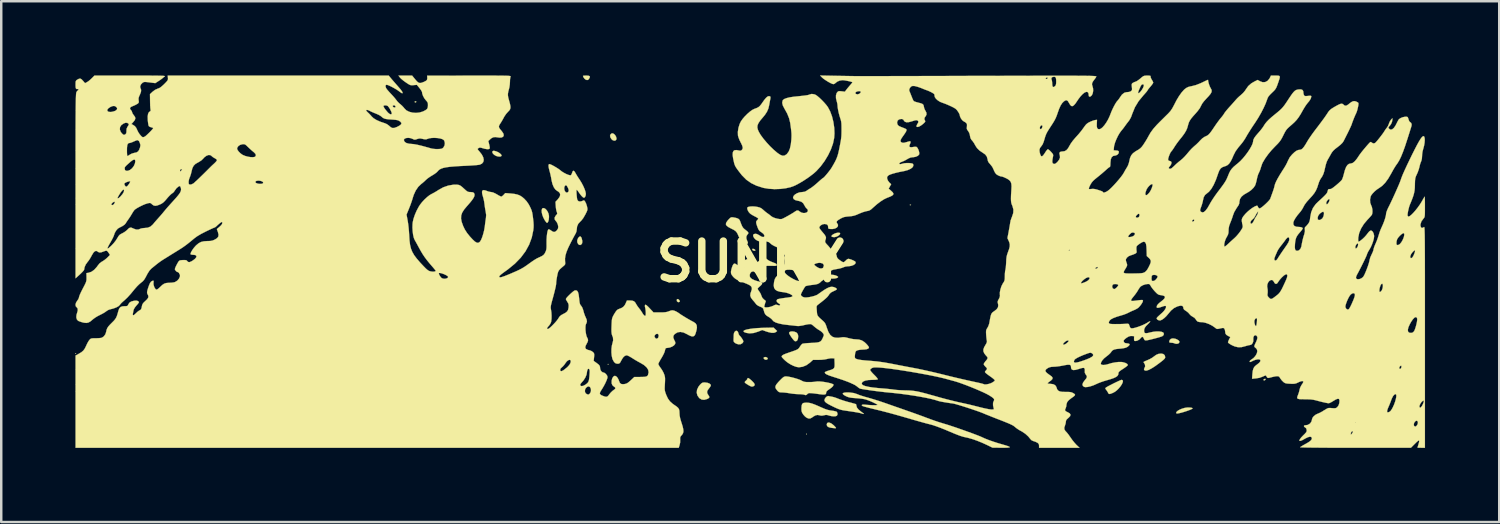
<source format=kicad_pcb>
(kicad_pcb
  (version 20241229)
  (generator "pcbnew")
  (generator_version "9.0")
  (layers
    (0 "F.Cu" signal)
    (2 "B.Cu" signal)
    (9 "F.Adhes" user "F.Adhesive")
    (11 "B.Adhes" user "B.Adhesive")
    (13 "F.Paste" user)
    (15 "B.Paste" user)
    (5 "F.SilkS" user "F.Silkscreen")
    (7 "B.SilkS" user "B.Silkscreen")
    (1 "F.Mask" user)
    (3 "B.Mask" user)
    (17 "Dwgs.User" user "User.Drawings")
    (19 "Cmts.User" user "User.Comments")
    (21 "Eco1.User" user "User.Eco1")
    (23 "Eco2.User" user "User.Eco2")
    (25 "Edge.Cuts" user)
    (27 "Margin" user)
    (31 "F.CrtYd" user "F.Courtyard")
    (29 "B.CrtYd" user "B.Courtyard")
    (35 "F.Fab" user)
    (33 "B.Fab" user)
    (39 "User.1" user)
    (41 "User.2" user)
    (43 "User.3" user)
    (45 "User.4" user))
  (footprint "SUNNY"
    (layer "F.Cu")
    (at 27.3 7.536)
    (property "Reference" "SUNNY" (at 0 0 0) (layer "F.SilkS") (effects (font (size 1.524 1.524) (thickness 0.3))))
    (attr through_hole)
    (fp_poly (pts (xy -27.278 3.702) (xy -27.275 3.73) (xy -27.278 3.733) (xy -27.292 3.73) (xy -27.293 3.718) (xy -27.285 3.699) (xy -27.278 3.702)) (stroke (width 0.01) (type solid)) (fill yes) (layer "F.SilkS"))
    (fp_poly (pts (xy -5.734 4.141) (xy -5.737 4.155) (xy -5.75 4.156) (xy -5.769 4.148) (xy -5.765 4.141) (xy -5.738 4.138) (xy -5.734 4.141)) (stroke (width 0.01) (type solid)) (fill yes) (layer "F.SilkS"))
    (fp_poly (pts (xy 2.278 6.958) (xy 2.281 6.985) (xy 2.278 6.989) (xy 2.265 6.986) (xy 2.263 6.973) (xy 2.271 6.954) (xy 2.278 6.958)) (stroke (width 0.01) (type solid)) (fill yes) (layer "F.SilkS"))
    (fp_poly (pts (xy 6.505 -2.3) (xy 6.498 -2.289) (xy 6.475 -2.288) (xy 6.45 -2.293) (xy 6.461 -2.302) (xy 6.497 -2.305) (xy 6.505 -2.3)) (stroke (width 0.01) (type solid)) (fill yes) (layer "F.SilkS"))
    (fp_poly (pts (xy -13.512 -6.476) (xy -13.508 -6.465) (xy -13.527 -6.445) (xy -13.543 -6.442) (xy -13.574 -6.455) (xy -13.577 -6.465) (xy -13.559 -6.486) (xy -13.543 -6.489) (xy -13.512 -6.476)) (stroke (width 0.01) (type solid)) (fill yes) (layer "F.SilkS"))
    (fp_poly (pts (xy -2.904 1.523) (xy -2.883 1.54) (xy -2.853 1.582) (xy -2.85 1.614) (xy -2.887 1.638) (xy -2.933 1.631) (xy -2.966 1.597) (xy -2.968 1.591) (xy -2.972 1.536) (xy -2.947 1.511) (xy -2.904 1.523)) (stroke (width 0.01) (type solid)) (fill yes) (layer "F.SilkS"))
    (fp_poly (pts (xy 0.173 -0.501) (xy 0.204 -0.473) (xy 0.208 -0.461) (xy 0.19 -0.442) (xy 0.151 -0.441) (xy 0.109 -0.458) (xy 0.094 -0.471) (xy 0.08 -0.506) (xy 0.091 -0.519) (xy 0.128 -0.52) (xy 0.173 -0.501)) (stroke (width 0.01) (type solid)) (fill yes) (layer "F.SilkS"))
    (fp_poly (pts (xy 20.844 4.742) (xy 20.845 4.743) (xy 20.845 4.769) (xy 20.84 4.778) (xy 20.812 4.799) (xy 20.777 4.801) (xy 20.759 4.783) (xy 20.759 4.782) (xy 20.777 4.759) (xy 20.814 4.741) (xy 20.844 4.742)) (stroke (width 0.01) (type solid)) (fill yes) (layer "F.SilkS"))
    (fp_poly (pts (xy 0.663 3.868) (xy 0.699 3.896) (xy 0.708 3.929) (xy 0.691 3.95) (xy 0.637 3.97) (xy 0.584 3.952) (xy 0.567 3.941) (xy 0.539 3.903) (xy 0.552 3.872) (xy 0.6 3.857) (xy 0.61 3.856) (xy 0.663 3.868)) (stroke (width 0.01) (type solid)) (fill yes) (layer "F.SilkS"))
    (fp_poly (pts (xy -6.833 -0.981) (xy -6.819 -0.947) (xy -6.793 -0.836) (xy -6.799 -0.751) (xy -6.825 -0.706) (xy -6.876 -0.673) (xy -6.926 -0.684) (xy -6.962 -0.716) (xy -6.998 -0.787) (xy -6.998 -0.872) (xy -6.964 -0.955) (xy -6.957 -0.965) (xy -6.908 -1.015) (xy -6.867 -1.021) (xy -6.833 -0.981)) (stroke (width 0.01) (type solid)) (fill yes) (layer "F.SilkS"))
    (fp_poly (pts (xy -6.539 -7.522) (xy -6.493 -7.502) (xy -6.487 -7.465) (xy -6.517 -7.406) (xy -6.524 -7.394) (xy -6.563 -7.354) (xy -6.608 -7.348) (xy -6.665 -7.37) (xy -6.707 -7.406) (xy -6.746 -7.46) (xy -6.765 -7.511) (xy -6.766 -7.517) (xy -6.745 -7.523) (xy -6.69 -7.526) (xy -6.627 -7.528) (xy -6.539 -7.522)) (stroke (width 0.01) (type solid)) (fill yes) (layer "F.SilkS"))
    (fp_poly (pts (xy -5.523 -5.175) (xy -5.467 -5.123) (xy -5.426 -5.053) (xy -5.41 -4.979) (xy -5.413 -4.951) (xy -5.443 -4.908) (xy -5.496 -4.894) (xy -5.557 -4.911) (xy -5.605 -4.947) (xy -5.655 -5.021) (xy -5.672 -5.092) (xy -5.652 -5.15) (xy -5.646 -5.157) (xy -5.607 -5.188) (xy -5.585 -5.195) (xy -5.523 -5.175)) (stroke (width 0.01) (type solid)) (fill yes) (layer "F.SilkS"))
    (fp_poly (pts (xy -10.276 -4.463) (xy -10.196 -4.428) (xy -10.126 -4.382) (xy -10.077 -4.335) (xy -10.058 -4.292) (xy -10.06 -4.281) (xy -10.092 -4.257) (xy -10.152 -4.251) (xy -10.226 -4.261) (xy -10.287 -4.281) (xy -10.358 -4.323) (xy -10.408 -4.372) (xy -10.433 -4.42) (xy -10.431 -4.46) (xy -10.398 -4.482) (xy -10.356 -4.483) (xy -10.276 -4.463)) (stroke (width 0.01) (type solid)) (fill yes) (layer "F.SilkS"))
    (fp_poly (pts (xy 3.211 6.513) (xy 3.287 6.549) (xy 3.371 6.614) (xy 3.405 6.648) (xy 3.449 6.695) (xy 3.47 6.723) (xy 3.461 6.736) (xy 3.418 6.736) (xy 3.336 6.728) (xy 3.288 6.722) (xy 3.184 6.7) (xy 3.122 6.663) (xy 3.095 6.609) (xy 3.094 6.59) (xy 3.109 6.533) (xy 3.15 6.507) (xy 3.211 6.513)) (stroke (width 0.01) (type solid)) (fill yes) (layer "F.SilkS"))
    (fp_poly (pts (xy 3.598 -1.173) (xy 3.633 -1.154) (xy 3.634 -1.122) (xy 3.606 -1.084) (xy 3.558 -1.047) (xy 3.496 -1.015) (xy 3.428 -0.996) (xy 3.392 -0.993) (xy 3.331 -0.999) (xy 3.292 -1.015) (xy 3.288 -1.02) (xy 3.291 -1.052) (xy 3.329 -1.089) (xy 3.389 -1.125) (xy 3.461 -1.155) (xy 3.534 -1.172) (xy 3.597 -1.173) (xy 3.598 -1.173)) (stroke (width 0.01) (type solid)) (fill yes) (layer "F.SilkS"))
    (fp_poly (pts (xy 1.785 2.832) (xy 1.854 2.858) (xy 1.895 2.888) (xy 1.932 2.957) (xy 1.94 3.026) (xy 1.929 3.125) (xy 1.897 3.191) (xy 1.849 3.22) (xy 1.805 3.215) (xy 1.774 3.19) (xy 1.727 3.136) (xy 1.675 3.067) (xy 1.626 2.994) (xy 1.588 2.93) (xy 1.571 2.887) (xy 1.57 2.882) (xy 1.59 2.846) (xy 1.64 2.825) (xy 1.709 2.821) (xy 1.785 2.832)) (stroke (width 0.01) (type solid)) (fill yes) (layer "F.SilkS"))
    (fp_poly (pts (xy 17.189 3.116) (xy 17.257 3.141) (xy 17.333 3.188) (xy 17.364 3.235) (xy 17.349 3.283) (xy 17.337 3.297) (xy 17.287 3.32) (xy 17.22 3.322) (xy 17.16 3.304) (xy 17.157 3.302) (xy 17.111 3.287) (xy 17.045 3.279) (xy 17.035 3.279) (xy 16.974 3.273) (xy 16.95 3.252) (xy 16.949 3.243) (xy 16.967 3.169) (xy 17.018 3.122) (xy 17.095 3.103) (xy 17.189 3.116)) (stroke (width 0.01) (type solid)) (fill yes) (layer "F.SilkS"))
    (fp_poly (pts (xy -8.288 -2.138) (xy -8.228 -2.074) (xy -8.204 -2.038) (xy -8.161 -1.948) (xy -8.143 -1.86) (xy -8.142 -1.801) (xy -8.15 -1.703) (xy -8.171 -1.626) (xy -8.2 -1.58) (xy -8.222 -1.57) (xy -8.246 -1.588) (xy -8.283 -1.635) (xy -8.314 -1.68) (xy -8.371 -1.787) (xy -8.412 -1.896) (xy -8.435 -1.998) (xy -8.438 -2.084) (xy -8.419 -2.144) (xy -8.401 -2.162) (xy -8.348 -2.169) (xy -8.288 -2.138)) (stroke (width 0.01) (type solid)) (fill yes) (layer "F.SilkS"))
    (fp_poly (pts (xy -0.075 4.709) (xy -0.02 4.745) (xy 0.055 4.809) (xy 0.134 4.889) (xy 0.175 4.949) (xy 0.179 4.994) (xy 0.149 5.028) (xy 0.14 5.033) (xy 0.094 5.052) (xy 0.05 5.051) (xy -0.007 5.029) (xy -0.076 4.991) (xy -0.16 4.939) (xy -0.208 4.902) (xy -0.223 4.874) (xy -0.21 4.846) (xy -0.179 4.818) (xy -0.136 4.776) (xy -0.116 4.743) (xy -0.115 4.74) (xy -0.106 4.708) (xy -0.075 4.709)) (stroke (width 0.01) (type solid)) (fill yes) (layer "F.SilkS"))
    (fp_poly (pts (xy 17.837 5.906) (xy 17.884 5.92) (xy 17.895 5.935) (xy 17.875 5.954) (xy 17.819 5.982) (xy 17.737 6.014) (xy 17.639 6.048) (xy 17.535 6.081) (xy 17.434 6.11) (xy 17.345 6.131) (xy 17.279 6.142) (xy 17.246 6.14) (xy 17.229 6.11) (xy 17.249 6.072) (xy 17.299 6.028) (xy 17.374 5.985) (xy 17.466 5.947) (xy 17.568 5.917) (xy 17.595 5.911) (xy 17.681 5.9) (xy 17.766 5.899) (xy 17.837 5.906)) (stroke (width 0.01) (type solid)) (fill yes) (layer "F.SilkS"))
    (fp_poly (pts (xy 1.016 2.736) (xy 1.088 2.805) (xy 1.036 2.848) (xy 0.964 2.877) (xy 0.859 2.877) (xy 0.72 2.846) (xy 0.628 2.816) (xy 0.483 2.764) (xy 0.328 2.827) (xy 0.142 2.885) (xy -0.03 2.9) (xy -0.16 2.88) (xy -0.238 2.852) (xy -0.272 2.823) (xy -0.265 2.796) (xy -0.22 2.769) (xy -0.14 2.744) (xy -0.027 2.722) (xy 0.117 2.702) (xy 0.288 2.687) (xy 0.484 2.677) (xy 0.627 2.673) (xy 0.943 2.667) (xy 1.016 2.736)) (stroke (width 0.01) (type solid)) (fill yes) (layer "F.SilkS"))
    (fp_poly (pts (xy -0.539 2.799) (xy -0.501 2.834) (xy -0.482 2.885) (xy -0.462 2.946) (xy -0.434 2.988) (xy -0.432 2.99) (xy -0.395 3.027) (xy -0.35 3.086) (xy -0.31 3.149) (xy -0.283 3.203) (xy -0.277 3.224) (xy -0.292 3.263) (xy -0.323 3.302) (xy -0.392 3.34) (xy -0.479 3.344) (xy -0.571 3.314) (xy -0.603 3.295) (xy -0.654 3.255) (xy -0.674 3.213) (xy -0.675 3.151) (xy -0.671 3.063) (xy -0.669 2.971) (xy -0.669 2.965) (xy -0.657 2.886) (xy -0.625 2.829) (xy -0.583 2.799) (xy -0.539 2.799)) (stroke (width 0.01) (type solid)) (fill yes) (layer "F.SilkS"))
    (fp_poly (pts (xy -1.825 4.887) (xy -1.729 4.9) (xy -1.652 4.929) (xy -1.604 4.97) (xy -1.593 5.002) (xy -1.608 5.041) (xy -1.644 5.096) (xy -1.662 5.118) (xy -1.724 5.201) (xy -1.747 5.271) (xy -1.732 5.338) (xy -1.698 5.392) (xy -1.659 5.454) (xy -1.657 5.497) (xy -1.696 5.532) (xy -1.745 5.556) (xy -1.863 5.588) (xy -1.964 5.578) (xy -2.053 5.525) (xy -2.067 5.511) (xy -2.137 5.412) (xy -2.165 5.3) (xy -2.152 5.182) (xy -2.097 5.063) (xy -2.032 4.979) (xy -1.977 4.924) (xy -1.933 4.896) (xy -1.881 4.887) (xy -1.825 4.887)) (stroke (width 0.01) (type solid)) (fill yes) (layer "F.SilkS"))
    (fp_poly (pts (xy 15.064 4.795) (xy 15.077 4.835) (xy 15.063 4.894) (xy 15.029 4.966) (xy 14.976 5.045) (xy 14.91 5.125) (xy 14.835 5.199) (xy 14.755 5.262) (xy 14.678 5.304) (xy 14.592 5.339) (xy 14.538 5.353) (xy 14.505 5.346) (xy 14.483 5.318) (xy 14.478 5.305) (xy 14.447 5.251) (xy 14.405 5.19) (xy 14.403 5.188) (xy 14.37 5.144) (xy 14.365 5.118) (xy 14.386 5.096) (xy 14.397 5.087) (xy 14.438 5.062) (xy 14.508 5.023) (xy 14.598 4.977) (xy 14.697 4.926) (xy 14.798 4.877) (xy 14.89 4.834) (xy 14.965 4.8) (xy 15.012 4.782) (xy 15.022 4.78) (xy 15.064 4.795)) (stroke (width 0.01) (type solid)) (fill yes) (layer "F.SilkS"))
    (fp_poly (pts (xy 16.71 3.735) (xy 16.766 3.783) (xy 16.787 3.859) (xy 16.787 3.863) (xy 16.781 3.894) (xy 16.758 3.929) (xy 16.713 3.973) (xy 16.64 4.033) (xy 16.562 4.093) (xy 16.388 4.22) (xy 16.243 4.313) (xy 16.127 4.375) (xy 16.038 4.405) (xy 15.974 4.405) (xy 15.937 4.381) (xy 15.928 4.343) (xy 15.946 4.308) (xy 15.977 4.231) (xy 15.964 4.152) (xy 15.945 4.12) (xy 15.918 4.08) (xy 15.91 4.06) (xy 15.93 4.045) (xy 15.982 4.02) (xy 16.057 3.989) (xy 16.068 3.984) (xy 16.164 3.941) (xy 16.256 3.889) (xy 16.319 3.844) (xy 16.419 3.771) (xy 16.512 3.731) (xy 16.615 3.718) (xy 16.623 3.718) (xy 16.71 3.735)) (stroke (width 0.01) (type solid)) (fill yes) (layer "F.SilkS"))
    (fp_poly (pts (xy -0.685 -1.792) (xy -0.571 -1.77) (xy -0.494 -1.743) (xy -0.446 -1.707) (xy -0.417 -1.658) (xy -0.416 -1.656) (xy -0.373 -1.54) (xy -0.339 -1.458) (xy -0.309 -1.4) (xy -0.276 -1.357) (xy -0.236 -1.32) (xy -0.19 -1.284) (xy -0.116 -1.225) (xy -0.08 -1.182) (xy -0.076 -1.146) (xy -0.103 -1.109) (xy -0.115 -1.097) (xy -0.152 -1.035) (xy -0.159 -0.954) (xy -0.135 -0.869) (xy -0.127 -0.854) (xy -0.097 -0.782) (xy -0.101 -0.735) (xy -0.135 -0.716) (xy -0.194 -0.727) (xy -0.272 -0.769) (xy -0.304 -0.792) (xy -0.367 -0.848) (xy -0.417 -0.918) (xy -0.464 -1.014) (xy -0.474 -1.037) (xy -0.515 -1.13) (xy -0.555 -1.196) (xy -0.603 -1.246) (xy -0.671 -1.29) (xy -0.769 -1.339) (xy -0.777 -1.343) (xy -0.889 -1.403) (xy -0.958 -1.458) (xy -0.986 -1.514) (xy -0.973 -1.577) (xy -0.922 -1.654) (xy -0.876 -1.706) (xy -0.821 -1.762) (xy -0.781 -1.79) (xy -0.741 -1.798) (xy -0.685 -1.792)) (stroke (width 0.01) (type solid)) (fill yes) (layer "F.SilkS"))
    (fp_poly (pts (xy 2.352 5.707) (xy 2.429 5.72) (xy 2.515 5.745) (xy 2.62 5.784) (xy 2.752 5.84) (xy 2.866 5.891) (xy 3.002 5.95) (xy 3.114 5.99) (xy 3.215 6.014) (xy 3.29 6.025) (xy 3.379 6.038) (xy 3.452 6.055) (xy 3.496 6.071) (xy 3.499 6.073) (xy 3.528 6.124) (xy 3.528 6.186) (xy 3.505 6.23) (xy 3.458 6.251) (xy 3.381 6.256) (xy 3.288 6.248) (xy 3.195 6.226) (xy 3.184 6.222) (xy 3.106 6.2) (xy 3.04 6.201) (xy 2.983 6.214) (xy 2.9 6.229) (xy 2.828 6.222) (xy 2.797 6.212) (xy 2.719 6.2) (xy 2.64 6.217) (xy 2.549 6.268) (xy 2.496 6.307) (xy 2.424 6.344) (xy 2.347 6.341) (xy 2.27 6.305) (xy 2.211 6.257) (xy 2.151 6.19) (xy 2.131 6.162) (xy 2.095 6.101) (xy 2.077 6.045) (xy 2.071 5.975) (xy 2.072 5.913) (xy 2.081 5.813) (xy 2.104 5.751) (xy 2.149 5.717) (xy 2.225 5.705) (xy 2.278 5.703) (xy 2.352 5.707)) (stroke (width 0.01) (type solid)) (fill yes) (layer "F.SilkS"))
    (fp_poly (pts (xy 3.158 5.435) (xy 3.205 5.445) (xy 3.275 5.457) (xy 3.302 5.462) (xy 3.377 5.479) (xy 3.473 5.51) (xy 3.563 5.546) (xy 3.653 5.58) (xy 3.77 5.619) (xy 3.897 5.658) (xy 3.988 5.683) (xy 4.094 5.71) (xy 4.183 5.735) (xy 4.247 5.753) (xy 4.275 5.763) (xy 4.291 5.793) (xy 4.295 5.829) (xy 4.317 5.903) (xy 4.383 5.984) (xy 4.491 6.072) (xy 4.511 6.086) (xy 4.573 6.131) (xy 4.595 6.157) (xy 4.575 6.161) (xy 4.514 6.144) (xy 4.479 6.132) (xy 4.429 6.119) (xy 4.342 6.101) (xy 4.23 6.082) (xy 4.101 6.062) (xy 4.017 6.05) (xy 3.874 6.029) (xy 3.765 6.012) (xy 3.679 5.994) (xy 3.604 5.972) (xy 3.529 5.943) (xy 3.443 5.905) (xy 3.371 5.871) (xy 3.232 5.802) (xy 3.13 5.746) (xy 3.061 5.699) (xy 3.021 5.658) (xy 3.004 5.618) (xy 3.002 5.599) (xy 3.018 5.545) (xy 3.056 5.491) (xy 3.105 5.449) (xy 3.15 5.434) (xy 3.158 5.435)) (stroke (width 0.01) (type solid)) (fill yes) (layer "F.SilkS"))
    (fp_poly (pts (xy 1.536 4.65) (xy 1.65 4.672) (xy 1.777 4.704) (xy 1.902 4.741) (xy 2.01 4.78) (xy 2.079 4.813) (xy 2.139 4.843) (xy 2.197 4.861) (xy 2.27 4.869) (xy 2.373 4.871) (xy 2.378 4.871) (xy 2.482 4.869) (xy 2.58 4.862) (xy 2.654 4.852) (xy 2.665 4.85) (xy 2.731 4.844) (xy 2.822 4.847) (xy 2.928 4.857) (xy 3.041 4.874) (xy 3.15 4.895) (xy 3.247 4.918) (xy 3.321 4.943) (xy 3.364 4.966) (xy 3.371 4.978) (xy 3.35 5.03) (xy 3.291 5.092) (xy 3.197 5.16) (xy 3.124 5.211) (xy 3.085 5.252) (xy 3.071 5.292) (xy 3.071 5.3) (xy 3.065 5.34) (xy 3.042 5.365) (xy 2.995 5.375) (xy 2.917 5.373) (xy 2.802 5.36) (xy 2.786 5.358) (xy 2.637 5.337) (xy 2.527 5.324) (xy 2.449 5.317) (xy 2.395 5.316) (xy 2.359 5.322) (xy 2.334 5.335) (xy 2.312 5.355) (xy 2.311 5.355) (xy 2.269 5.392) (xy 2.233 5.398) (xy 2.182 5.38) (xy 2.138 5.371) (xy 2.062 5.363) (xy 1.97 5.359) (xy 1.951 5.359) (xy 1.829 5.353) (xy 1.694 5.339) (xy 1.585 5.322) (xy 1.479 5.305) (xy 1.371 5.293) (xy 1.284 5.288) (xy 1.282 5.288) (xy 1.206 5.285) (xy 1.156 5.269) (xy 1.113 5.234) (xy 1.088 5.206) (xy 1.039 5.142) (xy 1.017 5.085) (xy 1.024 5.027) (xy 1.061 4.96) (xy 1.131 4.876) (xy 1.187 4.817) (xy 1.265 4.738) (xy 1.321 4.687) (xy 1.364 4.658) (xy 1.403 4.645) (xy 1.446 4.641) (xy 1.45 4.641) (xy 1.536 4.65)) (stroke (width 0.01) (type solid)) (fill yes) (layer "F.SilkS"))
    (fp_poly (pts (xy 4.008 5.292) (xy 4.037 5.294) (xy 4.194 5.315) (xy 4.326 5.358) (xy 4.341 5.365) (xy 4.415 5.395) (xy 4.52 5.43) (xy 4.64 5.467) (xy 4.745 5.496) (xy 4.856 5.527) (xy 4.999 5.57) (xy 5.159 5.62) (xy 5.326 5.675) (xy 5.484 5.729) (xy 5.663 5.792) (xy 5.866 5.863) (xy 6.074 5.935) (xy 6.27 6.004) (xy 6.396 6.048) (xy 6.553 6.103) (xy 6.715 6.161) (xy 6.869 6.217) (xy 7.004 6.266) (xy 7.1 6.303) (xy 7.288 6.373) (xy 7.46 6.434) (xy 7.632 6.491) (xy 7.823 6.55) (xy 7.932 6.582) (xy 8.031 6.613) (xy 8.157 6.655) (xy 8.305 6.704) (xy 8.466 6.76) (xy 8.633 6.819) (xy 8.8 6.879) (xy 8.958 6.936) (xy 9.1 6.989) (xy 9.22 7.035) (xy 9.311 7.071) (xy 9.361 7.094) (xy 9.487 7.151) (xy 9.647 7.215) (xy 9.83 7.279) (xy 10.025 7.342) (xy 10.149 7.378) (xy 10.304 7.423) (xy 10.414 7.458) (xy 10.479 7.484) (xy 10.5 7.503) (xy 10.476 7.515) (xy 10.409 7.523) (xy 10.297 7.526) (xy 10.171 7.526) (xy 9.802 7.524) (xy 9.581 7.416) (xy 9.375 7.322) (xy 9.168 7.239) (xy 8.971 7.171) (xy 8.796 7.122) (xy 8.709 7.104) (xy 8.621 7.084) (xy 8.512 7.051) (xy 8.379 7.002) (xy 8.214 6.936) (xy 8.039 6.862) (xy 7.859 6.786) (xy 7.685 6.717) (xy 7.527 6.659) (xy 7.395 6.614) (xy 7.314 6.591) (xy 7.21 6.564) (xy 7.104 6.537) (xy 6.991 6.506) (xy 6.863 6.47) (xy 6.714 6.428) (xy 6.54 6.378) (xy 6.333 6.318) (xy 6.096 6.249) (xy 5.907 6.196) (xy 5.695 6.137) (xy 5.475 6.079) (xy 5.266 6.025) (xy 5.083 5.981) (xy 5.083 5.981) (xy 4.936 5.945) (xy 4.802 5.912) (xy 4.689 5.882) (xy 4.604 5.859) (xy 4.554 5.843) (xy 4.545 5.84) (xy 4.512 5.813) (xy 4.52 5.791) (xy 4.562 5.78) (xy 4.632 5.783) (xy 4.638 5.783) (xy 4.731 5.793) (xy 4.836 5.8) (xy 4.941 5.805) (xy 5.035 5.806) (xy 5.107 5.804) (xy 5.145 5.798) (xy 5.147 5.797) (xy 5.138 5.783) (xy 5.095 5.755) (xy 5.026 5.719) (xy 4.94 5.678) (xy 4.844 5.637) (xy 4.748 5.6) (xy 4.676 5.575) (xy 4.606 5.558) (xy 4.504 5.542) (xy 4.385 5.529) (xy 4.283 5.521) (xy 4.155 5.512) (xy 4.061 5.501) (xy 3.988 5.485) (xy 3.923 5.463) (xy 3.873 5.441) (xy 3.787 5.392) (xy 3.746 5.352) (xy 3.748 5.321) (xy 3.793 5.3) (xy 3.88 5.29) (xy 4.008 5.292)) (stroke (width 0.01) (type solid)) (fill yes) (layer "F.SilkS"))
    (fp_poly (pts (xy 2.589 -6.772) (xy 2.649 -6.747) (xy 2.716 -6.701) (xy 2.802 -6.628) (xy 2.897 -6.537) (xy 2.991 -6.439) (xy 3.075 -6.342) (xy 3.139 -6.256) (xy 3.142 -6.251) (xy 3.234 -6.078) (xy 3.309 -5.874) (xy 3.364 -5.649) (xy 3.398 -5.416) (xy 3.407 -5.187) (xy 3.395 -5.006) (xy 3.348 -4.781) (xy 3.264 -4.544) (xy 3.149 -4.305) (xy 3.009 -4.073) (xy 2.849 -3.856) (xy 2.673 -3.664) (xy 2.553 -3.557) (xy 2.375 -3.422) (xy 2.176 -3.288) (xy 1.973 -3.167) (xy 1.81 -3.081) (xy 1.638 -3.016) (xy 1.436 -2.97) (xy 1.213 -2.943) (xy 0.983 -2.935) (xy 0.757 -2.949) (xy 0.546 -2.983) (xy 0.515 -2.991) (xy 0.256 -3.073) (xy 0.032 -3.182) (xy -0.162 -3.319) (xy -0.329 -3.487) (xy -0.362 -3.527) (xy -0.454 -3.645) (xy -0.521 -3.734) (xy -0.569 -3.803) (xy -0.602 -3.858) (xy -0.625 -3.909) (xy -0.643 -3.962) (xy -0.655 -4.007) (xy -0.693 -4.181) (xy -0.711 -4.316) (xy -0.706 -4.415) (xy -0.678 -4.479) (xy -0.626 -4.512) (xy -0.55 -4.515) (xy -0.491 -4.504) (xy -0.423 -4.49) (xy -0.381 -4.493) (xy -0.347 -4.514) (xy -0.344 -4.517) (xy -0.311 -4.561) (xy -0.304 -4.617) (xy -0.323 -4.692) (xy -0.37 -4.794) (xy -0.391 -4.833) (xy -0.437 -4.927) (xy -0.474 -5.023) (xy -0.496 -5.1) (xy -0.497 -5.107) (xy -0.501 -5.254) (xy -0.477 -5.415) (xy -0.428 -5.572) (xy -0.379 -5.673) (xy -0.311 -5.771) (xy -0.222 -5.875) (xy -0.12 -5.977) (xy -0.016 -6.068) (xy 0.081 -6.138) (xy 0.159 -6.178) (xy 0.261 -6.216) (xy 0.333 -6.253) (xy 0.39 -6.301) (xy 0.445 -6.369) (xy 0.48 -6.419) (xy 0.566 -6.541) (xy 0.636 -6.624) (xy 0.693 -6.675) (xy 0.741 -6.695) (xy 0.753 -6.696) (xy 0.799 -6.69) (xy 0.819 -6.663) (xy 0.816 -6.607) (xy 0.809 -6.568) (xy 0.794 -6.493) (xy 0.777 -6.398) (xy 0.766 -6.337) (xy 0.733 -6.194) (xy 0.677 -6.066) (xy 0.594 -5.938) (xy 0.508 -5.834) (xy 0.404 -5.711) (xy 0.335 -5.609) (xy 0.296 -5.52) (xy 0.287 -5.437) (xy 0.305 -5.35) (xy 0.347 -5.252) (xy 0.423 -5.124) (xy 0.53 -4.979) (xy 0.658 -4.826) (xy 0.799 -4.673) (xy 0.946 -4.531) (xy 1.09 -4.408) (xy 1.123 -4.383) (xy 1.227 -4.316) (xy 1.313 -4.286) (xy 1.389 -4.294) (xy 1.463 -4.34) (xy 1.485 -4.36) (xy 1.553 -4.451) (xy 1.605 -4.576) (xy 1.641 -4.739) (xy 1.663 -4.93) (xy 1.668 -5.023) (xy 1.67 -5.106) (xy 1.668 -5.19) (xy 1.66 -5.284) (xy 1.646 -5.4) (xy 1.626 -5.546) (xy 1.617 -5.614) (xy 1.572 -5.8) (xy 1.492 -5.998) (xy 1.382 -6.196) (xy 1.381 -6.198) (xy 1.318 -6.319) (xy 1.293 -6.425) (xy 1.308 -6.511) (xy 1.325 -6.541) (xy 1.378 -6.581) (xy 1.47 -6.617) (xy 1.595 -6.648) (xy 1.744 -6.671) (xy 1.778 -6.675) (xy 1.956 -6.693) (xy 2.093 -6.708) (xy 2.197 -6.72) (xy 2.271 -6.73) (xy 2.324 -6.739) (xy 2.359 -6.747) (xy 2.383 -6.756) (xy 2.394 -6.761) (xy 2.486 -6.786) (xy 2.589 -6.772)) (stroke (width 0.01) (type solid)) (fill yes) (layer "F.SilkS"))
    (fp_poly (pts (xy -24.788 -7.528) (xy -24.537 -7.527) (xy -24.325 -7.527) (xy -24.15 -7.526) (xy -24.009 -7.525) (xy -23.897 -7.523) (xy -23.813 -7.521) (xy -23.752 -7.518) (xy -23.712 -7.514) (xy -23.689 -7.509) (xy -23.68 -7.503) (xy -23.682 -7.496) (xy -23.692 -7.488) (xy -23.745 -7.449) (xy -23.78 -7.418) (xy -23.816 -7.39) (xy -23.876 -7.347) (xy -23.94 -7.305) (xy -24.068 -7.223) (xy -24.296 -7.252) (xy -24.401 -7.265) (xy -24.472 -7.271) (xy -24.518 -7.269) (xy -24.551 -7.258) (xy -24.581 -7.239) (xy -24.587 -7.235) (xy -24.648 -7.171) (xy -24.679 -7.099) (xy -24.673 -7.032) (xy -24.666 -7.019) (xy -24.641 -6.95) (xy -24.648 -6.867) (xy -24.688 -6.763) (xy -24.697 -6.744) (xy -24.733 -6.662) (xy -24.746 -6.595) (xy -24.741 -6.526) (xy -24.734 -6.462) (xy -24.745 -6.424) (xy -24.78 -6.393) (xy -24.807 -6.376) (xy -24.885 -6.334) (xy -24.968 -6.298) (xy -24.975 -6.296) (xy -25.056 -6.258) (xy -25.092 -6.215) (xy -25.082 -6.168) (xy -25.059 -6.142) (xy -25.022 -6.093) (xy -25.007 -6.05) (xy -24.993 -6.006) (xy -24.956 -5.948) (xy -24.938 -5.926) (xy -24.887 -5.854) (xy -24.874 -5.791) (xy -24.9 -5.724) (xy -24.951 -5.659) (xy -25.033 -5.568) (xy -24.968 -5.534) (xy -24.894 -5.483) (xy -24.839 -5.414) (xy -24.792 -5.311) (xy -24.792 -5.311) (xy -24.758 -5.242) (xy -24.71 -5.168) (xy -24.656 -5.101) (xy -24.606 -5.053) (xy -24.569 -5.034) (xy -24.568 -5.034) (xy -24.529 -5.044) (xy -24.492 -5.06) (xy -24.455 -5.087) (xy -24.4 -5.136) (xy -24.335 -5.198) (xy -24.269 -5.264) (xy -24.211 -5.326) (xy -24.17 -5.375) (xy -24.153 -5.402) (xy -24.153 -5.402) (xy -24.173 -5.419) (xy -24.223 -5.434) (xy -24.234 -5.436) (xy -24.294 -5.457) (xy -24.333 -5.487) (xy -24.335 -5.491) (xy -24.346 -5.531) (xy -24.358 -5.604) (xy -24.369 -5.696) (xy -24.372 -5.73) (xy -24.376 -5.875) (xy -24.36 -5.981) (xy -24.325 -6.05) (xy -24.279 -6.082) (xy -24.253 -6.109) (xy -24.255 -6.121) (xy -15.54 -6.121) (xy -15.524 -6.095) (xy -15.484 -6.052) (xy -15.465 -6.035) (xy -15.404 -5.975) (xy -15.337 -5.903) (xy -15.313 -5.873) (xy -15.234 -5.801) (xy -15.118 -5.73) (xy -14.97 -5.664) (xy -14.801 -5.607) (xy -14.783 -5.602) (xy -14.697 -5.563) (xy -14.613 -5.502) (xy -14.599 -5.489) (xy -14.533 -5.433) (xy -14.468 -5.408) (xy -14.395 -5.412) (xy -14.302 -5.446) (xy -14.246 -5.473) (xy -14.159 -5.524) (xy -14.116 -5.57) (xy -14.115 -5.615) (xy -14.155 -5.663) (xy -14.183 -5.684) (xy -14.224 -5.708) (xy -14.272 -5.725) (xy -14.339 -5.737) (xy -14.435 -5.746) (xy -14.512 -5.751) (xy -14.643 -5.76) (xy -14.738 -5.773) (xy -14.808 -5.792) (xy -14.863 -5.822) (xy -14.914 -5.864) (xy -14.923 -5.873) (xy -14.97 -5.907) (xy -15.046 -5.948) (xy -15.135 -5.987) (xy -15.148 -5.992) (xy -15.241 -6.03) (xy -15.326 -6.067) (xy -15.385 -6.097) (xy -15.39 -6.1) (xy -15.454 -6.13) (xy -15.507 -6.142) (xy -15.537 -6.132) (xy -15.54 -6.121) (xy -24.255 -6.121) (xy -24.258 -6.137) (xy -24.264 -6.174) (xy -24.271 -6.248) (xy -24.273 -6.303) (xy -14.837 -6.303) (xy -14.832 -6.27) (xy -14.8 -6.211) (xy -14.744 -6.136) (xy -14.67 -6.049) (xy -14.655 -6.032) (xy -14.595 -5.981) (xy -14.544 -5.959) (xy -14.511 -5.969) (xy -14.501 -6.001) (xy -14.513 -6.049) (xy -14.544 -6.118) (xy -14.585 -6.193) (xy -14.628 -6.259) (xy -14.652 -6.287) (xy -14.465 -6.287) (xy -14.452 -6.266) (xy -14.408 -6.237) (xy -14.364 -6.242) (xy -14.356 -6.248) (xy -14.35 -6.28) (xy -14.372 -6.313) (xy -14.407 -6.327) (xy -14.456 -6.316) (xy -14.465 -6.287) (xy -14.652 -6.287) (xy -14.662 -6.297) (xy -14.711 -6.319) (xy -14.771 -6.325) (xy -14.821 -6.316) (xy -14.837 -6.303) (xy -24.273 -6.303) (xy -24.276 -6.347) (xy -24.279 -6.462) (xy -24.279 -6.477) (xy -24.283 -6.777) (xy -24.181 -6.873) (xy -24.079 -6.95) (xy -23.976 -6.997) (xy -23.971 -6.999) (xy -23.904 -7.024) (xy -23.835 -7.069) (xy -23.755 -7.139) (xy -23.706 -7.185) (xy -23.633 -7.26) (xy -23.587 -7.312) (xy -23.563 -7.351) (xy -23.555 -7.388) (xy -23.556 -7.432) (xy -23.557 -7.435) (xy -23.565 -7.528) (xy -14.625 -7.528) (xy -14.511 -7.391) (xy -14.444 -7.313) (xy -14.36 -7.216) (xy -14.272 -7.116) (xy -14.23 -7.068) (xy -14.139 -6.961) (xy -14.083 -6.883) (xy -14.061 -6.833) (xy -14.075 -6.812) (xy -14.082 -6.812) (xy -14.109 -6.825) (xy -14.16 -6.859) (xy -14.207 -6.894) (xy -14.28 -6.946) (xy -14.371 -7.001) (xy -14.47 -7.056) (xy -14.565 -7.104) (xy -14.646 -7.14) (xy -14.702 -7.157) (xy -14.711 -7.158) (xy -14.746 -7.141) (xy -14.754 -7.097) (xy -14.737 -7.036) (xy -14.705 -6.982) (xy -14.666 -6.935) (xy -14.606 -6.867) (xy -14.535 -6.79) (xy -14.512 -6.766) (xy -14.439 -6.687) (xy -14.372 -6.609) (xy -14.323 -6.546) (xy -14.313 -6.532) (xy -14.262 -6.468) (xy -14.192 -6.4) (xy -14.155 -6.37) (xy -14.083 -6.306) (xy -14.015 -6.233) (xy -13.991 -6.201) (xy -13.912 -6.123) (xy -13.801 -6.066) (xy -13.669 -6.031) (xy -13.526 -6.019) (xy -13.381 -6.034) (xy -13.246 -6.074) (xy -13.226 -6.083) (xy -13.137 -6.129) (xy -13.082 -6.17) (xy -13.053 -6.215) (xy -13.041 -6.277) (xy -13.038 -6.325) (xy -13.04 -6.398) (xy -13.056 -6.449) (xy -13.094 -6.5) (xy -13.12 -6.528) (xy -13.184 -6.61) (xy -13.237 -6.708) (xy -13.27 -6.804) (xy -13.277 -6.858) (xy -13.291 -6.895) (xy -13.328 -6.955) (xy -13.38 -7.023) (xy -13.382 -7.026) (xy -13.487 -7.154) (xy -13.619 -7.142) (xy -13.682 -7.137) (xy -13.73 -7.14) (xy -13.776 -7.155) (xy -13.833 -7.187) (xy -13.912 -7.239) (xy -13.934 -7.254) (xy -14.022 -7.317) (xy -14.101 -7.381) (xy -14.158 -7.435) (xy -14.173 -7.453) (xy -14.23 -7.528) (xy -13.678 -7.528) (xy -13.556 -7.378) (xy -13.482 -7.293) (xy -13.421 -7.244) (xy -13.36 -7.227) (xy -13.288 -7.24) (xy -13.2 -7.274) (xy -13.123 -7.313) (xy -13.081 -7.349) (xy -13.066 -7.395) (xy -13.066 -7.45) (xy -13.071 -7.525) (xy -11.372 -7.527) (xy -11.051 -7.527) (xy -10.774 -7.527) (xy -10.537 -7.527) (xy -10.336 -7.527) (xy -10.17 -7.526) (xy -10.035 -7.525) (xy -9.927 -7.523) (xy -9.844 -7.521) (xy -9.783 -7.518) (xy -9.74 -7.514) (xy -9.713 -7.509) (xy -9.698 -7.504) (xy -9.693 -7.497) (xy -9.694 -7.489) (xy -9.697 -7.483) (xy -9.709 -7.438) (xy -9.718 -7.363) (xy -9.721 -7.28) (xy -9.727 -7.174) (xy -9.742 -7.064) (xy -9.758 -6.996) (xy -9.788 -6.882) (xy -9.803 -6.794) (xy -9.802 -6.715) (xy -9.786 -6.625) (xy -9.758 -6.523) (xy -9.722 -6.391) (xy -9.703 -6.294) (xy -9.701 -6.221) (xy -9.717 -6.163) (xy -9.753 -6.11) (xy -9.8 -6.063) (xy -9.869 -5.986) (xy -9.935 -5.892) (xy -9.964 -5.842) (xy -10.015 -5.747) (xy -10.075 -5.645) (xy -10.107 -5.596) (xy -10.15 -5.528) (xy -10.168 -5.474) (xy -10.16 -5.424) (xy -10.123 -5.365) (xy -10.056 -5.286) (xy -10.053 -5.282) (xy -9.991 -5.193) (xy -9.971 -5.118) (xy -9.992 -5.061) (xy -10.049 -5.026) (xy -10.142 -5.019) (xy -10.206 -5.027) (xy -10.315 -5.042) (xy -10.399 -5.031) (xy -10.472 -4.993) (xy -10.518 -4.954) (xy -10.596 -4.88) (xy -10.562 -4.747) (xy -10.545 -4.669) (xy -10.537 -4.608) (xy -10.539 -4.581) (xy -10.572 -4.556) (xy -10.641 -4.551) (xy -10.738 -4.567) (xy -10.797 -4.583) (xy -10.878 -4.607) (xy -10.928 -4.615) (xy -10.963 -4.61) (xy -10.996 -4.592) (xy -11.002 -4.587) (xy -11.024 -4.567) (xy -11.025 -4.545) (xy -11.002 -4.511) (xy -10.952 -4.454) (xy -10.858 -4.334) (xy -10.801 -4.221) (xy -10.781 -4.12) (xy -10.799 -4.034) (xy -10.854 -3.967) (xy -10.94 -3.925) (xy -10.989 -3.917) (xy -11.075 -3.907) (xy -11.191 -3.898) (xy -11.328 -3.889) (xy -11.478 -3.881) (xy -11.522 -3.879) (xy -11.773 -3.867) (xy -11.982 -3.853) (xy -12.154 -3.838) (xy -12.292 -3.819) (xy -12.403 -3.797) (xy -12.489 -3.769) (xy -12.557 -3.736) (xy -12.609 -3.696) (xy -12.649 -3.651) (xy -12.693 -3.607) (xy -12.764 -3.554) (xy -12.849 -3.5) (xy -12.867 -3.49) (xy -12.958 -3.434) (xy -13.045 -3.373) (xy -13.11 -3.318) (xy -13.116 -3.312) (xy -13.181 -3.25) (xy -13.262 -3.18) (xy -13.314 -3.14) (xy -13.431 -3.027) (xy -13.533 -2.877) (xy -13.614 -2.7) (xy -13.649 -2.59) (xy -13.678 -2.494) (xy -13.719 -2.373) (xy -13.766 -2.245) (xy -13.8 -2.16) (xy -13.904 -1.905) (xy -13.857 -1.651) (xy -13.838 -1.526) (xy -13.82 -1.374) (xy -13.806 -1.215) (xy -13.797 -1.069) (xy -13.784 -0.86) (xy -13.762 -0.684) (xy -13.726 -0.533) (xy -13.672 -0.397) (xy -13.596 -0.265) (xy -13.493 -0.127) (xy -13.361 0.026) (xy -13.311 0.08) (xy -13.21 0.187) (xy -13.134 0.265) (xy -13.075 0.319) (xy -13.028 0.354) (xy -12.987 0.376) (xy -12.944 0.39) (xy -12.943 0.39) (xy -12.866 0.403) (xy -12.795 0.403) (xy -12.743 0.392) (xy -12.723 0.372) (xy -12.737 0.348) (xy -12.775 0.3) (xy -12.83 0.234) (xy -12.856 0.204) (xy -12.985 0.054) (xy -13.089 -0.075) (xy -13.176 -0.192) (xy -13.254 -0.309) (xy -13.331 -0.438) (xy -13.414 -0.589) (xy -13.42 -0.6) (xy -13.472 -0.697) (xy -13.522 -0.787) (xy -13.562 -0.858) (xy -13.574 -0.878) (xy -13.61 -0.965) (xy -13.638 -1.086) (xy -13.656 -1.227) (xy -13.665 -1.377) (xy -13.661 -1.523) (xy -13.654 -1.592) (xy -13.623 -1.732) (xy -13.569 -1.893) (xy -13.497 -2.06) (xy -13.413 -2.218) (xy -13.361 -2.3) (xy -13.279 -2.406) (xy -13.179 -2.514) (xy -13.072 -2.613) (xy -12.97 -2.693) (xy -12.886 -2.741) (xy -12.805 -2.783) (xy -12.706 -2.84) (xy -12.609 -2.902) (xy -12.597 -2.909) (xy -12.419 -3.008) (xy -12.218 -3.078) (xy -12.011 -3.114) (xy -11.927 -3.117) (xy -11.845 -3.114) (xy -11.779 -3.101) (xy -11.719 -3.072) (xy -11.652 -3.02) (xy -11.565 -2.941) (xy -11.564 -2.941) (xy -11.495 -2.878) (xy -11.445 -2.841) (xy -11.4 -2.823) (xy -11.347 -2.817) (xy -11.321 -2.817) (xy -11.231 -2.809) (xy -11.178 -2.783) (xy -11.155 -2.732) (xy -11.153 -2.695) (xy -11.163 -2.643) (xy -11.194 -2.579) (xy -11.249 -2.497) (xy -11.332 -2.393) (xy -11.445 -2.263) (xy -11.464 -2.242) (xy -11.577 -2.106) (xy -11.653 -1.984) (xy -11.693 -1.867) (xy -11.699 -1.746) (xy -11.674 -1.612) (xy -11.617 -1.453) (xy -11.611 -1.438) (xy -11.543 -1.297) (xy -11.455 -1.16) (xy -11.34 -1.018) (xy -11.226 -0.895) (xy -11.136 -0.812) (xy -11.063 -0.769) (xy -11.002 -0.763) (xy -10.949 -0.795) (xy -10.925 -0.821) (xy -10.883 -0.893) (xy -10.84 -1) (xy -10.8 -1.129) (xy -10.765 -1.268) (xy -10.741 -1.407) (xy -10.736 -1.445) (xy -10.723 -1.556) (xy -10.708 -1.665) (xy -10.695 -1.753) (xy -10.692 -1.769) (xy -10.683 -1.889) (xy -10.701 -2.017) (xy -10.702 -2.023) (xy -10.721 -2.122) (xy -10.739 -2.238) (xy -10.749 -2.321) (xy -10.764 -2.429) (xy -10.788 -2.542) (xy -10.808 -2.615) (xy -10.843 -2.74) (xy -10.851 -2.827) (xy -10.832 -2.879) (xy -10.784 -2.897) (xy -10.708 -2.881) (xy -10.669 -2.866) (xy -10.588 -2.837) (xy -10.51 -2.82) (xy -10.479 -2.817) (xy -10.405 -2.801) (xy -10.306 -2.756) (xy -10.252 -2.725) (xy -10.176 -2.68) (xy -10.113 -2.648) (xy -10.075 -2.633) (xy -10.072 -2.632) (xy -10.039 -2.648) (xy -9.992 -2.688) (xy -9.977 -2.704) (xy -9.911 -2.775) (xy -9.707 -2.76) (xy -9.548 -2.743) (xy -9.423 -2.717) (xy -9.32 -2.677) (xy -9.227 -2.618) (xy -9.146 -2.55) (xy -9.046 -2.443) (xy -8.962 -2.321) (xy -8.916 -2.234) (xy -8.874 -2.147) (xy -8.844 -2.071) (xy -8.822 -1.993) (xy -8.805 -1.899) (xy -8.789 -1.776) (xy -8.786 -1.753) (xy -8.77 -1.604) (xy -8.763 -1.486) (xy -8.765 -1.384) (xy -8.775 -1.283) (xy -8.775 -1.279) (xy -8.838 -0.977) (xy -8.944 -0.69) (xy -9.092 -0.419) (xy -9.284 -0.162) (xy -9.52 0.08) (xy -9.799 0.309) (xy -9.844 0.341) (xy -9.966 0.429) (xy -10.054 0.495) (xy -10.112 0.544) (xy -10.144 0.578) (xy -10.154 0.603) (xy -10.147 0.622) (xy -10.144 0.626) (xy -10.122 0.634) (xy -10.081 0.629) (xy -10.017 0.611) (xy -9.924 0.578) (xy -9.799 0.528) (xy -9.636 0.46) (xy -9.629 0.456) (xy -9.471 0.388) (xy -9.345 0.329) (xy -9.24 0.274) (xy -9.143 0.216) (xy -9.044 0.149) (xy -8.936 0.071) (xy -8.838 0.000457) (xy -8.742 -0.064) (xy -8.66 -0.114) (xy -8.613 -0.14) (xy -8.503 -0.191) (xy -8.426 -0.229) (xy -8.375 -0.263) (xy -8.34 -0.297) (xy -8.313 -0.338) (xy -8.292 -0.378) (xy -8.267 -0.433) (xy -8.251 -0.486) (xy -8.242 -0.549) (xy -8.239 -0.634) (xy -8.24 -0.744) (xy -8.239 -0.894) (xy -8.23 -1.031) (xy -8.216 -1.148) (xy -8.198 -1.239) (xy -8.175 -1.295) (xy -8.16 -1.309) (xy -8.124 -1.303) (xy -8.073 -1.273) (xy -8.057 -1.261) (xy -7.998 -1.222) (xy -7.943 -1.202) (xy -7.934 -1.201) (xy -7.876 -1.221) (xy -7.819 -1.271) (xy -7.778 -1.339) (xy -7.772 -1.355) (xy -7.768 -1.429) (xy -7.788 -1.517) (xy -7.826 -1.598) (xy -7.864 -1.645) (xy -7.911 -1.71) (xy -7.913 -1.784) (xy -7.872 -1.86) (xy -7.858 -1.875) (xy -7.818 -1.921) (xy -7.808 -1.956) (xy -7.822 -2.003) (xy -7.827 -2.015) (xy -7.845 -2.077) (xy -7.86 -2.165) (xy -7.868 -2.256) (xy -7.878 -2.422) (xy -7.783 -2.524) (xy -7.713 -2.619) (xy -7.687 -2.704) (xy -7.705 -2.778) (xy -7.767 -2.839) (xy -7.809 -2.862) (xy -7.882 -2.92) (xy -7.909 -2.957) (xy -7.526 -2.957) (xy -7.513 -2.888) (xy -7.492 -2.845) (xy -7.455 -2.804) (xy -7.416 -2.797) (xy -7.379 -2.808) (xy -7.352 -2.84) (xy -7.343 -2.883) (xy -7.353 -2.936) (xy -7.379 -2.998) (xy -7.411 -3.054) (xy -7.441 -3.089) (xy -7.453 -3.094) (xy -7.494 -3.074) (xy -7.519 -3.024) (xy -7.526 -2.957) (xy -7.909 -2.957) (xy -7.948 -3.014) (xy -8 -3.138) (xy -8.035 -3.282) (xy -8.04 -3.309) (xy -8.058 -3.415) (xy -8.085 -3.54) (xy -8.115 -3.658) (xy -8.119 -3.669) (xy -8.151 -3.798) (xy -8.161 -3.888) (xy -8.149 -3.938) (xy -8.126 -3.949) (xy -8.082 -3.936) (xy -8.012 -3.904) (xy -7.927 -3.858) (xy -7.838 -3.805) (xy -7.755 -3.752) (xy -7.691 -3.704) (xy -7.678 -3.693) (xy -7.612 -3.642) (xy -7.528 -3.591) (xy -7.439 -3.545) (xy -7.356 -3.512) (xy -7.29 -3.494) (xy -7.26 -3.496) (xy -7.236 -3.524) (xy -7.211 -3.579) (xy -7.205 -3.6) (xy -7.18 -3.662) (xy -7.148 -3.679) (xy -7.11 -3.651) (xy -7.065 -3.578) (xy -7.065 -3.577) (xy -7.031 -3.517) (xy -6.98 -3.434) (xy -6.92 -3.343) (xy -6.896 -3.308) (xy -6.822 -3.188) (xy -6.755 -3.06) (xy -6.701 -2.937) (xy -6.665 -2.828) (xy -6.65 -2.745) (xy -6.65 -2.74) (xy -6.661 -2.668) (xy -6.687 -2.612) (xy -6.723 -2.586) (xy -6.727 -2.586) (xy -6.767 -2.605) (xy -6.822 -2.657) (xy -6.886 -2.735) (xy -6.939 -2.811) (xy -6.979 -2.867) (xy -7.01 -2.903) (xy -7.021 -2.909) (xy -7.028 -2.889) (xy -7.03 -2.834) (xy -7.027 -2.759) (xy -7.021 -2.674) (xy -7.012 -2.593) (xy -7.002 -2.528) (xy -6.994 -2.5) (xy -6.954 -2.451) (xy -6.89 -2.433) (xy -6.811 -2.449) (xy -6.791 -2.458) (xy -6.743 -2.48) (xy -6.715 -2.477) (xy -6.687 -2.442) (xy -6.674 -2.42) (xy -6.641 -2.352) (xy -6.612 -2.265) (xy -6.601 -2.223) (xy -6.589 -2.165) (xy -6.586 -2.12) (xy -6.594 -2.075) (xy -6.617 -2.018) (xy -6.657 -1.937) (xy -6.675 -1.902) (xy -6.76 -1.756) (xy -6.843 -1.652) (xy -6.875 -1.623) (xy -6.958 -1.532) (xy -7.005 -1.424) (xy -7.02 -1.293) (xy -7.032 -1.215) (xy -7.062 -1.142) (xy -7.088 -1.097) (xy -7.13 -1.02) (xy -7.183 -0.921) (xy -7.242 -0.809) (xy -7.266 -0.761) (xy -7.362 -0.566) (xy -7.431 -0.4) (xy -7.474 -0.257) (xy -7.493 -0.132) (xy -7.491 -0.017) (xy -7.49 -0.014) (xy -7.484 0.06) (xy -7.489 0.106) (xy -7.511 0.139) (xy -7.54 0.165) (xy -7.633 0.244) (xy -7.699 0.304) (xy -7.743 0.357) (xy -7.772 0.414) (xy -7.793 0.487) (xy -7.813 0.587) (xy -7.826 0.659) (xy -7.84 0.75) (xy -7.849 0.835) (xy -7.851 0.879) (xy -7.856 0.932) (xy -7.87 1.012) (xy -7.896 1.124) (xy -7.932 1.27) (xy -7.981 1.454) (xy -8.025 1.613) (xy -8.053 1.721) (xy -8.068 1.798) (xy -8.072 1.858) (xy -8.066 1.916) (xy -8.06 1.943) (xy -8.044 2.055) (xy -8.037 2.183) (xy -8.039 2.309) (xy -8.051 2.415) (xy -8.059 2.449) (xy -8.091 2.52) (xy -8.142 2.589) (xy -8.151 2.598) (xy -8.201 2.655) (xy -8.219 2.699) (xy -8.203 2.722) (xy -8.186 2.725) (xy -8.151 2.708) (xy -8.095 2.664) (xy -8.025 2.599) (xy -7.95 2.523) (xy -7.876 2.443) (xy -7.813 2.367) (xy -7.767 2.303) (xy -7.759 2.288) (xy -7.711 2.216) (xy -7.65 2.163) (xy -7.574 2.121) (xy -7.471 2.066) (xy -7.406 2.011) (xy -7.368 1.945) (xy -7.35 1.859) (xy -7.348 1.838) (xy -7.345 1.756) (xy -7.358 1.696) (xy -7.392 1.635) (xy -7.398 1.625) (xy -7.434 1.567) (xy -7.456 1.522) (xy -7.458 1.51) (xy -7.442 1.479) (xy -7.399 1.427) (xy -7.338 1.364) (xy -7.268 1.297) (xy -7.199 1.235) (xy -7.14 1.188) (xy -7.099 1.164) (xy -7.095 1.163) (xy -7.039 1.16) (xy -6.996 1.185) (xy -6.963 1.244) (xy -6.94 1.341) (xy -6.923 1.478) (xy -6.923 1.482) (xy -6.911 1.593) (xy -6.9 1.669) (xy -6.884 1.721) (xy -6.863 1.758) (xy -6.842 1.782) (xy -6.796 1.853) (xy -6.758 1.955) (xy -6.75 1.987) (xy -6.722 2.087) (xy -6.685 2.189) (xy -6.661 2.242) (xy -6.618 2.344) (xy -6.607 2.423) (xy -6.626 2.49) (xy -6.64 2.512) (xy -6.659 2.566) (xy -6.666 2.652) (xy -6.665 2.756) (xy -6.654 2.864) (xy -6.636 2.964) (xy -6.612 3.042) (xy -6.601 3.062) (xy -6.568 3.13) (xy -6.562 3.19) (xy -6.584 3.257) (xy -6.617 3.318) (xy -6.663 3.411) (xy -6.673 3.48) (xy -6.645 3.53) (xy -6.576 3.566) (xy -6.481 3.591) (xy -6.418 3.617) (xy -6.359 3.66) (xy -6.328 3.695) (xy -6.313 3.731) (xy -6.311 3.783) (xy -6.318 3.865) (xy -6.333 4.014) (xy -6.217 4.097) (xy -6.141 4.155) (xy -6.098 4.203) (xy -6.078 4.254) (xy -6.073 4.32) (xy -6.057 4.384) (xy -6.018 4.441) (xy -5.969 4.476) (xy -5.948 4.48) (xy -5.893 4.499) (xy -5.836 4.546) (xy -5.791 4.607) (xy -5.773 4.666) (xy -5.773 4.667) (xy -5.785 4.727) (xy -5.818 4.815) (xy -5.866 4.921) (xy -5.926 5.034) (xy -5.991 5.144) (xy -6.02 5.188) (xy -6.07 5.271) (xy -6.086 5.33) (xy -6.066 5.373) (xy -6.011 5.408) (xy -5.991 5.417) (xy -5.896 5.453) (xy -5.83 5.467) (xy -5.782 5.455) (xy -5.739 5.417) (xy -5.705 5.37) (xy -5.644 5.296) (xy -5.573 5.228) (xy -5.54 5.203) (xy -5.476 5.155) (xy -5.454 5.117) (xy -5.472 5.082) (xy -5.519 5.049) (xy -5.578 4.995) (xy -5.607 4.92) (xy -5.606 4.814) (xy -5.604 4.8) (xy -5.58 4.713) (xy -5.538 4.649) (xy -5.485 4.619) (xy -5.473 4.618) (xy -5.421 4.639) (xy -5.368 4.696) (xy -5.324 4.778) (xy -5.309 4.822) (xy -5.275 4.902) (xy -5.227 4.945) (xy -5.153 4.957) (xy -5.087 4.951) (xy -5.024 4.937) (xy -4.967 4.909) (xy -4.902 4.86) (xy -4.834 4.8) (xy -4.689 4.664) (xy -4.474 4.664) (xy -4.349 4.662) (xy -4.261 4.657) (xy -4.203 4.644) (xy -4.166 4.624) (xy -4.142 4.593) (xy -4.136 4.581) (xy -4.111 4.475) (xy -4.13 4.371) (xy -4.195 4.272) (xy -4.303 4.177) (xy -4.45 4.09) (xy -4.539 4.042) (xy -4.646 3.98) (xy -4.751 3.915) (xy -4.77 3.902) (xy -4.855 3.851) (xy -4.93 3.811) (xy -4.985 3.789) (xy -5 3.787) (xy -5.075 3.81) (xy -5.147 3.879) (xy -5.215 3.993) (xy -5.217 3.997) (xy -5.254 4.068) (xy -5.285 4.107) (xy -5.322 4.124) (xy -5.354 4.129) (xy -5.437 4.117) (xy -5.505 4.063) (xy -5.561 3.966) (xy -5.579 3.917) (xy -5.604 3.803) (xy -5.616 3.666) (xy -5.614 3.525) (xy -5.598 3.396) (xy -5.58 3.325) (xy -5.546 3.187) (xy -5.553 3.067) (xy -5.579 2.997) (xy -5.58 2.993) (xy -3.872 2.993) (xy -3.871 3.034) (xy -3.861 3.059) (xy -3.821 3.107) (xy -3.773 3.115) (xy -3.731 3.083) (xy -3.716 3.056) (xy -3.704 2.985) (xy -3.722 2.936) (xy -3.76 2.915) (xy -3.812 2.929) (xy -3.839 2.951) (xy -3.872 2.993) (xy -5.58 2.993) (xy -5.596 2.955) (xy -5.607 2.902) (xy -5.614 2.829) (xy -5.615 2.731) (xy -5.611 2.6) (xy -5.606 2.482) (xy -5.6 2.379) (xy -5.589 2.305) (xy -5.569 2.242) (xy -5.535 2.174) (xy -5.497 2.108) (xy -5.441 2.02) (xy -5.396 1.964) (xy -5.353 1.931) (xy -5.313 1.914) (xy -5.203 1.871) (xy -5.127 1.819) (xy -5.071 1.749) (xy -5.042 1.691) (xy -4.988 1.57) (xy -4.871 1.57) (xy -4.771 1.577) (xy -4.701 1.602) (xy -4.65 1.654) (xy -4.618 1.709) (xy -4.572 1.785) (xy -4.514 1.864) (xy -4.497 1.885) (xy -4.438 1.96) (xy -4.381 2.046) (xy -4.364 2.076) (xy -4.324 2.138) (xy -4.284 2.179) (xy -4.266 2.189) (xy -4.242 2.187) (xy -4.23 2.163) (xy -4.226 2.106) (xy -4.226 2.074) (xy -4.231 1.983) (xy -4.243 1.894) (xy -4.251 1.862) (xy -4.264 1.793) (xy -4.255 1.753) (xy -4.25 1.746) (xy -4.228 1.743) (xy -4.19 1.767) (xy -4.131 1.821) (xy -4.069 1.886) (xy -3.914 2.051) (xy -3.66 2.052) (xy -3.535 2.051) (xy -3.443 2.045) (xy -3.37 2.032) (xy -3.304 2.012) (xy -3.286 2.004) (xy -3.209 1.976) (xy -3.153 1.967) (xy -3.098 1.976) (xy -3.075 1.982) (xy -3.003 2.012) (xy -2.921 2.059) (xy -2.884 2.085) (xy -2.81 2.137) (xy -2.707 2.202) (xy -2.589 2.274) (xy -2.467 2.345) (xy -2.355 2.407) (xy -2.298 2.436) (xy -2.213 2.494) (xy -2.167 2.568) (xy -2.157 2.664) (xy -2.167 2.737) (xy -2.188 2.826) (xy -2.214 2.911) (xy -2.226 2.942) (xy -2.262 2.999) (xy -2.313 3.024) (xy -2.384 3.017) (xy -2.478 2.977) (xy -2.557 2.933) (xy -2.699 2.865) (xy -2.828 2.841) (xy -2.944 2.86) (xy -3.049 2.924) (xy -3.065 2.938) (xy -3.108 3.001) (xy -3.111 3.076) (xy -3.075 3.169) (xy -3.066 3.185) (xy -3.035 3.247) (xy -3.029 3.291) (xy -3.043 3.335) (xy -3.088 3.389) (xy -3.163 3.437) (xy -3.253 3.472) (xy -3.342 3.486) (xy -3.343 3.486) (xy -3.398 3.494) (xy -3.428 3.514) (xy -3.429 3.516) (xy -3.44 3.555) (xy -3.457 3.618) (xy -3.462 3.637) (xy -3.485 3.698) (xy -3.527 3.783) (xy -3.579 3.877) (xy -3.602 3.913) (xy -3.652 3.998) (xy -3.692 4.072) (xy -3.715 4.124) (xy -3.718 4.139) (xy -3.704 4.178) (xy -3.668 4.239) (xy -3.627 4.296) (xy -3.567 4.384) (xy -3.511 4.486) (xy -3.487 4.543) (xy -3.465 4.606) (xy -3.452 4.664) (xy -3.446 4.728) (xy -3.447 4.813) (xy -3.452 4.93) (xy -3.453 4.941) (xy -3.459 5.057) (xy -3.461 5.14) (xy -3.456 5.205) (xy -3.443 5.264) (xy -3.42 5.332) (xy -3.397 5.393) (xy -3.331 5.535) (xy -3.249 5.649) (xy -3.14 5.747) (xy -3.071 5.796) (xy -2.977 5.861) (xy -2.916 5.916) (xy -2.882 5.97) (xy -2.867 6.036) (xy -2.863 6.119) (xy -2.857 6.219) (xy -2.837 6.327) (xy -2.8 6.457) (xy -2.782 6.512) (xy -2.736 6.66) (xy -2.71 6.775) (xy -2.703 6.863) (xy -2.717 6.933) (xy -2.75 6.992) (xy -2.774 7.019) (xy -2.818 7.072) (xy -2.836 7.119) (xy -2.835 7.184) (xy -2.834 7.2) (xy -2.836 7.317) (xy -2.858 7.417) (xy -2.893 7.528) (xy -27.293 7.528) (xy -27.293 5.245) (xy -6.689 5.245) (xy -6.668 5.31) (xy -6.622 5.352) (xy -6.568 5.374) (xy -6.533 5.371) (xy -6.494 5.34) (xy -6.489 5.334) (xy -6.453 5.271) (xy -6.442 5.193) (xy -6.456 5.117) (xy -6.486 5.071) (xy -6.527 5.046) (xy -6.572 5.052) (xy -6.588 5.059) (xy -6.648 5.106) (xy -6.682 5.173) (xy -6.689 5.245) (xy -27.293 5.245) (xy -27.293 4.976) (xy -6.881 4.976) (xy -6.864 5.019) (xy -6.819 5.034) (xy -6.753 5.02) (xy -6.672 4.977) (xy -6.653 4.964) (xy -6.598 4.921) (xy -6.56 4.878) (xy -6.535 4.825) (xy -6.519 4.753) (xy -6.507 4.649) (xy -6.502 4.582) (xy -6.495 4.478) (xy -6.495 4.41) (xy -6.503 4.369) (xy -6.518 4.345) (xy -6.52 4.344) (xy -6.551 4.329) (xy -6.575 4.353) (xy -6.579 4.361) (xy -6.6 4.423) (xy -6.604 4.462) (xy -6.622 4.569) (xy -6.67 4.685) (xy -6.741 4.796) (xy -6.779 4.841) (xy -6.832 4.901) (xy -6.869 4.95) (xy -6.881 4.976) (xy -27.293 4.976) (xy -27.293 4.377) (xy -7.689 4.377) (xy -7.676 4.423) (xy -7.636 4.43) (xy -7.571 4.4) (xy -7.53 4.372) (xy -7.403 4.269) (xy -7.318 4.177) (xy -7.272 4.094) (xy -7.272 4.092) (xy -7.26 4.022) (xy -7.276 3.981) (xy -7.312 3.97) (xy -7.363 3.987) (xy -7.42 4.032) (xy -7.476 4.105) (xy -7.477 4.107) (xy -7.53 4.181) (xy -7.588 4.245) (xy -7.618 4.27) (xy -7.675 4.328) (xy -7.689 4.377) (xy -27.293 4.377) (xy -27.293 3.798) (xy -27.16 3.724) (xy -27.054 3.66) (xy -26.978 3.595) (xy -26.92 3.515) (xy -26.867 3.407) (xy -26.858 3.386) (xy -26.816 3.298) (xy -26.77 3.217) (xy -26.733 3.165) (xy -26.7 3.131) (xy -26.668 3.111) (xy -26.623 3.101) (xy -26.554 3.098) (xy -26.481 3.098) (xy -26.383 3.095) (xy -26.296 3.088) (xy -26.237 3.078) (xy -26.229 3.075) (xy -26.15 3.022) (xy -26.089 2.938) (xy -26.057 2.844) (xy -26.04 2.762) (xy -26.013 2.693) (xy -25.972 2.628) (xy -25.907 2.554) (xy -25.828 2.474) (xy -25.748 2.394) (xy -25.691 2.326) (xy -25.649 2.258) (xy -25.615 2.176) (xy -25.583 2.07) (xy -25.562 1.99) (xy -25.526 1.893) (xy -25.475 1.835) (xy -25.399 1.807) (xy -25.318 1.801) (xy -25.244 1.799) (xy -25.202 1.79) (xy -25.177 1.765) (xy -25.158 1.725) (xy -25.113 1.657) (xy -25.04 1.611) (xy -24.932 1.582) (xy -24.901 1.578) (xy -24.817 1.577) (xy -24.757 1.598) (xy -24.731 1.636) (xy -24.73 1.643) (xy -24.745 1.67) (xy -24.783 1.719) (xy -24.831 1.773) (xy -24.89 1.846) (xy -24.932 1.917) (xy -24.947 1.957) (xy -24.962 2.035) (xy -24.975 2.101) (xy -24.978 2.154) (xy -24.957 2.169) (xy -24.912 2.144) (xy -24.848 2.083) (xy -24.787 2.026) (xy -24.727 1.982) (xy -24.704 1.969) (xy -24.665 1.948) (xy -24.64 1.916) (xy -24.622 1.862) (xy -24.605 1.775) (xy -24.584 1.714) (xy -24.539 1.654) (xy -24.476 1.595) (xy -24.394 1.516) (xy -24.352 1.449) (xy -24.348 1.386) (xy -24.373 1.33) (xy -24.393 1.291) (xy -24.401 1.248) (xy -24.395 1.191) (xy -24.374 1.112) (xy -24.337 1) (xy -24.332 0.984) (xy -24.288 0.878) (xy -24.245 0.814) (xy -24.221 0.795) (xy -24.164 0.768) (xy -24.138 0.773) (xy -24.135 0.814) (xy -24.14 0.844) (xy -24.141 0.914) (xy -24.122 0.991) (xy -24.091 1.062) (xy -24.054 1.113) (xy -24.017 1.131) (xy -23.981 1.116) (xy -23.927 1.075) (xy -23.875 1.026) (xy -23.787 0.943) (xy -23.71 0.891) (xy -23.629 0.864) (xy -23.529 0.855) (xy -23.495 0.854) (xy -23.403 0.849) (xy -23.317 0.837) (xy -23.268 0.823) (xy -23.182 0.77) (xy -23.114 0.695) (xy -23.074 0.612) (xy -23.068 0.568) (xy -23.082 0.501) (xy -23.106 0.464) (xy -12.598 0.464) (xy -12.595 0.497) (xy -12.57 0.549) (xy -12.534 0.606) (xy -12.494 0.653) (xy -12.473 0.669) (xy -12.405 0.689) (xy -12.324 0.688) (xy -12.257 0.666) (xy -12.251 0.662) (xy -12.223 0.627) (xy -12.225 0.604) (xy -12.261 0.57) (xy -12.323 0.535) (xy -12.398 0.501) (xy -12.476 0.474) (xy -12.543 0.458) (xy -12.588 0.458) (xy -12.598 0.464) (xy -23.106 0.464) (xy -23.119 0.445) (xy -23.165 0.417) (xy -23.176 0.416) (xy -23.211 0.398) (xy -23.249 0.358) (xy -23.274 0.315) (xy -23.276 0.303) (xy -23.264 0.256) (xy -23.231 0.18) (xy -23.183 0.087) (xy -23.153 0.035) (xy -23.121 -0.016) (xy -23.091 -0.044) (xy -23.047 -0.058) (xy -22.976 -0.064) (xy -22.953 -0.065) (xy -22.871 -0.066) (xy -22.82 -0.06) (xy -22.79 -0.042) (xy -22.775 -0.024) (xy -22.737 0.012) (xy -22.688 0.019) (xy -22.621 -0.006) (xy -22.554 -0.045) (xy -22.466 -0.111) (xy -22.415 -0.171) (xy -22.402 -0.221) (xy -22.427 -0.258) (xy -22.492 -0.276) (xy -22.523 -0.277) (xy -22.589 -0.282) (xy -22.633 -0.294) (xy -22.641 -0.3) (xy -22.64 -0.338) (xy -22.613 -0.4) (xy -22.567 -0.476) (xy -22.508 -0.558) (xy -22.442 -0.635) (xy -22.409 -0.668) (xy -22.314 -0.746) (xy -22.218 -0.797) (xy -22.107 -0.824) (xy -21.967 -0.834) (xy -21.936 -0.834) (xy -21.83 -0.839) (xy -21.746 -0.857) (xy -21.66 -0.894) (xy -21.656 -0.896) (xy -21.567 -0.952) (xy -21.519 -1.015) (xy -21.509 -1.093) (xy -21.533 -1.196) (xy -21.538 -1.209) (xy -21.578 -1.321) (xy -21.468 -1.413) (xy -21.397 -1.482) (xy -21.363 -1.538) (xy -21.359 -1.564) (xy -21.361 -1.602) (xy -21.376 -1.608) (xy -21.416 -1.586) (xy -21.423 -1.581) (xy -21.479 -1.539) (xy -21.544 -1.483) (xy -21.564 -1.463) (xy -21.614 -1.417) (xy -21.652 -1.389) (xy -21.662 -1.385) (xy -21.689 -1.376) (xy -21.75 -1.35) (xy -21.837 -1.31) (xy -21.943 -1.26) (xy -22.012 -1.227) (xy -22.217 -1.122) (xy -22.378 -1.026) (xy -22.489 -0.944) (xy -22.636 -0.822) (xy -22.758 -0.724) (xy -22.864 -0.644) (xy -22.962 -0.575) (xy -23.063 -0.51) (xy -23.066 -0.508) (xy -23.259 -0.388) (xy -23.418 -0.29) (xy -23.546 -0.21) (xy -23.648 -0.147) (xy -23.729 -0.097) (xy -23.765 -0.074) (xy -23.851 -0.017) (xy -23.947 0.053) (xy -24.015 0.106) (xy -24.095 0.171) (xy -24.175 0.236) (xy -24.229 0.28) (xy -24.302 0.359) (xy -24.381 0.482) (xy -24.419 0.555) (xy -24.475 0.66) (xy -24.523 0.735) (xy -24.574 0.793) (xy -24.639 0.846) (xy -24.65 0.854) (xy -24.723 0.917) (xy -24.809 1.002) (xy -24.891 1.095) (xy -24.917 1.125) (xy -25.059 1.299) (xy -25.187 1.44) (xy -25.307 1.555) (xy -25.36 1.6) (xy -25.427 1.66) (xy -25.482 1.72) (xy -25.506 1.753) (xy -25.556 1.801) (xy -25.643 1.849) (xy -25.758 1.892) (xy -25.892 1.927) (xy -25.904 1.929) (xy -25.972 1.955) (xy -26.042 1.998) (xy -26.054 2.008) (xy -26.11 2.048) (xy -26.193 2.097) (xy -26.287 2.145) (xy -26.309 2.156) (xy -26.41 2.208) (xy -26.507 2.268) (xy -26.584 2.326) (xy -26.594 2.334) (xy -26.69 2.415) (xy -26.773 2.462) (xy -26.856 2.478) (xy -26.951 2.469) (xy -27 2.458) (xy -27.084 2.433) (xy -27.156 2.407) (xy -27.194 2.388) (xy -27.242 2.332) (xy -27.263 2.248) (xy -27.255 2.149) (xy -27.238 2.094) (xy -27.206 1.981) (xy -27.207 1.9) (xy -27.241 1.851) (xy -27.247 1.847) (xy -27.286 1.803) (xy -27.295 1.736) (xy -27.275 1.659) (xy -27.227 1.582) (xy -27.224 1.578) (xy -27.181 1.516) (xy -27.157 1.456) (xy -27.155 1.44) (xy -27.144 1.399) (xy -27.116 1.326) (xy -27.073 1.232) (xy -27.019 1.124) (xy -27.001 1.089) (xy -26.94 0.973) (xy -26.898 0.888) (xy -26.871 0.825) (xy -26.857 0.772) (xy -26.85 0.72) (xy -26.85 0.66) (xy -26.85 0.629) (xy -26.854 0.462) (xy -26.767 0.448) (xy -26.65 0.408) (xy -26.536 0.326) (xy -26.431 0.209) (xy -26.41 0.178) (xy -26.329 0.075) (xy -26.24 0.005) (xy -26.213 -0.009) (xy -26.135 -0.059) (xy -26.05 -0.126) (xy -26.003 -0.17) (xy -25.901 -0.274) (xy -25.943 -0.339) (xy -25.991 -0.407) (xy -26.028 -0.441) (xy -26.07 -0.444) (xy -26.13 -0.424) (xy -26.151 -0.416) (xy -26.249 -0.38) (xy -26.321 -0.372) (xy -26.377 -0.392) (xy -26.398 -0.408) (xy -26.453 -0.437) (xy -26.51 -0.424) (xy -26.57 -0.366) (xy -26.633 -0.263) (xy -26.645 -0.239) (xy -26.698 -0.144) (xy -26.757 -0.052) (xy -26.811 0.017) (xy -26.813 0.019) (xy -26.883 0.117) (xy -26.93 0.226) (xy -26.947 0.324) (xy -26.963 0.353) (xy -27.007 0.405) (xy -27.071 0.47) (xy -27.12 0.516) (xy -27.293 0.673) (xy -27.293 -0.543) (xy -26.002 -0.543) (xy -25.99 -0.532) (xy -25.95 -0.556) (xy -25.882 -0.614) (xy -25.827 -0.667) (xy -25.747 -0.753) (xy -25.669 -0.852) (xy -25.61 -0.944) (xy -25.608 -0.947) (xy -25.559 -1.029) (xy -25.515 -1.082) (xy -25.462 -1.119) (xy -25.407 -1.146) (xy -25.318 -1.196) (xy -25.232 -1.261) (xy -25.199 -1.292) (xy -25.136 -1.353) (xy -25.085 -1.379) (xy -25.03 -1.375) (xy -24.955 -1.342) (xy -24.95 -1.339) (xy -24.842 -1.3) (xy -24.749 -1.302) (xy -24.684 -1.328) (xy -24.627 -1.347) (xy -24.548 -1.359) (xy -24.504 -1.362) (xy -24.37 -1.376) (xy -24.263 -1.42) (xy -24.172 -1.5) (xy -24.151 -1.525) (xy -24.096 -1.592) (xy -24.023 -1.675) (xy -23.949 -1.758) (xy -23.944 -1.764) (xy -23.863 -1.855) (xy -23.776 -1.956) (xy -23.704 -2.044) (xy -23.649 -2.11) (xy -23.571 -2.201) (xy -23.478 -2.305) (xy -23.381 -2.413) (xy -23.339 -2.459) (xy -23.222 -2.589) (xy -23.135 -2.693) (xy -23.075 -2.776) (xy -23.04 -2.845) (xy -23.025 -2.905) (xy -23.029 -2.962) (xy -23.045 -3.013) (xy -23.065 -3.054) (xy -23.093 -3.058) (xy -23.12 -3.045) (xy -23.206 -2.977) (xy -23.28 -2.876) (xy -23.29 -2.858) (xy -23.335 -2.801) (xy -23.39 -2.76) (xy -23.434 -2.727) (xy -23.495 -2.668) (xy -23.565 -2.592) (xy -23.6 -2.55) (xy -23.68 -2.457) (xy -23.748 -2.392) (xy -23.815 -2.346) (xy -23.873 -2.318) (xy -23.983 -2.275) (xy -24.065 -2.26) (xy -24.132 -2.273) (xy -24.191 -2.313) (xy -24.2 -2.321) (xy -24.242 -2.359) (xy -24.276 -2.375) (xy -24.321 -2.373) (xy -24.39 -2.357) (xy -24.474 -2.33) (xy -24.576 -2.287) (xy -24.683 -2.235) (xy -24.783 -2.181) (xy -24.864 -2.13) (xy -24.912 -2.091) (xy -24.948 -2.043) (xy -24.992 -1.974) (xy -25.017 -1.931) (xy -25.07 -1.843) (xy -25.13 -1.752) (xy -25.153 -1.72) (xy -25.204 -1.648) (xy -25.249 -1.579) (xy -25.264 -1.552) (xy -25.317 -1.493) (xy -25.403 -1.436) (xy -25.426 -1.424) (xy -25.5 -1.387) (xy -25.56 -1.353) (xy -25.586 -1.335) (xy -25.654 -1.257) (xy -25.71 -1.158) (xy -25.734 -1.085) (xy -25.753 -1.031) (xy -25.79 -0.951) (xy -25.84 -0.856) (xy -25.876 -0.794) (xy -25.945 -0.673) (xy -25.987 -0.59) (xy -26.002 -0.543) (xy -27.293 -0.543) (xy -27.293 -2.307) (xy -25.849 -2.307) (xy -25.847 -2.302) (xy -25.805 -2.287) (xy -25.757 -2.312) (xy -25.736 -2.337) (xy -25.705 -2.392) (xy -25.708 -2.419) (xy -25.731 -2.425) (xy -25.765 -2.41) (xy -25.805 -2.377) (xy -25.838 -2.338) (xy -25.849 -2.307) (xy -27.293 -2.307) (xy -27.293 -2.574) (xy -25.596 -2.574) (xy -25.581 -2.562) (xy -25.546 -2.578) (xy -25.495 -2.62) (xy -25.477 -2.638) (xy -25.393 -2.737) (xy -25.345 -2.817) (xy -25.331 -2.879) (xy -25.341 -2.914) (xy -25.369 -2.911) (xy -25.411 -2.874) (xy -25.465 -2.807) (xy -25.526 -2.712) (xy -25.582 -2.614) (xy -25.596 -2.574) (xy -27.293 -2.574) (xy -27.293 -3.059) (xy -27.293 -3.136) (xy -25.322 -3.136) (xy -25.3 -3.086) (xy -25.297 -3.081) (xy -25.264 -3.042) (xy -25.23 -3.036) (xy -25.191 -3.066) (xy -25.137 -3.135) (xy -25.136 -3.136) (xy -25.106 -3.184) (xy -22.721 -3.184) (xy -22.709 -3.137) (xy -22.706 -3.133) (xy -22.661 -3.117) (xy -22.595 -3.13) (xy -22.523 -3.168) (xy -22.517 -3.172) (xy -22.478 -3.206) (xy -22.462 -3.221) (xy -20.02 -3.221) (xy -19.999 -3.189) (xy -19.947 -3.165) (xy -19.878 -3.15) (xy -19.805 -3.147) (xy -19.743 -3.155) (xy -19.706 -3.178) (xy -19.702 -3.188) (xy -19.715 -3.224) (xy -19.762 -3.254) (xy -19.83 -3.273) (xy -19.905 -3.279) (xy -19.976 -3.268) (xy -19.983 -3.265) (xy -20.015 -3.237) (xy -20.02 -3.221) (xy -22.462 -3.221) (xy -22.411 -3.267) (xy -22.324 -3.349) (xy -22.221 -3.449) (xy -22.107 -3.56) (xy -21.99 -3.676) (xy -21.873 -3.793) (xy -21.832 -3.834) (xy -21.791 -3.874) (xy -21.729 -3.932) (xy -21.674 -3.982) (xy -21.618 -4.039) (xy -21.581 -4.087) (xy -21.572 -4.114) (xy -21.597 -4.143) (xy -21.649 -4.178) (xy -21.672 -4.191) (xy -21.736 -4.229) (xy -21.784 -4.268) (xy -21.793 -4.278) (xy -21.846 -4.313) (xy -21.917 -4.315) (xy -21.997 -4.285) (xy -22.077 -4.227) (xy -22.131 -4.168) (xy -22.201 -4.1) (xy -22.3 -4.035) (xy -22.339 -4.015) (xy -22.444 -3.954) (xy -22.517 -3.881) (xy -22.567 -3.785) (xy -22.601 -3.655) (xy -22.603 -3.643) (xy -22.626 -3.549) (xy -22.657 -3.455) (xy -22.674 -3.414) (xy -22.702 -3.338) (xy -22.718 -3.256) (xy -22.721 -3.184) (xy -25.106 -3.184) (xy -25.1 -3.193) (xy -25.083 -3.235) (xy -25.084 -3.248) (xy -25.115 -3.251) (xy -25.17 -3.239) (xy -25.233 -3.217) (xy -25.287 -3.19) (xy -25.311 -3.171) (xy -25.322 -3.136) (xy -27.293 -3.136) (xy -27.293 -3.55) (xy -27.293 -3.764) (xy -25.308 -3.764) (xy -25.291 -3.704) (xy -25.244 -3.675) (xy -25.173 -3.678) (xy -25.129 -3.695) (xy -23.068 -3.695) (xy -23.064 -3.657) (xy -23.06 -3.648) (xy -23.04 -3.663) (xy -23.01 -3.695) (xy -22.983 -3.728) (xy -22.989 -3.739) (xy -23.018 -3.741) (xy -23.059 -3.726) (xy -23.068 -3.695) (xy -25.129 -3.695) (xy -25.101 -3.705) (xy -25.009 -3.775) (xy -24.934 -3.875) (xy -24.891 -3.975) (xy -24.876 -4.065) (xy -24.887 -4.117) (xy -24.923 -4.132) (xy -24.984 -4.108) (xy -25.067 -4.046) (xy -25.074 -4.04) (xy -25.168 -3.956) (xy -25.233 -3.897) (xy -25.274 -3.854) (xy -25.296 -3.823) (xy -25.306 -3.796) (xy -25.308 -3.766) (xy -25.308 -3.764) (xy -27.293 -3.764) (xy -27.293 -3.997) (xy -27.293 -4.401) (xy -27.293 -4.501) (xy -25.215 -4.501) (xy -25.214 -4.405) (xy -25.209 -4.328) (xy -25.202 -4.281) (xy -25.197 -4.272) (xy -25.168 -4.284) (xy -25.119 -4.316) (xy -25.1 -4.329) (xy -25.022 -4.371) (xy -24.929 -4.399) (xy -24.91 -4.402) (xy -24.821 -4.423) (xy -24.763 -4.462) (xy -24.753 -4.474) (xy -24.712 -4.544) (xy -24.702 -4.572) (xy -20.759 -4.572) (xy -20.741 -4.52) (xy -20.694 -4.455) (xy -20.629 -4.389) (xy -20.555 -4.334) (xy -20.525 -4.316) (xy -20.428 -4.276) (xy -20.32 -4.247) (xy -20.214 -4.23) (xy -20.12 -4.227) (xy -20.05 -4.238) (xy -20.024 -4.253) (xy -19.998 -4.303) (xy -20.015 -4.358) (xy -20.075 -4.423) (xy -20.094 -4.438) (xy -20.161 -4.494) (xy -20.242 -4.567) (xy -20.317 -4.638) (xy -20.382 -4.701) (xy -20.428 -4.737) (xy -20.467 -4.752) (xy -20.512 -4.754) (xy -20.548 -4.75) (xy -20.638 -4.724) (xy -20.71 -4.674) (xy -20.752 -4.61) (xy -20.759 -4.572) (xy -24.702 -4.572) (xy -24.683 -4.628) (xy -24.67 -4.706) (xy -24.675 -4.748) (xy -24.708 -4.842) (xy -24.739 -4.897) (xy -24.777 -4.915) (xy -14.012 -4.915) (xy -13.98 -4.848) (xy -13.909 -4.8) (xy -13.802 -4.772) (xy -13.72 -4.765) (xy -13.607 -4.755) (xy -13.452 -4.726) (xy -13.258 -4.679) (xy -13.024 -4.615) (xy -12.908 -4.581) (xy -12.83 -4.566) (xy -12.728 -4.557) (xy -12.634 -4.556) (xy -12.544 -4.561) (xy -12.486 -4.57) (xy -12.447 -4.589) (xy -12.414 -4.62) (xy -12.409 -4.626) (xy -12.365 -4.707) (xy -12.354 -4.799) (xy -12.375 -4.886) (xy -12.396 -4.919) (xy -12.449 -4.955) (xy -12.536 -4.983) (xy -12.644 -5.001) (xy -12.763 -5.009) (xy -12.88 -5.006) (xy -12.983 -4.991) (xy -13.037 -4.974) (xy -13.097 -4.953) (xy -13.152 -4.949) (xy -13.222 -4.96) (xy -13.251 -4.967) (xy -13.333 -4.983) (xy -13.394 -4.983) (xy -13.459 -4.967) (xy -13.477 -4.96) (xy -13.542 -4.94) (xy -13.587 -4.937) (xy -13.634 -4.955) (xy -13.658 -4.967) (xy -13.74 -4.998) (xy -13.827 -5.01) (xy -13.907 -5.004) (xy -13.971 -4.982) (xy -14.008 -4.946) (xy -14.012 -4.915) (xy -24.777 -4.915) (xy -24.78 -4.916) (xy -24.839 -4.905) (xy -24.928 -4.867) (xy -24.942 -4.861) (xy -25.015 -4.829) (xy -25.076 -4.809) (xy -25.104 -4.803) (xy -25.151 -4.794) (xy -25.183 -4.762) (xy -25.203 -4.703) (xy -25.213 -4.608) (xy -25.215 -4.501) (xy -27.293 -4.501) (xy -27.293 -4.766) (xy -27.292 -5.093) (xy -27.292 -5.347) (xy -25.503 -5.347) (xy -25.467 -5.252) (xy -25.424 -5.196) (xy -25.372 -5.146) (xy -25.335 -5.129) (xy -25.297 -5.142) (xy -25.273 -5.158) (xy -25.244 -5.194) (xy -25.234 -5.253) (xy -25.235 -5.291) (xy -25.229 -5.379) (xy -25.195 -5.452) (xy -25.182 -5.471) (xy -25.146 -5.529) (xy -25.141 -5.567) (xy -25.149 -5.579) (xy -25.205 -5.618) (xy -25.28 -5.617) (xy -25.352 -5.589) (xy -25.445 -5.522) (xy -25.495 -5.439) (xy -25.503 -5.347) (xy -27.292 -5.347) (xy -27.292 -5.384) (xy -27.291 -5.641) (xy -27.29 -5.867) (xy -27.288 -6.063) (xy -27.288 -6.102) (xy -26.009 -6.102) (xy -25.972 -6.069) (xy -25.898 -6.056) (xy -25.844 -6.059) (xy -25.763 -6.076) (xy -25.688 -6.102) (xy -25.677 -6.108) (xy -25.622 -6.153) (xy -25.611 -6.205) (xy -25.644 -6.256) (xy -25.659 -6.268) (xy -25.719 -6.298) (xy -25.782 -6.298) (xy -25.862 -6.269) (xy -25.885 -6.258) (xy -25.967 -6.203) (xy -26.008 -6.149) (xy -26.009 -6.102) (xy -27.288 -6.102) (xy -27.287 -6.232) (xy -27.285 -6.375) (xy -27.283 -6.495) (xy -27.281 -6.594) (xy -27.278 -6.673) (xy -27.275 -6.736) (xy -27.272 -6.783) (xy -27.268 -6.818) (xy -27.264 -6.841) (xy -27.26 -6.856) (xy -27.258 -6.859) (xy -27.228 -6.906) (xy -27.202 -6.927) (xy -27.2 -6.927) (xy -27.181 -6.946) (xy -27.178 -6.963) (xy -27.188 -6.988) (xy -27.199 -6.986) (xy -27.237 -6.982) (xy -27.257 -6.987) (xy -27.277 -7.006) (xy -27.289 -7.048) (xy -27.293 -7.124) (xy -27.293 -7.161) (xy -27.292 -7.246) (xy -27.286 -7.297) (xy -27.269 -7.329) (xy -27.237 -7.355) (xy -27.218 -7.366) (xy -27.151 -7.401) (xy -27.099 -7.406) (xy -27.05 -7.378) (xy -26.992 -7.317) (xy -26.91 -7.222) (xy -26.833 -7.262) (xy -26.775 -7.299) (xy -26.704 -7.357) (xy -26.642 -7.415) (xy -26.529 -7.528) (xy -25.082 -7.528) (xy -24.788 -7.528)) (stroke (width 0.01) (type solid)) (fill yes) (layer "F.SilkS"))
    (fp_poly (pts (xy 3.579 -7.517) (xy 3.774 -7.514) (xy 3.966 -7.511) (xy 4.148 -7.508) (xy 4.31 -7.506) (xy 4.445 -7.505) (xy 4.545 -7.505) (xy 4.572 -7.505) (xy 4.619 -7.505) (xy 4.71 -7.505) (xy 4.843 -7.505) (xy 5.015 -7.506) (xy 5.223 -7.507) (xy 5.466 -7.507) (xy 5.741 -7.508) (xy 6.046 -7.509) (xy 6.378 -7.51) (xy 6.735 -7.51) (xy 7.115 -7.511) (xy 7.516 -7.512) (xy 7.934 -7.513) (xy 8.368 -7.514) (xy 8.815 -7.516) (xy 9.274 -7.517) (xy 9.415 -7.517) (xy 9.957 -7.518) (xy 10.455 -7.519) (xy 10.911 -7.52) (xy 11.326 -7.521) (xy 11.702 -7.522) (xy 12.042 -7.522) (xy 12.346 -7.523) (xy 12.618 -7.523) (xy 12.858 -7.522) (xy 13.07 -7.522) (xy 13.253 -7.521) (xy 13.411 -7.52) (xy 13.546 -7.519) (xy 13.659 -7.518) (xy 13.751 -7.516) (xy 13.826 -7.514) (xy 13.884 -7.511) (xy 13.929 -7.508) (xy 13.96 -7.505) (xy 13.981 -7.502) (xy 13.994 -7.498) (xy 14 -7.493) (xy 14 -7.489) (xy 14 -7.487) (xy 13.976 -7.443) (xy 13.936 -7.387) (xy 13.931 -7.381) (xy 13.865 -7.293) (xy 13.831 -7.225) (xy 13.826 -7.164) (xy 13.843 -7.103) (xy 13.869 -7.007) (xy 13.872 -6.906) (xy 13.855 -6.812) (xy 13.821 -6.736) (xy 13.772 -6.687) (xy 13.742 -6.677) (xy 13.707 -6.68) (xy 13.694 -6.712) (xy 13.693 -6.737) (xy 13.681 -6.818) (xy 13.648 -6.863) (xy 13.597 -6.871) (xy 13.531 -6.845) (xy 13.453 -6.785) (xy 13.366 -6.694) (xy 13.274 -6.574) (xy 13.232 -6.511) (xy 13.154 -6.396) (xy 13.089 -6.324) (xy 13.035 -6.291) (xy 12.988 -6.298) (xy 12.942 -6.343) (xy 12.895 -6.422) (xy 12.848 -6.498) (xy 12.802 -6.531) (xy 12.748 -6.523) (xy 12.69 -6.486) (xy 12.621 -6.417) (xy 12.558 -6.321) (xy 12.498 -6.191) (xy 12.437 -6.022) (xy 12.434 -6.012) (xy 12.395 -5.9) (xy 12.354 -5.802) (xy 12.303 -5.704) (xy 12.236 -5.593) (xy 12.16 -5.477) (xy 12.08 -5.354) (xy 12.021 -5.258) (xy 11.978 -5.176) (xy 11.946 -5.097) (xy 11.918 -5.011) (xy 11.906 -4.966) (xy 11.866 -4.837) (xy 11.827 -4.745) (xy 11.785 -4.683) (xy 11.78 -4.677) (xy 11.722 -4.601) (xy 11.699 -4.525) (xy 11.707 -4.431) (xy 11.713 -4.405) (xy 11.74 -4.315) (xy 11.771 -4.268) (xy 11.807 -4.264) (xy 11.852 -4.303) (xy 11.91 -4.384) (xy 11.928 -4.413) (xy 11.973 -4.481) (xy 12.014 -4.53) (xy 12.04 -4.549) (xy 12.041 -4.549) (xy 12.071 -4.533) (xy 12.12 -4.492) (xy 12.168 -4.443) (xy 12.223 -4.38) (xy 12.25 -4.336) (xy 12.255 -4.295) (xy 12.25 -4.264) (xy 12.227 -4.143) (xy 12.219 -4.059) (xy 12.226 -4.005) (xy 12.238 -3.983) (xy 12.284 -3.952) (xy 12.339 -3.962) (xy 12.406 -4.014) (xy 12.431 -4.04) (xy 12.5 -4.131) (xy 12.531 -4.212) (xy 12.526 -4.294) (xy 12.518 -4.321) (xy 12.506 -4.393) (xy 12.532 -4.438) (xy 12.595 -4.456) (xy 12.611 -4.457) (xy 12.709 -4.468) (xy 12.787 -4.508) (xy 12.853 -4.582) (xy 12.909 -4.679) (xy 12.97 -4.783) (xy 13.053 -4.897) (xy 13.139 -4.999) (xy 13.285 -5.161) (xy 13.407 -5.31) (xy 13.517 -5.462) (xy 13.53 -5.481) (xy 13.59 -5.556) (xy 13.66 -5.612) (xy 13.75 -5.659) (xy 13.834 -5.694) (xy 13.912 -5.72) (xy 13.961 -5.731) (xy 14.028 -5.738) (xy 14.02 -5.582) (xy 14.019 -5.474) (xy 14.034 -5.405) (xy 14.067 -5.368) (xy 14.12 -5.357) (xy 14.18 -5.378) (xy 14.251 -5.434) (xy 14.328 -5.521) (xy 14.405 -5.63) (xy 14.477 -5.754) (xy 14.54 -5.887) (xy 14.568 -5.96) (xy 14.608 -6.063) (xy 14.658 -6.175) (xy 14.713 -6.286) (xy 14.767 -6.384) (xy 14.815 -6.46) (xy 14.847 -6.5) (xy 14.89 -6.549) (xy 14.939 -6.616) (xy 14.956 -6.644) (xy 15.037 -6.758) (xy 15.118 -6.822) (xy 15.693 -6.822) (xy 15.716 -6.815) (xy 15.759 -6.847) (xy 15.785 -6.875) (xy 15.845 -6.954) (xy 15.891 -7.033) (xy 15.918 -7.102) (xy 15.922 -7.15) (xy 15.917 -7.161) (xy 15.874 -7.177) (xy 15.829 -7.155) (xy 15.791 -7.097) (xy 15.791 -7.095) (xy 15.763 -7.032) (xy 15.729 -6.956) (xy 15.722 -6.941) (xy 15.695 -6.865) (xy 15.693 -6.822) (xy 15.118 -6.822) (xy 15.125 -6.828) (xy 15.222 -6.857) (xy 15.248 -6.858) (xy 15.324 -6.867) (xy 15.389 -6.889) (xy 15.399 -6.896) (xy 15.429 -6.922) (xy 15.443 -6.953) (xy 15.444 -7.005) (xy 15.438 -7.066) (xy 15.431 -7.142) (xy 15.435 -7.187) (xy 15.452 -7.215) (xy 15.476 -7.232) (xy 15.541 -7.265) (xy 15.591 -7.282) (xy 15.639 -7.304) (xy 15.706 -7.349) (xy 15.779 -7.407) (xy 15.785 -7.412) (xy 15.854 -7.471) (xy 15.905 -7.506) (xy 15.953 -7.522) (xy 16.013 -7.527) (xy 16.063 -7.528) (xy 16.142 -7.526) (xy 16.184 -7.519) (xy 16.197 -7.505) (xy 16.195 -7.492) (xy 16.199 -7.453) (xy 16.224 -7.395) (xy 16.242 -7.366) (xy 16.278 -7.305) (xy 16.299 -7.257) (xy 16.302 -7.243) (xy 16.288 -7.211) (xy 16.25 -7.157) (xy 16.196 -7.09) (xy 16.187 -7.08) (xy 16.131 -7.014) (xy 16.09 -6.961) (xy 16.072 -6.93) (xy 16.071 -6.928) (xy 16.056 -6.904) (xy 16.016 -6.854) (xy 15.957 -6.787) (xy 15.903 -6.727) (xy 15.71 -6.492) (xy 15.563 -6.249) (xy 15.46 -5.998) (xy 15.459 -5.996) (xy 15.406 -5.85) (xy 15.345 -5.737) (xy 15.3 -5.675) (xy 15.239 -5.598) (xy 15.182 -5.52) (xy 15.15 -5.475) (xy 15.099 -5.405) (xy 15.038 -5.329) (xy 15.015 -5.303) (xy 14.946 -5.209) (xy 14.875 -5.088) (xy 14.811 -4.953) (xy 14.758 -4.819) (xy 14.724 -4.699) (xy 14.715 -4.645) (xy 14.703 -4.506) (xy 14.804 -4.498) (xy 14.869 -4.49) (xy 14.901 -4.471) (xy 14.912 -4.441) (xy 14.9 -4.382) (xy 14.855 -4.33) (xy 14.792 -4.298) (xy 14.761 -4.294) (xy 14.678 -4.276) (xy 14.619 -4.223) (xy 14.584 -4.133) (xy 14.571 -4.003) (xy 14.57 -3.985) (xy 14.567 -3.899) (xy 14.557 -3.846) (xy 14.546 -3.833) (xy 14.518 -3.818) (xy 14.467 -3.779) (xy 14.403 -3.723) (xy 14.39 -3.71) (xy 14.315 -3.644) (xy 14.219 -3.561) (xy 14.114 -3.474) (xy 14.043 -3.417) (xy 13.941 -3.334) (xy 13.867 -3.266) (xy 13.815 -3.204) (xy 13.774 -3.139) (xy 13.76 -3.114) (xy 13.717 -3.025) (xy 13.698 -2.97) (xy 13.704 -2.942) (xy 13.736 -2.935) (xy 13.797 -2.941) (xy 13.8 -2.941) (xy 13.859 -2.946) (xy 13.92 -2.941) (xy 13.993 -2.926) (xy 14.09 -2.897) (xy 14.207 -2.857) (xy 14.252 -2.835) (xy 14.27 -2.814) (xy 14.288 -2.795) (xy 14.334 -2.8) (xy 14.403 -2.828) (xy 14.457 -2.86) (xy 14.522 -2.91) (xy 14.607 -2.989) (xy 14.704 -3.089) (xy 14.806 -3.201) (xy 14.906 -3.316) (xy 14.995 -3.426) (xy 15.067 -3.523) (xy 15.113 -3.597) (xy 15.161 -3.685) (xy 15.213 -3.773) (xy 15.244 -3.822) (xy 15.285 -3.901) (xy 15.318 -3.998) (xy 15.331 -4.052) (xy 15.364 -4.193) (xy 15.411 -4.3) (xy 15.481 -4.385) (xy 15.581 -4.459) (xy 15.633 -4.49) (xy 15.721 -4.542) (xy 15.785 -4.591) (xy 15.84 -4.648) (xy 15.899 -4.727) (xy 15.927 -4.77) (xy 15.99 -4.868) (xy 16.051 -4.969) (xy 16.1 -5.056) (xy 16.111 -5.078) (xy 16.195 -5.223) (xy 16.306 -5.375) (xy 16.45 -5.538) (xy 16.567 -5.657) (xy 16.662 -5.751) (xy 16.763 -5.851) (xy 16.854 -5.941) (xy 16.906 -5.992) (xy 16.997 -6.092) (xy 17.072 -6.201) (xy 17.145 -6.337) (xy 17.148 -6.343) (xy 17.245 -6.531) (xy 17.347 -6.7) (xy 17.448 -6.842) (xy 17.544 -6.95) (xy 17.582 -6.985) (xy 17.65 -7.034) (xy 17.718 -7.067) (xy 17.804 -7.09) (xy 17.865 -7.102) (xy 18.028 -7.144) (xy 18.212 -7.216) (xy 18.281 -7.248) (xy 18.375 -7.293) (xy 18.451 -7.329) (xy 18.502 -7.351) (xy 18.519 -7.357) (xy 18.529 -7.283) (xy 18.553 -7.189) (xy 18.587 -7.096) (xy 18.622 -7.025) (xy 18.623 -7.023) (xy 18.657 -6.963) (xy 18.668 -6.908) (xy 18.656 -6.851) (xy 18.617 -6.784) (xy 18.548 -6.7) (xy 18.464 -6.611) (xy 18.358 -6.494) (xy 18.285 -6.398) (xy 18.24 -6.315) (xy 18.235 -6.304) (xy 18.185 -6.207) (xy 18.097 -6.089) (xy 18.018 -5.998) (xy 17.913 -5.881) (xy 17.836 -5.788) (xy 17.782 -5.708) (xy 17.745 -5.635) (xy 17.72 -5.558) (xy 17.71 -5.519) (xy 17.677 -5.403) (xy 17.629 -5.294) (xy 17.56 -5.18) (xy 17.465 -5.051) (xy 17.413 -4.988) (xy 17.334 -4.888) (xy 17.254 -4.781) (xy 17.187 -4.683) (xy 17.159 -4.639) (xy 17.11 -4.562) (xy 17.065 -4.498) (xy 17.034 -4.461) (xy 17.032 -4.458) (xy 17.003 -4.419) (xy 16.97 -4.351) (xy 16.938 -4.27) (xy 16.913 -4.192) (xy 16.903 -4.135) (xy 16.903 -4.132) (xy 16.919 -4.093) (xy 16.972 -4.072) (xy 17.022 -4.054) (xy 17.04 -4.017) (xy 17.041 -3.997) (xy 17.026 -3.939) (xy 16.988 -3.879) (xy 16.983 -3.874) (xy 16.938 -3.818) (xy 16.93 -3.783) (xy 16.957 -3.762) (xy 16.973 -3.757) (xy 17.008 -3.76) (xy 17.055 -3.788) (xy 17.121 -3.846) (xy 17.152 -3.876) (xy 17.237 -3.957) (xy 17.333 -4.04) (xy 17.416 -4.105) (xy 17.491 -4.17) (xy 17.578 -4.257) (xy 17.661 -4.35) (xy 17.687 -4.382) (xy 17.767 -4.477) (xy 17.858 -4.575) (xy 17.944 -4.656) (xy 17.967 -4.676) (xy 18.052 -4.75) (xy 18.137 -4.833) (xy 18.202 -4.904) (xy 18.29 -4.99) (xy 18.384 -5.053) (xy 18.402 -5.061) (xy 18.461 -5.088) (xy 18.509 -5.116) (xy 18.552 -5.152) (xy 18.598 -5.204) (xy 18.653 -5.276) (xy 18.723 -5.377) (xy 18.77 -5.447) (xy 18.844 -5.556) (xy 18.919 -5.66) (xy 18.986 -5.75) (xy 19.037 -5.813) (xy 19.041 -5.817) (xy 19.099 -5.887) (xy 19.149 -5.956) (xy 19.172 -5.994) (xy 19.202 -6.039) (xy 19.256 -6.108) (xy 19.326 -6.191) (xy 19.398 -6.271) (xy 19.479 -6.36) (xy 19.555 -6.446) (xy 19.617 -6.516) (xy 19.653 -6.558) (xy 19.706 -6.615) (xy 19.779 -6.684) (xy 19.849 -6.743) (xy 19.939 -6.826) (xy 20.017 -6.919) (xy 20.048 -6.967) (xy 20.146 -7.105) (xy 20.272 -7.215) (xy 20.403 -7.291) (xy 20.527 -7.352) (xy 20.622 -7.299) (xy 20.73 -7.26) (xy 20.832 -7.266) (xy 20.925 -7.314) (xy 21.002 -7.403) (xy 21.028 -7.452) (xy 21.064 -7.528) (xy 21.246 -7.528) (xy 21.329 -7.527) (xy 21.384 -7.522) (xy 21.415 -7.505) (xy 21.424 -7.469) (xy 21.412 -7.408) (xy 21.382 -7.316) (xy 21.348 -7.216) (xy 21.309 -7.11) (xy 21.277 -7.034) (xy 21.241 -6.975) (xy 21.194 -6.919) (xy 21.126 -6.853) (xy 21.107 -6.835) (xy 21.025 -6.754) (xy 20.97 -6.69) (xy 20.934 -6.628) (xy 20.908 -6.559) (xy 20.908 -6.558) (xy 20.85 -6.4) (xy 20.767 -6.217) (xy 20.666 -6.021) (xy 20.551 -5.821) (xy 20.428 -5.628) (xy 20.41 -5.602) (xy 20.327 -5.479) (xy 20.246 -5.355) (xy 20.173 -5.239) (xy 20.115 -5.145) (xy 20.096 -5.112) (xy 20.03 -4.997) (xy 19.968 -4.9) (xy 19.9 -4.806) (xy 19.815 -4.703) (xy 19.747 -4.623) (xy 19.635 -4.469) (xy 19.554 -4.311) (xy 19.488 -4.159) (xy 19.429 -4.045) (xy 19.371 -3.964) (xy 19.31 -3.908) (xy 19.241 -3.872) (xy 19.197 -3.858) (xy 19.104 -3.825) (xy 19.035 -3.776) (xy 18.983 -3.704) (xy 18.938 -3.597) (xy 18.926 -3.561) (xy 18.839 -3.314) (xy 18.748 -3.109) (xy 18.654 -2.947) (xy 18.558 -2.83) (xy 18.486 -2.772) (xy 18.398 -2.699) (xy 18.344 -2.607) (xy 18.319 -2.5) (xy 18.302 -2.417) (xy 18.274 -2.317) (xy 18.25 -2.245) (xy 18.218 -2.158) (xy 18.202 -2.103) (xy 18.2 -2.068) (xy 18.212 -2.043) (xy 18.233 -2.021) (xy 18.288 -1.992) (xy 18.352 -2.009) (xy 18.423 -2.07) (xy 18.501 -2.175) (xy 18.584 -2.321) (xy 18.639 -2.419) (xy 18.715 -2.539) (xy 18.801 -2.666) (xy 18.888 -2.787) (xy 18.899 -2.802) (xy 19.009 -2.946) (xy 19.094 -3.061) (xy 19.16 -3.153) (xy 19.21 -3.23) (xy 19.25 -3.298) (xy 19.282 -3.364) (xy 19.313 -3.435) (xy 19.338 -3.498) (xy 19.382 -3.603) (xy 19.428 -3.688) (xy 19.484 -3.764) (xy 19.557 -3.84) (xy 19.657 -3.925) (xy 19.724 -3.979) (xy 19.824 -4.068) (xy 19.928 -4.178) (xy 20.03 -4.302) (xy 20.127 -4.432) (xy 20.211 -4.56) (xy 20.279 -4.68) (xy 20.325 -4.783) (xy 20.343 -4.862) (xy 20.343 -4.867) (xy 20.354 -4.932) (xy 20.391 -5.007) (xy 20.457 -5.098) (xy 20.555 -5.212) (xy 20.561 -5.218) (xy 20.635 -5.304) (xy 20.705 -5.393) (xy 20.759 -5.469) (xy 20.77 -5.488) (xy 20.826 -5.576) (xy 20.894 -5.66) (xy 20.981 -5.75) (xy 21.094 -5.851) (xy 21.209 -5.946) (xy 21.329 -6.044) (xy 21.422 -6.123) (xy 21.495 -6.193) (xy 21.558 -6.263) (xy 21.62 -6.343) (xy 21.688 -6.442) (xy 21.759 -6.55) (xy 21.85 -6.687) (xy 21.921 -6.789) (xy 21.98 -6.862) (xy 22.03 -6.911) (xy 22.078 -6.942) (xy 22.129 -6.959) (xy 22.187 -6.968) (xy 22.189 -6.968) (xy 22.285 -6.969) (xy 22.343 -6.945) (xy 22.371 -6.896) (xy 22.375 -6.854) (xy 22.384 -6.786) (xy 22.4 -6.738) (xy 22.42 -6.712) (xy 22.449 -6.7) (xy 22.501 -6.7) (xy 22.562 -6.706) (xy 22.64 -6.713) (xy 22.682 -6.71) (xy 22.697 -6.696) (xy 22.698 -6.687) (xy 22.677 -6.599) (xy 22.613 -6.496) (xy 22.56 -6.434) (xy 22.508 -6.369) (xy 22.445 -6.277) (xy 22.382 -6.174) (xy 22.349 -6.116) (xy 22.261 -5.96) (xy 22.181 -5.836) (xy 22.101 -5.732) (xy 22.01 -5.636) (xy 21.901 -5.537) (xy 21.875 -5.515) (xy 21.788 -5.439) (xy 21.725 -5.378) (xy 21.676 -5.317) (xy 21.631 -5.243) (xy 21.58 -5.144) (xy 21.565 -5.113) (xy 21.511 -5.006) (xy 21.462 -4.923) (xy 21.409 -4.85) (xy 21.343 -4.774) (xy 21.253 -4.683) (xy 21.229 -4.659) (xy 21.085 -4.507) (xy 20.948 -4.341) (xy 20.828 -4.173) (xy 20.736 -4.018) (xy 20.729 -4.006) (xy 20.703 -3.945) (xy 20.674 -3.861) (xy 20.654 -3.798) (xy 20.626 -3.71) (xy 20.593 -3.629) (xy 20.572 -3.588) (xy 20.546 -3.53) (xy 20.519 -3.444) (xy 20.496 -3.348) (xy 20.495 -3.34) (xy 20.473 -3.242) (xy 20.448 -3.151) (xy 20.424 -3.086) (xy 20.423 -3.083) (xy 20.362 -2.993) (xy 20.271 -2.903) (xy 20.162 -2.823) (xy 20.107 -2.792) (xy 19.968 -2.711) (xy 19.871 -2.628) (xy 19.813 -2.537) (xy 19.789 -2.434) (xy 19.788 -2.408) (xy 19.78 -2.347) (xy 19.752 -2.282) (xy 19.697 -2.201) (xy 19.684 -2.183) (xy 19.579 -2.007) (xy 19.532 -1.883) (xy 19.496 -1.771) (xy 19.451 -1.649) (xy 19.417 -1.566) (xy 19.374 -1.45) (xy 19.354 -1.344) (xy 19.35 -1.267) (xy 19.346 -1.175) (xy 19.33 -1.104) (xy 19.294 -1.029) (xy 19.273 -0.993) (xy 19.232 -0.914) (xy 19.201 -0.825) (xy 19.18 -0.739) (xy 19.172 -0.667) (xy 19.18 -0.62) (xy 19.188 -0.612) (xy 19.213 -0.621) (xy 19.261 -0.656) (xy 19.322 -0.71) (xy 19.334 -0.721) (xy 19.419 -0.802) (xy 19.514 -0.888) (xy 19.584 -0.95) (xy 19.659 -1.023) (xy 19.741 -1.117) (xy 19.814 -1.212) (xy 19.821 -1.222) (xy 19.876 -1.305) (xy 19.908 -1.362) (xy 19.921 -1.406) (xy 19.921 -1.449) (xy 19.917 -1.473) (xy 19.902 -1.549) (xy 19.901 -1.556) (xy 20.237 -1.556) (xy 20.261 -1.534) (xy 20.298 -1.548) (xy 20.338 -1.592) (xy 20.374 -1.661) (xy 20.376 -1.665) (xy 20.414 -1.745) (xy 20.46 -1.82) (xy 20.469 -1.833) (xy 20.51 -1.9) (xy 20.538 -1.968) (xy 20.539 -1.974) (xy 20.548 -2.02) (xy 20.541 -2.026) (xy 20.515 -1.997) (xy 20.481 -1.947) (xy 20.444 -1.878) (xy 20.433 -1.856) (xy 20.393 -1.788) (xy 20.346 -1.734) (xy 20.332 -1.723) (xy 20.272 -1.669) (xy 20.238 -1.608) (xy 20.237 -1.556) (xy 19.901 -1.556) (xy 19.889 -1.618) (xy 19.888 -1.622) (xy 19.883 -1.69) (xy 19.899 -1.755) (xy 19.94 -1.826) (xy 20.012 -1.913) (xy 20.046 -1.951) (xy 20.128 -2.031) (xy 20.217 -2.106) (xy 20.305 -2.171) (xy 20.387 -2.221) (xy 20.456 -2.254) (xy 20.505 -2.266) (xy 20.527 -2.251) (xy 20.528 -2.244) (xy 20.54 -2.212) (xy 20.559 -2.184) (xy 20.587 -2.156) (xy 20.622 -2.16) (xy 20.645 -2.171) (xy 20.701 -2.209) (xy 20.772 -2.267) (xy 20.85 -2.337) (xy 20.925 -2.41) (xy 20.987 -2.476) (xy 21.026 -2.526) (xy 21.034 -2.54) (xy 21.098 -2.714) (xy 21.147 -2.85) (xy 21.181 -2.953) (xy 21.202 -3.028) (xy 21.208 -3.058) (xy 21.23 -3.14) (xy 21.272 -3.24) (xy 21.336 -3.363) (xy 21.423 -3.513) (xy 21.536 -3.693) (xy 21.592 -3.78) (xy 21.651 -3.877) (xy 21.707 -3.981) (xy 21.747 -4.07) (xy 21.751 -4.08) (xy 21.827 -4.225) (xy 21.92 -4.337) (xy 22.018 -4.43) (xy 22.1 -4.489) (xy 22.174 -4.519) (xy 22.234 -4.526) (xy 22.285 -4.537) (xy 22.339 -4.575) (xy 22.398 -4.644) (xy 22.466 -4.747) (xy 22.53 -4.857) (xy 22.58 -4.939) (xy 22.651 -5.045) (xy 22.733 -5.163) (xy 22.819 -5.28) (xy 22.841 -5.309) (xy 22.986 -5.499) (xy 23.109 -5.663) (xy 23.21 -5.8) (xy 23.285 -5.907) (xy 23.334 -5.98) (xy 23.34 -5.989) (xy 23.389 -6.065) (xy 23.44 -6.124) (xy 23.501 -6.177) (xy 23.586 -6.232) (xy 23.666 -6.279) (xy 23.777 -6.34) (xy 23.857 -6.377) (xy 23.915 -6.392) (xy 23.959 -6.385) (xy 23.995 -6.359) (xy 24.003 -6.35) (xy 24.054 -6.312) (xy 24.111 -6.311) (xy 24.18 -6.35) (xy 24.217 -6.38) (xy 24.309 -6.452) (xy 24.384 -6.49) (xy 24.452 -6.495) (xy 24.509 -6.479) (xy 24.565 -6.451) (xy 24.6 -6.424) (xy 24.602 -6.421) (xy 24.605 -6.386) (xy 24.598 -6.319) (xy 24.581 -6.235) (xy 24.56 -6.146) (xy 24.536 -6.066) (xy 24.512 -6.008) (xy 24.511 -6.005) (xy 24.48 -5.941) (xy 24.44 -5.849) (xy 24.399 -5.746) (xy 24.361 -5.647) (xy 24.334 -5.568) (xy 24.334 -5.566) (xy 24.314 -5.514) (xy 24.278 -5.433) (xy 24.231 -5.333) (xy 24.18 -5.228) (xy 24.125 -5.119) (xy 24.073 -5.016) (xy 24.03 -4.93) (xy 24.003 -4.877) (xy 23.954 -4.806) (xy 23.87 -4.724) (xy 23.761 -4.637) (xy 23.657 -4.557) (xy 23.584 -4.488) (xy 23.53 -4.421) (xy 23.495 -4.362) (xy 23.445 -4.272) (xy 23.392 -4.179) (xy 23.363 -4.13) (xy 23.32 -4.04) (xy 23.281 -3.916) (xy 23.255 -3.806) (xy 23.222 -3.661) (xy 23.186 -3.548) (xy 23.141 -3.454) (xy 23.082 -3.365) (xy 23.078 -3.36) (xy 23.043 -3.299) (xy 23.007 -3.215) (xy 22.986 -3.152) (xy 22.938 -3.003) (xy 22.885 -2.881) (xy 22.819 -2.772) (xy 22.731 -2.661) (xy 22.641 -2.563) (xy 22.515 -2.423) (xy 22.427 -2.304) (xy 22.386 -2.229) (xy 22.337 -2.137) (xy 22.275 -2.045) (xy 22.241 -2.003) (xy 22.134 -1.875) (xy 22.05 -1.757) (xy 21.994 -1.656) (xy 21.971 -1.589) (xy 21.972 -1.505) (xy 22.012 -1.446) (xy 22.088 -1.414) (xy 22.15 -1.408) (xy 22.258 -1.401) (xy 22.326 -1.382) (xy 22.352 -1.351) (xy 22.352 -1.348) (xy 22.337 -1.317) (xy 22.299 -1.263) (xy 22.244 -1.197) (xy 22.234 -1.187) (xy 22.152 -1.088) (xy 22.097 -0.999) (xy 22.063 -0.904) (xy 22.043 -0.786) (xy 22.036 -0.703) (xy 22.031 -0.586) (xy 22.039 -0.508) (xy 22.061 -0.462) (xy 22.1 -0.442) (xy 22.135 -0.439) (xy 22.199 -0.46) (xy 22.255 -0.517) (xy 22.284 -0.584) (xy 24.476 -0.584) (xy 24.486 -0.54) (xy 24.512 -0.537) (xy 24.551 -0.576) (xy 24.556 -0.582) (xy 24.581 -0.634) (xy 24.591 -0.688) (xy 24.586 -0.728) (xy 24.57 -0.739) (xy 24.537 -0.719) (xy 24.504 -0.673) (xy 24.481 -0.616) (xy 24.476 -0.584) (xy 22.284 -0.584) (xy 22.291 -0.598) (xy 22.296 -0.622) (xy 22.32 -0.756) (xy 22.349 -0.89) (xy 22.38 -1.009) (xy 22.409 -1.099) (xy 22.413 -1.11) (xy 22.439 -1.232) (xy 22.436 -1.293) (xy 22.432 -1.364) (xy 22.449 -1.4) (xy 22.451 -1.402) (xy 22.482 -1.429) (xy 22.528 -1.481) (xy 22.558 -1.516) (xy 22.598 -1.572) (xy 22.623 -1.628) (xy 22.641 -1.698) (xy 22.649 -1.762) (xy 22.952 -1.762) (xy 22.961 -1.71) (xy 22.968 -1.701) (xy 23.014 -1.684) (xy 23.074 -1.7) (xy 23.134 -1.743) (xy 23.147 -1.757) (xy 23.182 -1.818) (xy 23.204 -1.892) (xy 23.21 -1.962) (xy 23.195 -2.012) (xy 23.192 -2.016) (xy 23.161 -2.018) (xy 23.111 -1.995) (xy 23.055 -1.954) (xy 23.007 -1.905) (xy 23 -1.896) (xy 22.966 -1.829) (xy 22.952 -1.762) (xy 22.649 -1.762) (xy 22.654 -1.798) (xy 22.655 -1.805) (xy 22.693 -2.002) (xy 22.764 -2.173) (xy 22.873 -2.325) (xy 22.906 -2.357) (xy 23.3 -2.357) (xy 23.316 -2.323) (xy 23.34 -2.325) (xy 23.374 -2.358) (xy 23.406 -2.408) (xy 23.429 -2.463) (xy 23.429 -2.463) (xy 23.434 -2.518) (xy 23.416 -2.535) (xy 23.378 -2.511) (xy 23.354 -2.487) (xy 23.31 -2.418) (xy 23.3 -2.357) (xy 22.906 -2.357) (xy 22.961 -2.414) (xy 23.084 -2.526) (xy 23.177 -2.613) (xy 23.244 -2.679) (xy 23.291 -2.729) (xy 23.322 -2.768) (xy 23.341 -2.802) (xy 23.352 -2.835) (xy 23.357 -2.852) (xy 23.375 -2.911) (xy 23.398 -2.935) (xy 23.437 -2.937) (xy 23.443 -2.937) (xy 23.48 -2.94) (xy 23.526 -2.96) (xy 23.588 -3.002) (xy 23.675 -3.071) (xy 23.703 -3.094) (xy 23.787 -3.166) (xy 23.86 -3.233) (xy 23.913 -3.287) (xy 23.935 -3.313) (xy 23.957 -3.36) (xy 23.984 -3.438) (xy 24.01 -3.531) (xy 24.015 -3.554) (xy 24.059 -3.713) (xy 24.106 -3.831) (xy 24.159 -3.91) (xy 24.22 -3.956) (xy 24.292 -3.972) (xy 24.3 -3.972) (xy 24.373 -3.994) (xy 24.455 -4.06) (xy 24.544 -4.168) (xy 24.589 -4.235) (xy 24.649 -4.325) (xy 24.722 -4.423) (xy 24.812 -4.534) (xy 24.925 -4.668) (xy 25.003 -4.757) (xy 25.055 -4.813) (xy 25.087 -4.84) (xy 25.111 -4.842) (xy 25.137 -4.823) (xy 25.139 -4.82) (xy 25.201 -4.784) (xy 25.261 -4.793) (xy 25.286 -4.809) (xy 25.321 -4.845) (xy 25.375 -4.907) (xy 25.441 -4.988) (xy 25.51 -5.077) (xy 25.575 -5.163) (xy 25.628 -5.238) (xy 25.653 -5.278) (xy 25.699 -5.349) (xy 25.747 -5.413) (xy 25.758 -5.426) (xy 25.797 -5.487) (xy 25.83 -5.563) (xy 25.836 -5.582) (xy 25.867 -5.66) (xy 25.91 -5.729) (xy 25.92 -5.741) (xy 25.977 -5.803) (xy 25.977 -5.744) (xy 25.962 -5.659) (xy 25.924 -5.569) (xy 25.873 -5.498) (xy 25.863 -5.49) (xy 25.823 -5.446) (xy 25.823 -5.407) (xy 25.853 -5.37) (xy 25.908 -5.341) (xy 25.97 -5.355) (xy 26.035 -5.409) (xy 26.1 -5.501) (xy 26.144 -5.586) (xy 26.183 -5.665) (xy 26.219 -5.729) (xy 26.244 -5.765) (xy 26.309 -5.809) (xy 26.399 -5.845) (xy 26.492 -5.864) (xy 26.519 -5.865) (xy 26.57 -5.862) (xy 26.599 -5.844) (xy 26.618 -5.799) (xy 26.629 -5.761) (xy 26.655 -5.691) (xy 26.687 -5.649) (xy 26.697 -5.645) (xy 26.739 -5.609) (xy 26.757 -5.547) (xy 26.75 -5.49) (xy 26.739 -5.453) (xy 26.716 -5.38) (xy 26.684 -5.277) (xy 26.644 -5.15) (xy 26.599 -5.008) (xy 26.574 -4.93) (xy 26.487 -4.664) (xy 26.406 -4.441) (xy 26.331 -4.256) (xy 26.26 -4.108) (xy 26.191 -3.993) (xy 26.152 -3.939) (xy 26.112 -3.882) (xy 26.058 -3.796) (xy 25.997 -3.691) (xy 25.935 -3.578) (xy 25.93 -3.568) (xy 25.808 -3.359) (xy 25.687 -3.193) (xy 25.563 -3.067) (xy 25.447 -2.984) (xy 25.35 -2.92) (xy 25.256 -2.841) (xy 25.175 -2.757) (xy 25.117 -2.679) (xy 25.098 -2.638) (xy 25.073 -2.509) (xy 25.08 -2.386) (xy 25.118 -2.282) (xy 25.119 -2.28) (xy 25.149 -2.206) (xy 25.167 -2.111) (xy 25.171 -2.013) (xy 25.16 -1.929) (xy 25.147 -1.898) (xy 25.122 -1.865) (xy 25.073 -1.809) (xy 25.008 -1.738) (xy 24.968 -1.696) (xy 24.824 -1.525) (xy 24.712 -1.345) (xy 24.635 -1.163) (xy 24.599 -0.986) (xy 24.597 -0.972) (xy 24.594 -0.892) (xy 24.597 -0.834) (xy 24.605 -0.809) (xy 24.606 -0.809) (xy 24.647 -0.825) (xy 24.708 -0.868) (xy 24.78 -0.928) (xy 24.852 -0.997) (xy 24.914 -1.066) (xy 24.933 -1.09) (xy 25.001 -1.178) (xy 25.051 -1.232) (xy 25.089 -1.257) (xy 25.122 -1.259) (xy 25.132 -1.256) (xy 25.179 -1.217) (xy 25.216 -1.147) (xy 25.236 -1.062) (xy 25.238 -1.027) (xy 25.227 -0.937) (xy 25.197 -0.824) (xy 25.153 -0.701) (xy 25.101 -0.584) (xy 25.046 -0.488) (xy 25.044 -0.484) (xy 24.997 -0.408) (xy 24.962 -0.335) (xy 24.949 -0.296) (xy 24.934 -0.254) (xy 24.901 -0.179) (xy 24.854 -0.078) (xy 24.797 0.039) (xy 24.734 0.166) (xy 24.668 0.295) (xy 24.604 0.418) (xy 24.545 0.527) (xy 24.539 0.538) (xy 24.513 0.6) (xy 24.504 0.654) (xy 24.505 0.658) (xy 24.529 0.697) (xy 24.579 0.711) (xy 24.645 0.704) (xy 24.715 0.677) (xy 24.777 0.633) (xy 24.81 0.594) (xy 24.846 0.528) (xy 24.889 0.432) (xy 24.935 0.318) (xy 24.979 0.201) (xy 25.015 0.092) (xy 25.04 0.004) (xy 25.047 -0.033) (xy 25.066 -0.113) (xy 25.086 -0.172) (xy 26.701 -0.172) (xy 26.72 -0.144) (xy 26.755 -0.148) (xy 26.79 -0.179) (xy 26.819 -0.224) (xy 26.849 -0.288) (xy 26.876 -0.357) (xy 26.892 -0.417) (xy 26.894 -0.452) (xy 26.893 -0.455) (xy 26.867 -0.452) (xy 26.826 -0.42) (xy 26.779 -0.368) (xy 26.735 -0.305) (xy 26.727 -0.29) (xy 26.702 -0.223) (xy 26.701 -0.172) (xy 25.086 -0.172) (xy 25.1 -0.211) (xy 25.138 -0.294) (xy 25.177 -0.376) (xy 25.204 -0.448) (xy 25.215 -0.497) (xy 25.215 -0.498) (xy 25.225 -0.544) (xy 25.25 -0.618) (xy 25.286 -0.705) (xy 25.295 -0.724) (xy 25.311 -0.761) (xy 26.139 -0.761) (xy 26.145 -0.704) (xy 26.154 -0.685) (xy 26.198 -0.67) (xy 26.256 -0.697) (xy 26.291 -0.727) (xy 26.343 -0.792) (xy 26.389 -0.871) (xy 26.426 -0.955) (xy 26.45 -1.035) (xy 26.459 -1.1) (xy 26.45 -1.143) (xy 26.428 -1.155) (xy 26.385 -1.138) (xy 26.327 -1.094) (xy 26.265 -1.035) (xy 26.21 -0.971) (xy 26.173 -0.913) (xy 26.17 -0.907) (xy 26.148 -0.834) (xy 26.139 -0.761) (xy 25.311 -0.761) (xy 25.343 -0.836) (xy 25.389 -0.964) (xy 25.423 -1.072) (xy 25.458 -1.186) (xy 25.505 -1.308) (xy 25.548 -1.404) (xy 25.602 -1.524) (xy 25.651 -1.651) (xy 25.69 -1.773) (xy 25.716 -1.878) (xy 25.723 -1.945) (xy 25.734 -1.998) (xy 25.762 -2.076) (xy 25.801 -2.165) (xy 25.814 -2.191) (xy 25.864 -2.29) (xy 25.923 -2.413) (xy 25.988 -2.552) (xy 26.055 -2.698) (xy 26.121 -2.845) (xy 26.183 -2.985) (xy 26.237 -3.109) (xy 26.279 -3.211) (xy 26.306 -3.282) (xy 26.313 -3.302) (xy 26.346 -3.399) (xy 26.401 -3.536) (xy 26.479 -3.711) (xy 26.578 -3.924) (xy 26.698 -4.173) (xy 26.774 -4.33) (xy 26.881 -4.542) (xy 26.971 -4.716) (xy 27.046 -4.852) (xy 27.108 -4.953) (xy 27.159 -5.024) (xy 27.2 -5.065) (xy 27.232 -5.08) (xy 27.236 -5.08) (xy 27.265 -5.059) (xy 27.282 -5.002) (xy 27.287 -4.918) (xy 27.28 -4.814) (xy 27.261 -4.7) (xy 27.231 -4.583) (xy 27.221 -4.551) (xy 27.195 -4.448) (xy 27.18 -4.332) (xy 27.178 -4.279) (xy 27.17 -4.165) (xy 27.149 -4.077) (xy 27.14 -4.058) (xy 27.115 -3.996) (xy 27.089 -3.91) (xy 27.072 -3.836) (xy 27.044 -3.734) (xy 27.003 -3.619) (xy 26.966 -3.535) (xy 26.934 -3.467) (xy 26.913 -3.409) (xy 26.9 -3.35) (xy 26.893 -3.277) (xy 26.889 -3.176) (xy 26.888 -3.106) (xy 26.884 -2.984) (xy 26.874 -2.876) (xy 26.854 -2.773) (xy 26.824 -2.664) (xy 26.779 -2.538) (xy 26.718 -2.385) (xy 26.684 -2.306) (xy 26.659 -2.235) (xy 26.635 -2.145) (xy 26.613 -2.049) (xy 26.597 -1.96) (xy 26.59 -1.891) (xy 26.593 -1.858) (xy 26.617 -1.828) (xy 26.63 -1.824) (xy 26.677 -1.843) (xy 26.742 -1.894) (xy 26.821 -1.972) (xy 26.907 -2.069) (xy 26.995 -2.18) (xy 27.08 -2.298) (xy 27.155 -2.416) (xy 27.181 -2.461) (xy 27.224 -2.539) (xy 27.26 -2.598) (xy 27.281 -2.63) (xy 27.284 -2.632) (xy 27.287 -2.61) (xy 27.29 -2.55) (xy 27.292 -2.457) (xy 27.293 -2.341) (xy 27.293 -2.22) (xy 27.293 -2.073) (xy 27.292 -1.964) (xy 27.289 -1.888) (xy 27.283 -1.835) (xy 27.274 -1.8) (xy 27.26 -1.774) (xy 27.241 -1.751) (xy 27.236 -1.745) (xy 27.153 -1.632) (xy 27.115 -1.519) (xy 27.113 -1.459) (xy 27.132 -1.392) (xy 27.171 -1.364) (xy 27.223 -1.379) (xy 27.249 -1.399) (xy 27.254 -1.403) (xy 27.259 -1.404) (xy 27.264 -1.4) (xy 27.268 -1.39) (xy 27.271 -1.371) (xy 27.275 -1.342) (xy 27.278 -1.3) (xy 27.28 -1.244) (xy 27.282 -1.171) (xy 27.285 -1.081) (xy 27.286 -0.97) (xy 27.288 -0.838) (xy 27.289 -0.682) (xy 27.29 -0.5) (xy 27.291 -0.29) (xy 27.292 -0.051) (xy 27.292 0.219) (xy 27.293 0.522) (xy 27.293 0.861) (xy 27.293 1.237) (xy 27.293 1.652) (xy 27.293 2.107) (xy 27.293 2.605) (xy 27.293 3.044) (xy 27.293 7.528) (xy 27.143 7.528) (xy 27.067 7.527) (xy 27.013 7.525) (xy 26.994 7.522) (xy 27 7.498) (xy 27.015 7.445) (xy 27.028 7.403) (xy 27.054 7.309) (xy 27.063 7.252) (xy 27.051 7.232) (xy 27.017 7.247) (xy 26.957 7.299) (xy 26.877 7.377) (xy 26.728 7.527) (xy 24.481 7.527) (xy 24.108 7.527) (xy 23.764 7.527) (xy 23.451 7.526) (xy 23.169 7.524) (xy 22.921 7.522) (xy 22.709 7.52) (xy 22.535 7.518) (xy 22.4 7.515) (xy 22.306 7.512) (xy 22.256 7.509) (xy 22.247 7.506) (xy 22.272 7.486) (xy 22.328 7.451) (xy 22.405 7.406) (xy 22.451 7.381) (xy 22.569 7.313) (xy 22.649 7.258) (xy 22.697 7.211) (xy 22.717 7.166) (xy 22.718 7.131) (xy 22.693 7.09) (xy 22.639 7.08) (xy 22.559 7.101) (xy 22.456 7.151) (xy 22.428 7.167) (xy 22.341 7.216) (xy 22.271 7.245) (xy 22.227 7.251) (xy 22.213 7.237) (xy 22.232 7.189) (xy 22.283 7.118) (xy 22.364 7.032) (xy 22.392 7.005) (xy 22.437 6.961) (xy 24.292 6.961) (xy 24.295 6.991) (xy 24.308 6.988) (xy 24.339 6.954) (xy 24.371 6.909) (xy 24.384 6.879) (xy 24.368 6.858) (xy 24.366 6.858) (xy 24.327 6.878) (xy 24.299 6.924) (xy 24.292 6.961) (xy 22.437 6.961) (xy 22.457 6.941) (xy 22.494 6.894) (xy 22.509 6.855) (xy 22.51 6.81) (xy 22.51 6.809) (xy 22.49 6.741) (xy 22.45 6.708) (xy 22.412 6.68) (xy 22.398 6.647) (xy 22.413 6.626) (xy 22.421 6.624) (xy 22.466 6.616) (xy 22.467 6.616) (xy 22.508 6.609) (xy 22.539 6.607) (xy 22.547 6.604) (xy 26.842 6.604) (xy 26.855 6.639) (xy 26.892 6.67) (xy 26.93 6.661) (xy 26.957 6.637) (xy 26.994 6.583) (xy 27.009 6.524) (xy 27.004 6.473) (xy 26.98 6.439) (xy 26.941 6.435) (xy 26.925 6.442) (xy 26.88 6.484) (xy 26.85 6.544) (xy 26.842 6.604) (xy 22.547 6.604) (xy 22.601 6.583) (xy 22.66 6.53) (xy 22.68 6.5) (xy 24.476 6.5) (xy 24.488 6.512) (xy 24.499 6.5) (xy 24.488 6.489) (xy 24.476 6.5) (xy 22.68 6.5) (xy 22.705 6.461) (xy 22.721 6.395) (xy 22.743 6.32) (xy 22.8 6.247) (xy 22.884 6.183) (xy 22.971 6.144) (xy 23.037 6.116) (xy 23.123 6.07) (xy 23.174 6.04) (xy 25.763 6.04) (xy 25.767 6.085) (xy 25.798 6.097) (xy 25.856 6.076) (xy 25.863 6.072) (xy 25.908 6.033) (xy 25.955 5.964) (xy 26.003 5.876) (xy 26.006 5.869) (xy 27.069 5.869) (xy 27.072 5.879) (xy 27.097 5.907) (xy 27.131 5.891) (xy 27.174 5.834) (xy 27.195 5.796) (xy 27.226 5.727) (xy 27.245 5.668) (xy 27.247 5.65) (xy 27.243 5.62) (xy 27.223 5.623) (xy 27.197 5.639) (xy 27.15 5.684) (xy 27.108 5.748) (xy 27.078 5.815) (xy 27.069 5.869) (xy 26.006 5.869) (xy 26.047 5.775) (xy 26.085 5.67) (xy 26.114 5.569) (xy 26.133 5.479) (xy 26.137 5.409) (xy 26.125 5.366) (xy 26.105 5.357) (xy 26.054 5.379) (xy 26.001 5.443) (xy 25.951 5.544) (xy 25.931 5.596) (xy 25.896 5.692) (xy 25.858 5.788) (xy 25.834 5.842) (xy 25.785 5.959) (xy 25.763 6.04) (xy 23.174 6.04) (xy 23.213 6.017) (xy 23.222 6.011) (xy 23.302 5.96) (xy 23.358 5.931) (xy 23.406 5.918) (xy 23.463 5.918) (xy 23.532 5.924) (xy 23.617 5.93) (xy 23.671 5.927) (xy 23.711 5.912) (xy 23.748 5.884) (xy 23.8 5.813) (xy 23.831 5.716) (xy 23.837 5.613) (xy 23.834 5.594) (xy 23.814 5.552) (xy 23.767 5.545) (xy 23.693 5.571) (xy 23.591 5.632) (xy 23.587 5.634) (xy 23.512 5.68) (xy 23.446 5.713) (xy 23.404 5.727) (xy 23.403 5.727) (xy 23.351 5.721) (xy 23.265 5.704) (xy 23.153 5.679) (xy 23.025 5.647) (xy 22.89 5.611) (xy 22.88 5.608) (xy 22.781 5.586) (xy 22.667 5.572) (xy 22.527 5.566) (xy 22.434 5.565) (xy 22.302 5.564) (xy 22.21 5.559) (xy 22.154 5.545) (xy 22.128 5.521) (xy 22.127 5.482) (xy 22.146 5.424) (xy 22.162 5.385) (xy 22.193 5.297) (xy 22.217 5.206) (xy 22.222 5.177) (xy 22.246 5.097) (xy 22.288 5.012) (xy 22.306 4.983) (xy 22.346 4.923) (xy 22.371 4.874) (xy 22.375 4.857) (xy 22.357 4.831) (xy 22.306 4.831) (xy 22.226 4.857) (xy 22.163 4.886) (xy 22.099 4.916) (xy 22.041 4.933) (xy 21.975 4.94) (xy 21.884 4.939) (xy 21.845 4.938) (xy 21.744 4.932) (xy 21.676 4.923) (xy 21.627 4.907) (xy 21.585 4.88) (xy 21.566 4.865) (xy 21.502 4.801) (xy 21.447 4.728) (xy 21.439 4.715) (xy 21.403 4.659) (xy 21.366 4.636) (xy 21.312 4.632) (xy 21.247 4.639) (xy 21.159 4.656) (xy 21.083 4.675) (xy 21.004 4.696) (xy 20.956 4.704) (xy 20.929 4.699) (xy 20.91 4.681) (xy 20.905 4.675) (xy 20.877 4.631) (xy 20.866 4.609) (xy 20.842 4.603) (xy 20.785 4.624) (xy 20.744 4.644) (xy 20.605 4.697) (xy 20.466 4.72) (xy 20.3 4.736) (xy 20.313 4.556) (xy 20.327 4.426) (xy 20.352 4.33) (xy 20.37 4.298) (xy 26.254 4.298) (xy 26.267 4.334) (xy 26.295 4.338) (xy 26.325 4.312) (xy 26.338 4.282) (xy 26.344 4.234) (xy 26.339 4.21) (xy 26.312 4.209) (xy 26.281 4.236) (xy 26.258 4.276) (xy 26.254 4.298) (xy 20.37 4.298) (xy 20.392 4.257) (xy 20.455 4.195) (xy 20.504 4.159) (xy 20.591 4.089) (xy 20.635 4.028) (xy 20.635 3.977) (xy 20.632 3.972) (xy 20.595 3.952) (xy 20.528 3.95) (xy 20.445 3.967) (xy 20.358 3.999) (xy 20.343 4.006) (xy 20.27 4.043) (xy 20.228 4.059) (xy 20.21 4.058) (xy 20.205 4.039) (xy 20.205 4.03) (xy 20.223 3.996) (xy 20.268 3.963) (xy 20.268 3.963) (xy 20.356 3.901) (xy 20.43 3.82) (xy 20.484 3.731) (xy 20.511 3.644) (xy 20.505 3.569) (xy 20.505 3.569) (xy 20.471 3.513) (xy 20.436 3.482) (xy 20.399 3.449) (xy 20.393 3.408) (xy 20.416 3.345) (xy 20.422 3.333) (xy 20.477 3.216) (xy 20.508 3.131) (xy 20.517 3.07) (xy 20.506 3.028) (xy 20.466 2.983) (xy 20.421 2.976) (xy 20.381 3.001) (xy 20.355 3.053) (xy 20.35 3.125) (xy 20.351 3.135) (xy 20.35 3.219) (xy 20.323 3.295) (xy 20.278 3.35) (xy 20.221 3.371) (xy 20.22 3.371) (xy 20.169 3.379) (xy 20.094 3.398) (xy 20.031 3.417) (xy 19.876 3.457) (xy 19.736 3.461) (xy 19.596 3.427) (xy 19.491 3.381) (xy 19.414 3.338) (xy 19.356 3.298) (xy 19.328 3.269) (xy 19.327 3.264) (xy 19.337 3.224) (xy 19.362 3.163) (xy 19.373 3.14) (xy 19.42 3.049) (xy 19.33 3.003) (xy 19.259 2.958) (xy 19.223 2.905) (xy 19.212 2.83) (xy 19.212 2.82) (xy 19.2 2.755) (xy 19.2 2.754) (xy 26.602 2.754) (xy 26.611 2.827) (xy 26.652 2.87) (xy 26.727 2.882) (xy 26.738 2.882) (xy 26.806 2.863) (xy 26.853 2.814) (xy 26.858 2.806) (xy 26.889 2.737) (xy 26.92 2.644) (xy 26.948 2.54) (xy 26.97 2.439) (xy 26.981 2.355) (xy 26.98 2.303) (xy 26.956 2.252) (xy 26.917 2.241) (xy 26.865 2.268) (xy 26.804 2.333) (xy 26.736 2.432) (xy 26.684 2.525) (xy 26.626 2.653) (xy 26.602 2.754) (xy 19.2 2.754) (xy 19.18 2.713) (xy 19.157 2.688) (xy 19.126 2.68) (xy 19.075 2.687) (xy 19.028 2.697) (xy 18.948 2.715) (xy 18.898 2.721) (xy 18.863 2.714) (xy 18.828 2.69) (xy 18.797 2.664) (xy 18.69 2.59) (xy 18.564 2.525) (xy 18.434 2.477) (xy 18.316 2.45) (xy 18.273 2.448) (xy 18.169 2.441) (xy 18.098 2.418) (xy 18.078 2.401) (xy 20.393 2.401) (xy 20.396 2.464) (xy 20.41 2.53) (xy 20.432 2.584) (xy 20.457 2.609) (xy 20.46 2.609) (xy 20.471 2.588) (xy 20.484 2.533) (xy 20.494 2.458) (xy 20.5 2.379) (xy 20.5 2.319) (xy 20.495 2.292) (xy 20.464 2.286) (xy 20.43 2.313) (xy 20.402 2.362) (xy 20.393 2.401) (xy 18.078 2.401) (xy 18.048 2.373) (xy 18.022 2.331) (xy 17.97 2.27) (xy 17.9 2.227) (xy 17.831 2.184) (xy 17.773 2.125) (xy 17.768 2.118) (xy 17.718 2.061) (xy 17.649 2.006) (xy 17.624 1.99) (xy 17.558 1.945) (xy 17.527 1.903) (xy 17.526 1.894) (xy 17.513 1.824) (xy 17.51 1.82) (xy 24.074 1.82) (xy 24.076 1.84) (xy 24.113 1.909) (xy 24.163 1.936) (xy 24.185 1.935) (xy 24.212 1.92) (xy 24.243 1.88) (xy 24.283 1.809) (xy 24.334 1.702) (xy 24.346 1.674) (xy 24.407 1.533) (xy 24.445 1.427) (xy 24.461 1.353) (xy 24.456 1.305) (xy 24.43 1.281) (xy 24.407 1.275) (xy 24.351 1.285) (xy 24.289 1.332) (xy 24.278 1.344) (xy 24.236 1.401) (xy 24.191 1.483) (xy 24.148 1.577) (xy 24.111 1.673) (xy 24.084 1.758) (xy 24.074 1.82) (xy 17.51 1.82) (xy 17.474 1.786) (xy 17.405 1.779) (xy 17.303 1.802) (xy 17.275 1.812) (xy 17.143 1.877) (xy 17.021 1.978) (xy 16.908 2.113) (xy 16.83 2.205) (xy 16.745 2.285) (xy 16.663 2.344) (xy 16.594 2.375) (xy 16.572 2.378) (xy 16.512 2.366) (xy 16.462 2.337) (xy 16.441 2.3) (xy 16.441 2.299) (xy 16.444 2.281) (xy 16.458 2.259) (xy 16.488 2.226) (xy 16.54 2.178) (xy 16.619 2.107) (xy 16.663 2.069) (xy 16.732 1.998) (xy 16.785 1.925) (xy 16.817 1.859) (xy 16.821 1.809) (xy 16.813 1.795) (xy 16.78 1.787) (xy 16.715 1.801) (xy 16.659 1.821) (xy 16.553 1.856) (xy 16.484 1.868) (xy 16.448 1.857) (xy 16.441 1.834) (xy 16.454 1.777) (xy 16.496 1.717) (xy 16.573 1.647) (xy 16.614 1.616) (xy 16.711 1.537) (xy 16.766 1.473) (xy 16.777 1.423) (xy 16.746 1.387) (xy 16.672 1.363) (xy 16.62 1.355) (xy 16.557 1.345) (xy 16.51 1.328) (xy 16.464 1.297) (xy 16.408 1.242) (xy 16.364 1.196) (xy 16.297 1.119) (xy 16.24 1.044) (xy 16.213 1.003) (xy 20.911 1.003) (xy 20.921 1.063) (xy 20.932 1.143) (xy 20.933 1.237) (xy 20.93 1.269) (xy 20.923 1.34) (xy 20.931 1.387) (xy 20.96 1.428) (xy 20.986 1.455) (xy 21.023 1.489) (xy 21.055 1.507) (xy 21.091 1.505) (xy 21.139 1.482) (xy 21.206 1.434) (xy 21.295 1.366) (xy 21.345 1.326) (xy 21.387 1.284) (xy 21.426 1.237) (xy 21.461 1.183) (xy 25.448 1.183) (xy 25.454 1.215) (xy 25.475 1.224) (xy 25.477 1.224) (xy 25.512 1.205) (xy 25.548 1.159) (xy 25.551 1.153) (xy 25.577 1.085) (xy 25.591 1.011) (xy 25.592 0.946) (xy 25.58 0.901) (xy 25.562 0.889) (xy 25.524 0.911) (xy 25.491 0.971) (xy 25.464 1.062) (xy 25.454 1.118) (xy 25.448 1.183) (xy 21.461 1.183) (xy 21.466 1.176) (xy 21.51 1.096) (xy 21.561 0.99) (xy 21.625 0.853) (xy 21.679 0.733) (xy 21.719 0.625) (xy 21.728 0.551) (xy 21.71 0.513) (xy 21.666 0.512) (xy 21.599 0.55) (xy 21.513 0.628) (xy 21.511 0.629) (xy 21.446 0.701) (xy 21.389 0.772) (xy 21.354 0.826) (xy 21.309 0.885) (xy 21.261 0.9) (xy 21.215 0.869) (xy 21.187 0.82) (xy 21.147 0.76) (xy 21.097 0.739) (xy 21.043 0.749) (xy 20.991 0.787) (xy 20.948 0.845) (xy 20.919 0.919) (xy 20.911 1.003) (xy 16.213 1.003) (xy 16.202 0.986) (xy 16.197 0.976) (xy 16.166 0.923) (xy 16.125 0.903) (xy 16.088 0.902) (xy 15.991 0.915) (xy 15.889 0.949) (xy 15.806 0.995) (xy 15.79 1.008) (xy 15.751 1.054) (xy 15.706 1.121) (xy 15.687 1.155) (xy 15.643 1.226) (xy 15.582 1.313) (xy 15.516 1.396) (xy 15.447 1.483) (xy 15.41 1.541) (xy 15.406 1.575) (xy 15.435 1.589) (xy 15.497 1.587) (xy 15.523 1.584) (xy 15.659 1.567) (xy 15.756 1.555) (xy 15.821 1.55) (xy 15.86 1.55) (xy 15.879 1.557) (xy 15.886 1.57) (xy 15.887 1.587) (xy 15.871 1.636) (xy 15.832 1.704) (xy 15.776 1.78) (xy 15.714 1.849) (xy 15.699 1.863) (xy 15.646 1.899) (xy 15.57 1.94) (xy 15.517 1.963) (xy 15.424 2.002) (xy 15.329 2.048) (xy 15.287 2.07) (xy 15.21 2.105) (xy 15.11 2.143) (xy 15.017 2.171) (xy 14.833 2.226) (xy 14.694 2.278) (xy 14.597 2.328) (xy 14.548 2.371) (xy 14.508 2.437) (xy 14.508 2.483) (xy 14.541 2.512) (xy 14.579 2.518) (xy 14.653 2.523) (xy 14.754 2.525) (xy 14.874 2.524) (xy 15.003 2.522) (xy 15.132 2.517) (xy 15.226 2.511) (xy 15.284 2.511) (xy 15.315 2.526) (xy 15.334 2.57) (xy 15.342 2.598) (xy 15.366 2.66) (xy 15.397 2.689) (xy 15.43 2.697) (xy 15.49 2.692) (xy 15.58 2.671) (xy 15.688 2.637) (xy 15.803 2.595) (xy 15.913 2.548) (xy 16.007 2.501) (xy 16.045 2.479) (xy 16.11 2.439) (xy 16.16 2.415) (xy 16.181 2.412) (xy 16.173 2.433) (xy 16.138 2.475) (xy 16.091 2.523) (xy 16.009 2.606) (xy 15.96 2.675) (xy 15.937 2.741) (xy 15.933 2.79) (xy 15.94 2.85) (xy 15.964 2.884) (xy 16.013 2.895) (xy 16.093 2.884) (xy 16.179 2.862) (xy 16.302 2.836) (xy 16.427 2.822) (xy 16.542 2.823) (xy 16.637 2.836) (xy 16.702 2.862) (xy 16.711 2.869) (xy 16.734 2.919) (xy 16.719 2.972) (xy 16.669 3.015) (xy 16.654 3.022) (xy 16.589 3.044) (xy 16.494 3.072) (xy 16.382 3.102) (xy 16.266 3.132) (xy 16.158 3.158) (xy 16.074 3.176) (xy 16.041 3.181) (xy 15.982 3.184) (xy 15.951 3.169) (xy 15.929 3.125) (xy 15.927 3.12) (xy 15.893 3.057) (xy 15.855 3.039) (xy 15.814 3.068) (xy 15.802 3.085) (xy 15.737 3.151) (xy 15.651 3.197) (xy 15.58 3.21) (xy 15.545 3.205) (xy 15.53 3.182) (xy 15.526 3.128) (xy 15.527 3.111) (xy 15.529 3.013) (xy 15.435 3.006) (xy 15.367 3.009) (xy 15.302 3.031) (xy 15.227 3.076) (xy 15.164 3.124) (xy 15.12 3.169) (xy 15.106 3.193) (xy 15.114 3.251) (xy 15.16 3.29) (xy 15.226 3.302) (xy 15.288 3.309) (xy 15.332 3.324) (xy 15.35 3.344) (xy 15.339 3.372) (xy 15.311 3.404) (xy 15.26 3.447) (xy 15.196 3.478) (xy 15.109 3.5) (xy 14.988 3.516) (xy 14.933 3.52) (xy 14.809 3.534) (xy 14.722 3.554) (xy 14.661 3.585) (xy 14.616 3.63) (xy 14.597 3.66) (xy 14.556 3.709) (xy 14.49 3.771) (xy 14.413 3.831) (xy 14.408 3.835) (xy 14.314 3.911) (xy 14.242 3.991) (xy 14.196 4.066) (xy 14.182 4.128) (xy 14.186 4.145) (xy 14.219 4.17) (xy 14.283 4.179) (xy 14.367 4.172) (xy 14.46 4.15) (xy 14.481 4.143) (xy 14.614 4.103) (xy 14.757 4.075) (xy 14.894 4.058) (xy 15.012 4.057) (xy 15.071 4.065) (xy 15.172 4.094) (xy 15.241 4.13) (xy 15.273 4.168) (xy 15.272 4.189) (xy 15.248 4.215) (xy 15.194 4.258) (xy 15.12 4.31) (xy 15.077 4.338) (xy 14.989 4.395) (xy 14.935 4.437) (xy 14.906 4.47) (xy 14.895 4.502) (xy 14.894 4.521) (xy 14.885 4.574) (xy 14.855 4.62) (xy 14.8 4.662) (xy 14.715 4.704) (xy 14.594 4.747) (xy 14.433 4.795) (xy 14.417 4.799) (xy 14.297 4.835) (xy 14.177 4.876) (xy 14.075 4.916) (xy 14.022 4.94) (xy 13.896 4.997) (xy 13.77 5.04) (xy 13.656 5.067) (xy 13.563 5.075) (xy 13.515 5.067) (xy 13.458 5.029) (xy 13.439 4.971) (xy 13.461 4.897) (xy 13.522 4.811) (xy 13.53 4.801) (xy 13.592 4.725) (xy 13.619 4.666) (xy 13.611 4.616) (xy 13.576 4.57) (xy 13.537 4.5) (xy 13.533 4.449) (xy 13.535 4.368) (xy 13.523 4.317) (xy 13.49 4.295) (xy 13.431 4.299) (xy 13.338 4.325) (xy 13.289 4.341) (xy 13.163 4.377) (xy 13.071 4.385) (xy 13.012 4.364) (xy 12.982 4.315) (xy 12.977 4.27) (xy 12.971 4.216) (xy 12.95 4.183) (xy 12.907 4.168) (xy 12.835 4.169) (xy 12.729 4.186) (xy 12.668 4.199) (xy 12.549 4.221) (xy 12.428 4.238) (xy 12.323 4.248) (xy 12.282 4.249) (xy 12.173 4.256) (xy 12.088 4.279) (xy 12.042 4.302) (xy 11.973 4.35) (xy 11.941 4.396) (xy 11.95 4.445) (xy 11.999 4.501) (xy 12.089 4.568) (xy 12.117 4.587) (xy 12.197 4.646) (xy 12.232 4.698) (xy 12.223 4.748) (xy 12.171 4.802) (xy 12.129 4.833) (xy 12.073 4.874) (xy 12.037 4.908) (xy 12.03 4.92) (xy 12.051 4.933) (xy 12.103 4.94) (xy 12.135 4.941) (xy 12.254 4.955) (xy 12.336 4.997) (xy 12.384 5.068) (xy 12.392 5.094) (xy 12.418 5.168) (xy 12.461 5.218) (xy 12.527 5.25) (xy 12.624 5.265) (xy 12.755 5.269) (xy 12.865 5.269) (xy 12.941 5.274) (xy 12.999 5.287) (xy 13.049 5.309) (xy 13.068 5.319) (xy 13.119 5.352) (xy 13.14 5.381) (xy 13.128 5.413) (xy 13.082 5.455) (xy 12.999 5.514) (xy 12.996 5.515) (xy 12.889 5.599) (xy 12.822 5.679) (xy 12.794 5.761) (xy 12.792 5.789) (xy 12.781 5.867) (xy 12.757 5.936) (xy 12.735 5.988) (xy 12.739 6.025) (xy 12.774 6.056) (xy 12.846 6.092) (xy 12.851 6.094) (xy 12.926 6.139) (xy 12.956 6.189) (xy 12.941 6.246) (xy 12.881 6.311) (xy 12.862 6.327) (xy 12.801 6.383) (xy 12.773 6.434) (xy 12.769 6.468) (xy 12.76 6.536) (xy 12.738 6.612) (xy 12.735 6.619) (xy 12.705 6.711) (xy 12.708 6.782) (xy 12.746 6.845) (xy 12.771 6.871) (xy 12.816 6.921) (xy 12.876 6.997) (xy 12.939 7.086) (xy 12.965 7.124) (xy 13.034 7.221) (xy 13.113 7.319) (xy 13.185 7.399) (xy 13.204 7.418) (xy 13.321 7.528) (xy 11.684 7.528) (xy 11.684 7.446) (xy 11.676 7.385) (xy 11.643 7.343) (xy 11.609 7.32) (xy 11.536 7.284) (xy 11.461 7.26) (xy 11.458 7.259) (xy 11.384 7.227) (xy 11.342 7.186) (xy 11.249 7.072) (xy 11.128 6.962) (xy 10.996 6.873) (xy 10.962 6.855) (xy 10.872 6.805) (xy 10.785 6.747) (xy 10.731 6.704) (xy 10.695 6.674) (xy 10.659 6.646) (xy 10.615 6.619) (xy 10.56 6.591) (xy 10.487 6.557) (xy 10.391 6.517) (xy 10.265 6.466) (xy 10.106 6.403) (xy 9.998 6.362) (xy 9.853 6.305) (xy 9.714 6.25) (xy 9.589 6.2) (xy 9.488 6.159) (xy 9.42 6.13) (xy 9.413 6.127) (xy 9.335 6.096) (xy 9.226 6.056) (xy 9.094 6.01) (xy 8.949 5.961) (xy 8.796 5.91) (xy 8.645 5.862) (xy 8.503 5.818) (xy 8.378 5.781) (xy 8.278 5.753) (xy 8.211 5.738) (xy 8.197 5.735) (xy 8.087 5.721) (xy 7.967 5.703) (xy 7.847 5.683) (xy 7.74 5.664) (xy 7.655 5.646) (xy 7.606 5.633) (xy 7.605 5.633) (xy 7.478 5.592) (xy 7.312 5.549) (xy 7.111 5.506) (xy 6.882 5.463) (xy 6.631 5.421) (xy 6.363 5.381) (xy 6.085 5.344) (xy 5.802 5.312) (xy 5.553 5.288) (xy 5.435 5.276) (xy 5.297 5.26) (xy 5.147 5.242) (xy 4.993 5.222) (xy 4.843 5.201) (xy 4.706 5.181) (xy 4.589 5.163) (xy 4.5 5.148) (xy 4.447 5.136) (xy 4.442 5.134) (xy 4.399 5.11) (xy 4.341 5.066) (xy 4.318 5.046) (xy 4.24 4.992) (xy 4.122 4.932) (xy 4.093 4.92) (xy 4.51 4.92) (xy 4.52 4.962) (xy 4.568 5) (xy 4.657 5.033) (xy 4.786 5.063) (xy 4.958 5.09) (xy 5.174 5.113) (xy 5.346 5.127) (xy 5.479 5.138) (xy 5.608 5.151) (xy 5.719 5.163) (xy 5.801 5.174) (xy 5.818 5.177) (xy 5.889 5.186) (xy 5.992 5.194) (xy 6.117 5.201) (xy 6.249 5.206) (xy 6.28 5.206) (xy 6.401 5.21) (xy 6.509 5.216) (xy 6.613 5.227) (xy 6.72 5.243) (xy 6.837 5.267) (xy 6.973 5.3) (xy 7.134 5.342) (xy 7.329 5.397) (xy 7.424 5.423) (xy 7.711 5.504) (xy 7.985 5.577) (xy 8.239 5.64) (xy 8.463 5.693) (xy 8.613 5.725) (xy 8.721 5.749) (xy 8.86 5.78) (xy 9.014 5.818) (xy 9.17 5.857) (xy 9.248 5.877) (xy 9.385 5.911) (xy 9.515 5.94) (xy 9.628 5.963) (xy 9.713 5.976) (xy 9.753 5.98) (xy 9.819 5.979) (xy 9.85 5.971) (xy 9.854 5.95) (xy 9.848 5.929) (xy 9.822 5.811) (xy 9.823 5.71) (xy 9.846 5.646) (xy 9.866 5.603) (xy 9.864 5.563) (xy 9.833 5.522) (xy 9.771 5.473) (xy 9.672 5.41) (xy 9.643 5.393) (xy 9.546 5.341) (xy 9.415 5.279) (xy 9.257 5.209) (xy 9.084 5.135) (xy 8.902 5.061) (xy 8.722 4.991) (xy 8.552 4.928) (xy 8.402 4.876) (xy 8.281 4.839) (xy 8.275 4.837) (xy 8.155 4.805) (xy 8.031 4.771) (xy 7.921 4.741) (xy 7.886 4.731) (xy 7.72 4.69) (xy 7.517 4.645) (xy 7.285 4.597) (xy 7.032 4.549) (xy 6.765 4.501) (xy 6.493 4.454) (xy 6.222 4.41) (xy 5.962 4.37) (xy 5.719 4.336) (xy 5.501 4.309) (xy 5.317 4.289) (xy 5.24 4.283) (xy 5.123 4.277) (xy 5.042 4.276) (xy 4.984 4.282) (xy 4.94 4.296) (xy 4.922 4.305) (xy 4.873 4.339) (xy 4.85 4.375) (xy 4.849 4.379) (xy 4.865 4.41) (xy 4.907 4.464) (xy 4.969 4.532) (xy 5.012 4.575) (xy 5.08 4.644) (xy 5.131 4.703) (xy 5.158 4.744) (xy 5.161 4.757) (xy 5.133 4.767) (xy 5.07 4.775) (xy 4.984 4.779) (xy 4.949 4.78) (xy 4.778 4.788) (xy 4.649 4.812) (xy 4.561 4.852) (xy 4.537 4.872) (xy 4.51 4.92) (xy 4.093 4.92) (xy 3.961 4.864) (xy 3.758 4.789) (xy 3.511 4.707) (xy 3.346 4.655) (xy 3.196 4.605) (xy 3.091 4.56) (xy 3.031 4.52) (xy 3.015 4.485) (xy 3.03 4.462) (xy 3.068 4.443) (xy 3.133 4.418) (xy 3.185 4.401) (xy 3.29 4.368) (xy 3.357 4.336) (xy 3.395 4.295) (xy 3.412 4.235) (xy 3.414 4.146) (xy 3.413 4.103) (xy 3.406 3.914) (xy 3.319 3.907) (xy 3.245 3.909) (xy 3.154 3.924) (xy 3.107 3.936) (xy 3.011 3.955) (xy 2.886 3.968) (xy 2.762 3.972) (xy 2.54 3.972) (xy 2.414 4.086) (xy 2.272 4.188) (xy 2.119 4.251) (xy 1.968 4.272) (xy 1.867 4.256) (xy 1.746 4.213) (xy 1.618 4.149) (xy 1.496 4.069) (xy 1.411 3.999) (xy 1.346 3.936) (xy 1.297 3.883) (xy 1.272 3.85) (xy 1.27 3.844) (xy 1.278 3.814) (xy 1.303 3.787) (xy 1.351 3.758) (xy 1.431 3.725) (xy 1.546 3.684) (xy 1.583 3.671) (xy 1.716 3.626) (xy 1.813 3.591) (xy 1.881 3.563) (xy 1.928 3.536) (xy 1.96 3.508) (xy 1.987 3.474) (xy 2.01 3.437) (xy 2.053 3.376) (xy 2.095 3.331) (xy 2.108 3.322) (xy 2.147 3.312) (xy 2.22 3.303) (xy 2.32 3.294) (xy 2.434 3.288) (xy 2.443 3.287) (xy 2.591 3.28) (xy 2.7 3.27) (xy 2.779 3.254) (xy 2.834 3.229) (xy 2.874 3.193) (xy 2.906 3.143) (xy 2.924 3.107) (xy 2.954 3.038) (xy 2.974 2.985) (xy 2.979 2.965) (xy 2.96 2.918) (xy 2.913 2.86) (xy 2.848 2.805) (xy 2.792 2.77) (xy 2.727 2.73) (xy 2.647 2.671) (xy 2.585 2.62) (xy 2.52 2.564) (xy 2.474 2.534) (xy 2.432 2.524) (xy 2.379 2.527) (xy 2.359 2.529) (xy 2.273 2.544) (xy 2.172 2.566) (xy 2.119 2.58) (xy 1.963 2.604) (xy 1.876 2.6) (xy 1.801 2.59) (xy 1.699 2.579) (xy 1.589 2.567) (xy 1.559 2.564) (xy 1.343 2.538) (xy 1.168 2.503) (xy 1.033 2.461) (xy 0.942 2.411) (xy 0.899 2.363) (xy 0.861 2.319) (xy 0.798 2.268) (xy 0.744 2.234) (xy 0.663 2.183) (xy 0.61 2.131) (xy 0.574 2.064) (xy 0.546 1.968) (xy 0.527 1.907) (xy 0.501 1.87) (xy 0.454 1.842) (xy 0.398 1.82) (xy 0.318 1.782) (xy 0.256 1.737) (xy 0.236 1.716) (xy 0.199 1.667) (xy 0.144 1.6) (xy 0.098 1.548) (xy 0.03 1.457) (xy 0.001 1.374) (xy 0.009 1.284) (xy 0.035 1.209) (xy 0.063 1.123) (xy 0.064 1.055) (xy 0.034 0.998) (xy -0.03 0.947) (xy -0.134 0.897) (xy -0.215 0.865) (xy -0.36 0.809) (xy -0.47 0.763) (xy -0.552 0.721) (xy -0.615 0.68) (xy -0.667 0.634) (xy -0.695 0.604) (xy -0.748 0.537) (xy -0.776 0.477) (xy -0.781 0.41) (xy -0.766 0.323) (xy -0.744 0.244) (xy -0.706 0.143) (xy -0.666 0.087) (xy -0.623 0.075) (xy -0.584 0.096) (xy -0.535 0.127) (xy -0.467 0.157) (xy -0.454 0.161) (xy -0.395 0.187) (xy -0.358 0.215) (xy -0.354 0.222) (xy -0.328 0.244) (xy -0.285 0.254) (xy -0.246 0.25) (xy -0.231 0.232) (xy -0.25 0.209) (xy -0.276 0.197) (xy -0.324 0.163) (xy -0.338 0.111) (xy -0.319 0.048) (xy -0.269 -0.018) (xy -0.201 -0.072) (xy -0.104 -0.107) (xy 0.006 -0.102) (xy 0.119 -0.058) (xy 0.152 -0.038) (xy 0.212 -0.001) (xy 0.261 0.02) (xy 0.274 0.023) (xy 0.307 0.008) (xy 0.36 -0.031) (xy 0.419 -0.082) (xy 0.479 -0.137) (xy 0.519 -0.165) (xy 0.548 -0.171) (xy 0.58 -0.158) (xy 0.594 -0.151) (xy 0.661 -0.109) (xy 0.719 -0.067) (xy 0.772 -0.034) (xy 0.852 0.003) (xy 0.926 0.032) (xy 1.01 0.064) (xy 1.056 0.092) (xy 1.073 0.12) (xy 1.074 0.128) (xy 1.071 0.148) (xy 1.056 0.161) (xy 1.021 0.168) (xy 0.959 0.169) (xy 0.859 0.167) (xy 0.838 0.167) (xy 0.701 0.166) (xy 0.602 0.174) (xy 0.531 0.19) (xy 0.521 0.194) (xy 0.44 0.228) (xy 0.508 0.357) (xy 0.564 0.482) (xy 0.591 0.583) (xy 0.589 0.658) (xy 0.557 0.703) (xy 0.507 0.716) (xy 0.474 0.699) (xy 0.42 0.655) (xy 0.355 0.592) (xy 0.32 0.554) (xy 0.244 0.473) (xy 0.187 0.423) (xy 0.143 0.398) (xy 0.112 0.393) (xy 0.048 0.412) (xy 0.002 0.463) (xy -0.021 0.531) (xy -0.017 0.602) (xy 0.017 0.66) (xy 0.082 0.707) (xy 0.177 0.752) (xy 0.284 0.787) (xy 0.366 0.805) (xy 0.446 0.826) (xy 0.482 0.861) (xy 0.474 0.909) (xy 0.421 0.969) (xy 0.394 0.992) (xy 0.34 1.04) (xy 0.306 1.08) (xy 0.3 1.096) (xy 0.314 1.13) (xy 0.348 1.184) (xy 0.367 1.209) (xy 0.412 1.28) (xy 0.444 1.353) (xy 0.449 1.373) (xy 0.488 1.46) (xy 0.547 1.522) (xy 0.631 1.591) (xy 0.595 1.702) (xy 0.577 1.769) (xy 0.568 1.817) (xy 0.57 1.83) (xy 0.604 1.847) (xy 0.668 1.85) (xy 0.75 1.84) (xy 0.837 1.82) (xy 0.915 1.79) (xy 0.921 1.787) (xy 0.991 1.753) (xy 1.039 1.739) (xy 1.08 1.744) (xy 1.109 1.755) (xy 1.169 1.772) (xy 1.205 1.76) (xy 1.205 1.759) (xy 1.21 1.735) (xy 1.176 1.704) (xy 1.146 1.685) (xy 1.084 1.634) (xy 1.063 1.582) (xy 1.086 1.533) (xy 1.094 1.526) (xy 1.129 1.513) (xy 1.199 1.497) (xy 1.295 1.48) (xy 1.396 1.466) (xy 1.523 1.45) (xy 1.61 1.436) (xy 1.665 1.424) (xy 1.695 1.411) (xy 1.707 1.395) (xy 1.709 1.385) (xy 1.688 1.355) (xy 1.67 1.343) (xy 2.05 1.343) (xy 2.062 1.371) (xy 2.068 1.381) (xy 2.114 1.418) (xy 2.179 1.444) (xy 2.185 1.445) (xy 2.265 1.448) (xy 2.371 1.437) (xy 2.487 1.414) (xy 2.599 1.384) (xy 2.69 1.349) (xy 2.732 1.325) (xy 2.881 1.219) (xy 3 1.138) (xy 3.096 1.081) (xy 3.173 1.044) (xy 3.239 1.023) (xy 3.298 1.016) (xy 3.305 1.016) (xy 3.369 1.025) (xy 3.433 1.048) (xy 3.483 1.078) (xy 3.504 1.108) (xy 3.504 1.115) (xy 3.479 1.138) (xy 3.424 1.169) (xy 3.37 1.193) (xy 3.268 1.245) (xy 3.203 1.309) (xy 3.198 1.317) (xy 3.167 1.365) (xy 3.133 1.409) (xy 3.089 1.455) (xy 3.031 1.508) (xy 2.953 1.573) (xy 2.848 1.656) (xy 2.729 1.749) (xy 2.704 1.771) (xy 2.689 1.798) (xy 2.684 1.839) (xy 2.687 1.907) (xy 2.693 1.986) (xy 2.699 2.064) (xy 2.706 2.121) (xy 2.72 2.167) (xy 2.746 2.208) (xy 2.788 2.255) (xy 2.854 2.316) (xy 2.947 2.399) (xy 2.95 2.401) (xy 2.998 2.45) (xy 3.035 2.504) (xy 3.067 2.578) (xy 3.102 2.683) (xy 3.104 2.689) (xy 3.163 2.846) (xy 3.234 2.96) (xy 3.32 3.035) (xy 3.427 3.073) (xy 3.559 3.079) (xy 3.648 3.068) (xy 3.735 3.056) (xy 3.806 3.056) (xy 3.882 3.068) (xy 3.974 3.092) (xy 4.076 3.116) (xy 4.179 3.134) (xy 4.26 3.14) (xy 4.262 3.14) (xy 4.401 3.151) (xy 4.515 3.186) (xy 4.618 3.252) (xy 4.682 3.309) (xy 4.741 3.373) (xy 4.784 3.429) (xy 4.803 3.467) (xy 4.803 3.469) (xy 4.781 3.511) (xy 4.717 3.54) (xy 4.611 3.554) (xy 4.547 3.556) (xy 4.456 3.562) (xy 4.372 3.576) (xy 4.332 3.588) (xy 4.288 3.61) (xy 4.262 3.64) (xy 4.247 3.689) (xy 4.238 3.754) (xy 4.23 3.833) (xy 4.234 3.881) (xy 4.251 3.909) (xy 4.261 3.917) (xy 4.307 3.94) (xy 4.381 3.96) (xy 4.488 3.977) (xy 4.63 3.993) (xy 4.814 4.008) (xy 4.897 4.014) (xy 5.147 4.037) (xy 5.417 4.075) (xy 5.718 4.129) (xy 5.728 4.131) (xy 5.911 4.167) (xy 6.118 4.207) (xy 6.33 4.248) (xy 6.528 4.285) (xy 6.65 4.308) (xy 6.801 4.337) (xy 6.984 4.376) (xy 7.187 4.421) (xy 7.398 4.469) (xy 7.604 4.518) (xy 7.735 4.55) (xy 7.943 4.602) (xy 8.127 4.647) (xy 8.297 4.688) (xy 8.464 4.727) (xy 8.638 4.767) (xy 8.829 4.81) (xy 9.048 4.858) (xy 9.223 4.896) (xy 9.315 4.917) (xy 9.388 4.936) (xy 9.433 4.949) (xy 9.44 4.953) (xy 9.482 4.967) (xy 9.552 4.964) (xy 9.637 4.948) (xy 9.724 4.921) (xy 9.769 4.901) (xy 9.835 4.862) (xy 9.881 4.826) (xy 9.894 4.803) (xy 9.877 4.775) (xy 9.829 4.731) (xy 9.76 4.677) (xy 9.733 4.658) (xy 9.652 4.601) (xy 9.581 4.548) (xy 9.533 4.509) (xy 9.526 4.502) (xy 9.497 4.47) (xy 9.497 4.445) (xy 9.528 4.407) (xy 9.532 4.404) (xy 9.57 4.358) (xy 9.577 4.323) (xy 9.553 4.285) (xy 9.513 4.245) (xy 9.47 4.196) (xy 9.446 4.153) (xy 9.444 4.145) (xy 9.459 4.109) (xy 9.496 4.055) (xy 9.515 4.033) (xy 13.092 4.033) (xy 13.101 4.071) (xy 13.145 4.085) (xy 13.226 4.075) (xy 13.312 4.054) (xy 13.391 4.029) (xy 13.492 3.995) (xy 13.596 3.957) (xy 13.609 3.952) (xy 13.74 3.896) (xy 13.826 3.846) (xy 13.87 3.8) (xy 13.872 3.756) (xy 13.834 3.713) (xy 13.822 3.706) (xy 13.79 3.688) (xy 13.757 3.683) (xy 13.709 3.692) (xy 13.635 3.716) (xy 13.609 3.726) (xy 13.463 3.781) (xy 13.335 3.836) (xy 13.229 3.888) (xy 13.155 3.934) (xy 13.117 3.969) (xy 13.117 3.97) (xy 13.092 4.033) (xy 9.515 4.033) (xy 9.525 4.021) (xy 9.581 3.951) (xy 9.602 3.899) (xy 9.589 3.855) (xy 9.559 3.821) (xy 9.515 3.772) (xy 9.469 3.709) (xy 9.464 3.701) (xy 9.432 3.626) (xy 9.432 3.548) (xy 9.464 3.457) (xy 9.516 3.367) (xy 9.534 3.337) (xy 12.654 3.337) (xy 12.67 3.357) (xy 12.711 3.352) (xy 12.766 3.325) (xy 12.821 3.283) (xy 12.871 3.231) (xy 12.881 3.199) (xy 12.853 3.187) (xy 12.84 3.187) (xy 12.794 3.201) (xy 12.738 3.237) (xy 12.687 3.282) (xy 12.657 3.324) (xy 12.654 3.337) (xy 9.534 3.337) (xy 9.559 3.292) (xy 9.575 3.238) (xy 9.571 3.192) (xy 9.561 3.138) (xy 9.552 3.055) (xy 9.544 2.96) (xy 9.543 2.948) (xy 9.539 2.854) (xy 9.542 2.79) (xy 9.555 2.744) (xy 9.581 2.698) (xy 9.593 2.68) (xy 9.633 2.604) (xy 9.665 2.511) (xy 9.674 2.469) (xy 9.699 2.327) (xy 9.72 2.223) (xy 9.74 2.149) (xy 9.763 2.097) (xy 9.793 2.059) (xy 9.832 2.027) (xy 9.873 2) (xy 9.969 1.924) (xy 10.022 1.844) (xy 10.033 1.756) (xy 10.023 1.704) (xy 10.009 1.644) (xy 10.013 1.597) (xy 10.038 1.541) (xy 10.054 1.514) (xy 10.092 1.436) (xy 10.102 1.369) (xy 10.098 1.331) (xy 10.098 1.238) (xy 10.12 1.123) (xy 10.158 1.004) (xy 10.173 0.973) (xy 14.643 0.973) (xy 14.644 1.031) (xy 14.669 1.081) (xy 14.715 1.107) (xy 14.727 1.108) (xy 14.762 1.093) (xy 14.811 1.055) (xy 14.828 1.039) (xy 14.869 0.99) (xy 14.888 0.95) (xy 14.888 0.941) (xy 14.86 0.919) (xy 14.805 0.907) (xy 14.741 0.905) (xy 14.688 0.916) (xy 14.673 0.925) (xy 14.643 0.973) (xy 10.173 0.973) (xy 10.209 0.898) (xy 10.227 0.868) (xy 13.376 0.868) (xy 13.392 0.876) (xy 13.431 0.868) (xy 13.494 0.847) (xy 13.57 0.816) (xy 13.589 0.807) (xy 13.66 0.764) (xy 13.707 0.717) (xy 13.729 0.674) (xy 13.725 0.657) (xy 16.233 0.657) (xy 16.236 0.721) (xy 16.245 0.763) (xy 16.248 0.77) (xy 16.292 0.784) (xy 16.352 0.767) (xy 16.386 0.744) (xy 16.436 0.691) (xy 16.464 0.648) (xy 16.48 0.603) (xy 16.466 0.574) (xy 16.451 0.562) (xy 16.379 0.534) (xy 16.294 0.537) (xy 16.269 0.545) (xy 16.243 0.576) (xy 16.233 0.644) (xy 16.233 0.657) (xy 13.725 0.657) (xy 13.723 0.643) (xy 13.687 0.629) (xy 13.642 0.635) (xy 13.579 0.664) (xy 13.505 0.716) (xy 13.437 0.777) (xy 13.391 0.834) (xy 13.39 0.836) (xy 13.376 0.868) (xy 10.227 0.868) (xy 10.231 0.862) (xy 10.266 0.808) (xy 10.286 0.759) (xy 10.296 0.698) (xy 10.298 0.611) (xy 10.299 0.581) (xy 10.301 0.485) (xy 10.308 0.412) (xy 15.109 0.412) (xy 15.111 0.443) (xy 15.139 0.463) (xy 15.197 0.474) (xy 15.291 0.478) (xy 15.424 0.478) (xy 15.498 0.478) (xy 15.643 0.475) (xy 15.749 0.472) (xy 15.826 0.466) (xy 15.88 0.457) (xy 15.921 0.444) (xy 15.956 0.427) (xy 16.012 0.382) (xy 16.067 0.311) (xy 16.123 0.21) (xy 16.175 0.101) (xy 16.202 0.02) (xy 16.203 -0.041) (xy 16.186 -0.078) (xy 21.2 -0.078) (xy 21.226 -0.049) (xy 21.245 -0.046) (xy 21.292 -0.067) (xy 21.331 -0.118) (xy 21.369 -0.181) (xy 21.432 -0.277) (xy 21.521 -0.409) (xy 21.638 -0.577) (xy 21.709 -0.679) (xy 21.774 -0.785) (xy 21.804 -0.87) (xy 21.807 -0.898) (xy 21.799 -0.964) (xy 21.773 -0.99) (xy 21.732 -0.974) (xy 21.678 -0.919) (xy 21.654 -0.887) (xy 21.599 -0.811) (xy 21.53 -0.72) (xy 21.467 -0.642) (xy 21.407 -0.562) (xy 21.354 -0.483) (xy 21.321 -0.421) (xy 21.321 -0.421) (xy 21.287 -0.342) (xy 21.249 -0.256) (xy 21.241 -0.238) (xy 21.205 -0.141) (xy 21.2 -0.078) (xy 16.186 -0.078) (xy 16.179 -0.094) (xy 16.131 -0.147) (xy 16.125 -0.152) (xy 16.041 -0.229) (xy 16.034 -0.475) (xy 16.027 -0.612) (xy 16.012 -0.709) (xy 15.987 -0.77) (xy 15.951 -0.801) (xy 15.914 -0.808) (xy 15.871 -0.795) (xy 15.807 -0.761) (xy 15.737 -0.715) (xy 15.675 -0.669) (xy 15.636 -0.63) (xy 15.633 -0.623) (xy 15.622 -0.577) (xy 15.621 -0.507) (xy 15.624 -0.47) (xy 15.631 -0.401) (xy 15.624 -0.363) (xy 15.597 -0.338) (xy 15.56 -0.319) (xy 15.485 -0.287) (xy 15.399 -0.259) (xy 15.386 -0.255) (xy 15.303 -0.219) (xy 15.237 -0.163) (xy 15.199 -0.099) (xy 15.194 -0.069) (xy 15.202 -0.021) (xy 15.223 0.043) (xy 15.225 0.049) (xy 15.243 0.101) (xy 15.246 0.146) (xy 15.23 0.195) (xy 15.192 0.263) (xy 15.166 0.306) (xy 15.129 0.367) (xy 15.109 0.412) (xy 10.308 0.412) (xy 10.309 0.399) (xy 10.319 0.341) (xy 10.321 0.335) (xy 10.332 0.288) (xy 10.333 0.278) (xy 13.959 0.278) (xy 13.986 0.286) (xy 14.026 0.272) (xy 14.057 0.246) (xy 14.062 0.23) (xy 14.054 0.21) (xy 14.022 0.217) (xy 13.991 0.232) (xy 13.961 0.259) (xy 13.959 0.278) (xy 10.333 0.278) (xy 10.341 0.207) (xy 10.349 0.105) (xy 10.353 0.027) (xy 10.359 -0.103) (xy 10.371 -0.202) (xy 10.391 -0.286) (xy 10.421 -0.371) (xy 10.421 -0.373) (xy 10.454 -0.462) (xy 12.885 -0.462) (xy 12.893 -0.439) (xy 12.895 -0.439) (xy 12.915 -0.455) (xy 12.919 -0.462) (xy 12.918 -0.483) (xy 12.909 -0.485) (xy 12.886 -0.468) (xy 12.885 -0.462) (xy 10.454 -0.462) (xy 10.47 -0.506) (xy 10.496 -0.61) (xy 10.499 -0.698) (xy 10.481 -0.779) (xy 10.459 -0.834) (xy 10.405 -0.95) (xy 10.416 -1.013) (xy 15.286 -1.013) (xy 15.305 -0.997) (xy 15.353 -0.996) (xy 15.414 -1.006) (xy 15.474 -1.026) (xy 15.519 -1.052) (xy 15.519 -1.052) (xy 15.561 -1.107) (xy 15.561 -1.15) (xy 15.521 -1.176) (xy 15.448 -1.179) (xy 15.41 -1.16) (xy 15.362 -1.118) (xy 15.316 -1.068) (xy 15.289 -1.025) (xy 15.286 -1.013) (xy 10.416 -1.013) (xy 10.455 -1.22) (xy 10.476 -1.337) (xy 10.496 -1.447) (xy 10.51 -1.537) (xy 10.518 -1.587) (xy 10.532 -1.654) (xy 17.876 -1.654) (xy 17.881 -1.622) (xy 17.91 -1.62) (xy 17.95 -1.647) (xy 17.961 -1.671) (xy 17.956 -1.703) (xy 17.927 -1.705) (xy 17.887 -1.678) (xy 17.876 -1.654) (xy 10.532 -1.654) (xy 10.534 -1.664) (xy 10.565 -1.757) (xy 10.585 -1.808) (xy 15.595 -1.808) (xy 15.597 -1.803) (xy 15.634 -1.78) (xy 15.685 -1.785) (xy 15.72 -1.806) (xy 15.742 -1.846) (xy 15.747 -1.895) (xy 15.734 -1.931) (xy 15.717 -1.94) (xy 15.68 -1.924) (xy 15.638 -1.887) (xy 15.605 -1.843) (xy 15.595 -1.808) (xy 10.585 -1.808) (xy 10.59 -1.818) (xy 10.639 -1.968) (xy 10.646 -2.107) (xy 10.61 -2.244) (xy 10.597 -2.274) (xy 10.575 -2.329) (xy 10.559 -2.387) (xy 10.55 -2.455) (xy 10.547 -2.541) (xy 10.549 -2.653) (xy 10.553 -2.733) (xy 15.982 -2.733) (xy 15.997 -2.694) (xy 16.033 -2.692) (xy 16.087 -2.729) (xy 16.151 -2.802) (xy 16.194 -2.871) (xy 16.235 -2.956) (xy 16.265 -3.04) (xy 16.279 -3.104) (xy 16.279 -3.109) (xy 16.266 -3.137) (xy 16.233 -3.135) (xy 16.186 -3.108) (xy 16.133 -3.061) (xy 16.082 -3.001) (xy 16.039 -2.934) (xy 16.028 -2.91) (xy 15.991 -2.806) (xy 15.982 -2.733) (xy 10.553 -2.733) (xy 10.557 -2.798) (xy 10.564 -2.913) (xy 10.57 -3.052) (xy 10.562 -3.155) (xy 10.536 -3.232) (xy 10.488 -3.291) (xy 10.415 -3.343) (xy 10.362 -3.371) (xy 10.287 -3.406) (xy 10.228 -3.431) (xy 10.197 -3.441) (xy 10.115 -3.455) (xy 10.025 -3.492) (xy 9.952 -3.54) (xy 9.945 -3.547) (xy 9.902 -3.604) (xy 9.862 -3.683) (xy 9.846 -3.724) (xy 9.789 -3.84) (xy 9.709 -3.941) (xy 9.648 -4.01) (xy 9.615 -4.072) (xy 9.6 -4.146) (xy 9.6 -4.146) (xy 9.57 -4.252) (xy 9.505 -4.338) (xy 9.399 -4.412) (xy 9.398 -4.412) (xy 9.276 -4.495) (xy 9.173 -4.597) (xy 9.102 -4.706) (xy 9.099 -4.713) (xy 9.054 -4.795) (xy 8.999 -4.873) (xy 8.984 -4.891) (xy 8.945 -4.936) (xy 8.919 -4.979) (xy 8.901 -5.034) (xy 8.885 -5.115) (xy 8.88 -5.146) (xy 8.856 -5.216) (xy 8.814 -5.286) (xy 8.808 -5.293) (xy 8.771 -5.346) (xy 8.759 -5.397) (xy 8.759 -5.404) (xy 11.713 -5.404) (xy 11.716 -5.39) (xy 11.743 -5.36) (xy 11.776 -5.371) (xy 11.799 -5.402) (xy 11.82 -5.463) (xy 11.815 -5.505) (xy 11.789 -5.519) (xy 11.751 -5.499) (xy 11.722 -5.454) (xy 11.713 -5.404) (xy 8.759 -5.404) (xy 8.765 -5.464) (xy 8.769 -5.544) (xy 8.748 -5.6) (xy 8.695 -5.645) (xy 8.641 -5.673) (xy 8.577 -5.723) (xy 8.52 -5.801) (xy 8.483 -5.885) (xy 8.475 -5.934) (xy 8.462 -5.971) (xy 8.431 -6.03) (xy 8.399 -6.08) (xy 8.358 -6.136) (xy 8.313 -6.18) (xy 8.252 -6.221) (xy 8.166 -6.266) (xy 8.111 -6.292) (xy 8.004 -6.34) (xy 7.896 -6.385) (xy 7.804 -6.419) (xy 7.771 -6.43) (xy 7.675 -6.469) (xy 7.586 -6.526) (xy 7.514 -6.591) (xy 7.468 -6.657) (xy 7.458 -6.699) (xy 7.451 -6.753) (xy 7.441 -6.78) (xy 7.41 -6.805) (xy 7.351 -6.841) (xy 7.276 -6.879) (xy 7.2 -6.914) (xy 7.137 -6.938) (xy 7.135 -6.938) (xy 7.077 -6.958) (xy 7.003 -6.988) (xy 6.985 -6.996) (xy 6.906 -7.028) (xy 6.812 -7.061) (xy 6.774 -7.074) (xy 6.657 -7.105) (xy 6.572 -7.11) (xy 6.51 -7.088) (xy 6.464 -7.037) (xy 6.452 -7.016) (xy 6.431 -6.963) (xy 6.434 -6.916) (xy 6.45 -6.875) (xy 6.477 -6.812) (xy 6.51 -6.727) (xy 6.536 -6.662) (xy 6.567 -6.585) (xy 6.596 -6.525) (xy 6.613 -6.498) (xy 6.647 -6.48) (xy 6.713 -6.457) (xy 6.795 -6.435) (xy 6.798 -6.434) (xy 6.898 -6.408) (xy 6.961 -6.384) (xy 6.998 -6.353) (xy 7.017 -6.309) (xy 7.026 -6.258) (xy 7.047 -6.181) (xy 7.082 -6.112) (xy 7.087 -6.105) (xy 7.127 -6.026) (xy 7.13 -5.948) (xy 7.095 -5.882) (xy 7.089 -5.877) (xy 7.051 -5.819) (xy 7.046 -5.755) (xy 7.07 -5.709) (xy 7.082 -5.679) (xy 7.06 -5.64) (xy 7.053 -5.631) (xy 6.986 -5.568) (xy 6.909 -5.51) (xy 6.836 -5.468) (xy 6.778 -5.45) (xy 6.774 -5.449) (xy 6.733 -5.458) (xy 6.723 -5.486) (xy 6.744 -5.539) (xy 6.768 -5.58) (xy 6.798 -5.637) (xy 6.8 -5.673) (xy 6.788 -5.693) (xy 6.759 -5.717) (xy 6.719 -5.724) (xy 6.658 -5.715) (xy 6.566 -5.687) (xy 6.541 -5.679) (xy 6.412 -5.644) (xy 6.317 -5.64) (xy 6.251 -5.665) (xy 6.216 -5.709) (xy 6.184 -5.755) (xy 6.135 -5.772) (xy 6.106 -5.773) (xy 6.021 -5.756) (xy 5.964 -5.709) (xy 5.941 -5.64) (xy 5.944 -5.603) (xy 5.959 -5.55) (xy 5.985 -5.512) (xy 6.031 -5.48) (xy 6.107 -5.447) (xy 6.16 -5.427) (xy 6.236 -5.397) (xy 6.292 -5.371) (xy 6.317 -5.354) (xy 6.323 -5.32) (xy 6.305 -5.269) (xy 6.261 -5.195) (xy 6.189 -5.092) (xy 6.187 -5.09) (xy 6.12 -4.993) (xy 6.085 -4.923) (xy 6.079 -4.874) (xy 6.101 -4.839) (xy 6.131 -4.821) (xy 6.178 -4.808) (xy 6.235 -4.813) (xy 6.312 -4.834) (xy 6.385 -4.855) (xy 6.441 -4.869) (xy 6.462 -4.872) (xy 6.486 -4.855) (xy 6.481 -4.807) (xy 6.454 -4.742) (xy 6.434 -4.679) (xy 6.452 -4.64) (xy 6.507 -4.628) (xy 6.58 -4.638) (xy 6.652 -4.649) (xy 6.712 -4.647) (xy 6.724 -4.644) (xy 6.76 -4.611) (xy 6.795 -4.548) (xy 6.823 -4.472) (xy 6.838 -4.398) (xy 6.835 -4.343) (xy 6.832 -4.336) (xy 6.781 -4.283) (xy 6.698 -4.245) (xy 6.598 -4.226) (xy 6.575 -4.226) (xy 6.485 -4.213) (xy 6.392 -4.172) (xy 6.36 -4.153) (xy 6.277 -4.105) (xy 6.189 -4.063) (xy 6.148 -4.047) (xy 6.07 -4.015) (xy 6.034 -3.985) (xy 6.035 -3.954) (xy 6.037 -3.95) (xy 6.066 -3.944) (xy 6.125 -3.955) (xy 6.155 -3.964) (xy 6.233 -3.982) (xy 6.327 -3.99) (xy 6.424 -3.99) (xy 6.509 -3.981) (xy 6.569 -3.965) (xy 6.584 -3.955) (xy 6.599 -3.914) (xy 6.595 -3.87) (xy 6.558 -3.81) (xy 6.481 -3.754) (xy 6.37 -3.705) (xy 6.233 -3.667) (xy 6.183 -3.658) (xy 6.035 -3.629) (xy 5.894 -3.596) (xy 5.768 -3.562) (xy 5.669 -3.529) (xy 5.604 -3.499) (xy 5.601 -3.497) (xy 5.556 -3.456) (xy 5.536 -3.42) (xy 5.539 -3.355) (xy 5.571 -3.278) (xy 5.626 -3.205) (xy 5.642 -3.189) (xy 5.701 -3.134) (xy 5.6 -2.954) (xy 5.7 -2.867) (xy 5.762 -2.807) (xy 5.792 -2.757) (xy 5.786 -2.715) (xy 5.742 -2.674) (xy 5.658 -2.631) (xy 5.535 -2.584) (xy 5.417 -2.528) (xy 5.28 -2.441) (xy 5.13 -2.328) (xy 4.976 -2.193) (xy 4.964 -2.182) (xy 4.891 -2.117) (xy 4.833 -2.078) (xy 4.774 -2.057) (xy 4.717 -2.047) (xy 4.641 -2.029) (xy 4.54 -1.997) (xy 4.434 -1.955) (xy 4.396 -1.938) (xy 4.284 -1.89) (xy 4.192 -1.86) (xy 4.098 -1.842) (xy 3.992 -1.832) (xy 3.88 -1.821) (xy 3.795 -1.805) (xy 3.722 -1.778) (xy 3.657 -1.744) (xy 3.564 -1.688) (xy 3.51 -1.643) (xy 3.492 -1.604) (xy 3.507 -1.564) (xy 3.518 -1.55) (xy 3.551 -1.489) (xy 3.544 -1.43) (xy 3.502 -1.38) (xy 3.43 -1.342) (xy 3.335 -1.322) (xy 3.267 -1.321) (xy 3.199 -1.327) (xy 3.165 -1.338) (xy 3.153 -1.365) (xy 3.152 -1.403) (xy 3.14 -1.469) (xy 3.101 -1.507) (xy 3.027 -1.523) (xy 2.995 -1.524) (xy 2.92 -1.509) (xy 2.852 -1.47) (xy 2.806 -1.418) (xy 2.794 -1.376) (xy 2.809 -1.343) (xy 2.847 -1.288) (xy 2.903 -1.219) (xy 2.921 -1.198) (xy 3.001 -1.103) (xy 3.048 -1.029) (xy 3.065 -0.97) (xy 3.056 -0.918) (xy 3.05 -0.904) (xy 3.027 -0.832) (xy 3.043 -0.767) (xy 3.097 -0.703) (xy 3.151 -0.646) (xy 3.214 -0.571) (xy 3.259 -0.514) (xy 3.317 -0.445) (xy 3.376 -0.387) (xy 3.415 -0.359) (xy 3.465 -0.32) (xy 3.491 -0.258) (xy 3.495 -0.234) (xy 3.511 -0.174) (xy 3.544 -0.125) (xy 3.605 -0.073) (xy 3.623 -0.06) (xy 3.688 -0.015) (xy 3.743 0.015) (xy 3.769 0.023) (xy 3.805 0.007) (xy 3.852 -0.033) (xy 3.864 -0.046) (xy 3.913 -0.091) (xy 3.958 -0.114) (xy 3.966 -0.115) (xy 4.021 -0.106) (xy 4.094 -0.082) (xy 4.169 -0.05) (xy 4.229 -0.018) (xy 4.258 0.007) (xy 4.265 0.053) (xy 4.233 0.098) (xy 4.172 0.138) (xy 4.088 0.168) (xy 3.989 0.184) (xy 3.955 0.185) (xy 3.85 0.198) (xy 3.759 0.23) (xy 3.694 0.255) (xy 3.602 0.279) (xy 3.502 0.297) (xy 3.496 0.298) (xy 3.357 0.324) (xy 3.258 0.365) (xy 3.202 0.419) (xy 3.19 0.45) (xy 3.2 0.497) (xy 3.251 0.524) (xy 3.32 0.531) (xy 3.387 0.539) (xy 3.457 0.558) (xy 3.517 0.584) (xy 3.552 0.611) (xy 3.556 0.62) (xy 3.535 0.647) (xy 3.48 0.668) (xy 3.404 0.681) (xy 3.318 0.684) (xy 3.272 0.681) (xy 3.119 0.68) (xy 2.988 0.716) (xy 2.881 0.789) (xy 2.871 0.799) (xy 2.821 0.847) (xy 2.771 0.881) (xy 2.711 0.906) (xy 2.628 0.924) (xy 2.514 0.939) (xy 2.469 0.944) (xy 2.372 0.958) (xy 2.292 0.974) (xy 2.239 0.991) (xy 2.227 0.998) (xy 2.204 1.032) (xy 2.166 1.094) (xy 2.122 1.171) (xy 2.117 1.18) (xy 2.075 1.259) (xy 2.054 1.31) (xy 2.05 1.343) (xy 1.67 1.343) (xy 1.634 1.32) (xy 1.558 1.286) (xy 1.471 1.258) (xy 1.387 1.241) (xy 1.374 1.239) (xy 1.213 1.217) (xy 1.093 1.183) (xy 1.012 1.131) (xy 0.966 1.059) (xy 0.95 0.962) (xy 0.962 0.836) (xy 0.973 0.78) (xy 0.996 0.7) (xy 1.034 0.633) (xy 1.097 0.562) (xy 1.111 0.547) (xy 1.168 0.49) (xy 1.208 0.448) (xy 1.224 0.428) (xy 1.224 0.427) (xy 1.217 0.402) (xy 1.213 0.393) (xy 1.388 0.393) (xy 1.398 0.44) (xy 1.443 0.497) (xy 1.527 0.568) (xy 1.613 0.628) (xy 1.711 0.685) (xy 1.808 0.735) (xy 1.893 0.77) (xy 1.953 0.784) (xy 1.955 0.785) (xy 1.983 0.766) (xy 1.998 0.737) (xy 2.005 0.646) (xy 1.976 0.55) (xy 1.919 0.459) (xy 1.842 0.387) (xy 1.759 0.347) (xy 1.675 0.331) (xy 1.584 0.324) (xy 1.499 0.327) (xy 1.436 0.339) (xy 1.413 0.351) (xy 1.388 0.393) (xy 1.213 0.393) (xy 1.2 0.357) (xy 1.192 0.291) (xy 1.219 0.246) (xy 1.272 0.231) (xy 1.325 0.21) (xy 1.364 0.154) (xy 1.374 0.116) (xy 2.586 0.116) (xy 2.603 0.139) (xy 2.647 0.178) (xy 2.683 0.206) (xy 2.779 0.26) (xy 2.864 0.278) (xy 2.933 0.258) (xy 2.967 0.223) (xy 2.989 0.159) (xy 2.97 0.105) (xy 2.914 0.066) (xy 2.827 0.047) (xy 2.796 0.046) (xy 2.733 0.053) (xy 2.666 0.07) (xy 2.613 0.091) (xy 2.587 0.113) (xy 2.586 0.116) (xy 1.374 0.116) (xy 1.386 0.072) (xy 1.39 -0.027) (xy 1.374 -0.123) (xy 1.368 -0.168) (xy 1.384 -0.204) (xy 1.429 -0.248) (xy 1.44 -0.258) (xy 1.504 -0.329) (xy 1.524 -0.398) (xy 1.506 -0.455) (xy 1.462 -0.489) (xy 1.388 -0.516) (xy 1.3 -0.53) (xy 1.274 -0.531) (xy 1.208 -0.542) (xy 1.119 -0.571) (xy 1.022 -0.611) (xy 0.932 -0.656) (xy 0.861 -0.7) (xy 0.833 -0.725) (xy 0.752 -0.792) (xy 0.647 -0.823) (xy 0.524 -0.823) (xy 0.426 -0.818) (xy 0.348 -0.83) (xy 0.288 -0.852) (xy 0.217 -0.896) (xy 0.162 -0.953) (xy 0.126 -1.014) (xy 0.116 -1.069) (xy 0.136 -1.108) (xy 0.152 -1.117) (xy 0.214 -1.13) (xy 0.277 -1.116) (xy 0.357 -1.073) (xy 0.372 -1.063) (xy 0.463 -1.01) (xy 0.528 -0.995) (xy 0.566 -1.016) (xy 0.566 -1.016) (xy 0.572 -1.066) (xy 0.537 -1.123) (xy 0.467 -1.18) (xy 0.45 -1.191) (xy 0.385 -1.235) (xy 0.342 -1.288) (xy 0.305 -1.366) (xy 0.3 -1.381) (xy 0.262 -1.487) (xy 0.242 -1.561) (xy 0.239 -1.612) (xy 0.253 -1.648) (xy 0.275 -1.672) (xy 0.311 -1.713) (xy 0.323 -1.741) (xy 0.304 -1.764) (xy 0.253 -1.797) (xy 0.19 -1.83) (xy 0.108 -1.873) (xy 0.034 -1.918) (xy -0.005 -1.946) (xy -0.056 -2.001) (xy -0.097 -2.07) (xy -0.12 -2.137) (xy -0.119 -2.187) (xy -0.116 -2.192) (xy -0.078 -2.216) (xy -0.006 -2.231) (xy 0.088 -2.236) (xy 0.194 -2.23) (xy 0.283 -2.217) (xy 0.38 -2.193) (xy 0.453 -2.156) (xy 0.528 -2.095) (xy 0.532 -2.091) (xy 0.601 -2.03) (xy 0.668 -1.977) (xy 0.705 -1.951) (xy 0.769 -1.906) (xy 0.836 -1.85) (xy 0.844 -1.843) (xy 0.91 -1.801) (xy 1.004 -1.763) (xy 1.108 -1.736) (xy 1.205 -1.722) (xy 1.275 -1.726) (xy 1.318 -1.744) (xy 1.389 -1.779) (xy 1.479 -1.828) (xy 1.576 -1.882) (xy 1.671 -1.938) (xy 1.753 -1.988) (xy 1.812 -2.028) (xy 1.822 -2.035) (xy 1.888 -2.072) (xy 1.946 -2.068) (xy 1.998 -2.031) (xy 2.065 -1.989) (xy 2.142 -1.969) (xy 2.219 -1.971) (xy 2.284 -1.992) (xy 2.324 -2.031) (xy 2.332 -2.065) (xy 2.316 -2.12) (xy 2.289 -2.146) (xy 2.254 -2.18) (xy 2.214 -2.239) (xy 2.197 -2.273) (xy 2.141 -2.365) (xy 2.072 -2.422) (xy 1.975 -2.455) (xy 1.94 -2.461) (xy 1.83 -2.488) (xy 1.76 -2.53) (xy 1.732 -2.586) (xy 1.732 -2.594) (xy 1.753 -2.658) (xy 1.811 -2.718) (xy 1.896 -2.769) (xy 1.997 -2.804) (xy 2.105 -2.817) (xy 2.109 -2.817) (xy 2.204 -2.83) (xy 2.266 -2.86) (xy 2.318 -2.896) (xy 2.39 -2.942) (xy 2.431 -2.966) (xy 2.494 -3.008) (xy 2.578 -3.073) (xy 2.67 -3.15) (xy 2.74 -3.212) (xy 2.82 -3.284) (xy 2.888 -3.342) (xy 2.937 -3.381) (xy 2.958 -3.394) (xy 2.981 -3.411) (xy 3.023 -3.457) (xy 3.079 -3.521) (xy 3.141 -3.596) (xy 3.201 -3.673) (xy 3.253 -3.742) (xy 3.288 -3.795) (xy 3.374 -3.942) (xy 3.44 -4.062) (xy 3.49 -4.169) (xy 3.529 -4.273) (xy 3.562 -4.388) (xy 3.593 -4.527) (xy 3.616 -4.641) (xy 3.644 -4.787) (xy 3.665 -4.9) (xy 3.678 -4.994) (xy 3.687 -5.08) (xy 3.691 -5.171) (xy 3.693 -5.281) (xy 3.693 -5.349) (xy 3.692 -5.489) (xy 3.688 -5.593) (xy 3.678 -5.673) (xy 3.662 -5.74) (xy 3.65 -5.776) (xy 3.613 -5.893) (xy 3.579 -6.021) (xy 3.553 -6.146) (xy 3.536 -6.252) (xy 3.533 -6.307) (xy 3.525 -6.384) (xy 3.505 -6.469) (xy 3.498 -6.489) (xy 3.468 -6.616) (xy 3.468 -6.731) (xy 3.499 -6.824) (xy 3.509 -6.839) (xy 4.256 -6.839) (xy 4.256 -6.804) (xy 4.274 -6.787) (xy 4.342 -6.767) (xy 4.413 -6.793) (xy 4.437 -6.81) (xy 4.472 -6.853) (xy 4.466 -6.884) (xy 4.423 -6.899) (xy 4.353 -6.894) (xy 4.29 -6.872) (xy 4.256 -6.839) (xy 3.509 -6.839) (xy 3.513 -6.845) (xy 3.544 -6.88) (xy 3.576 -6.897) (xy 3.625 -6.899) (xy 3.695 -6.893) (xy 3.828 -6.877) (xy 3.894 -6.964) (xy 3.95 -7.034) (xy 4.017 -7.113) (xy 4.047 -7.147) (xy 4.094 -7.202) (xy 4.125 -7.243) (xy 4.133 -7.257) (xy 4.112 -7.269) (xy 4.058 -7.286) (xy 3.982 -7.304) (xy 3.898 -7.321) (xy 3.816 -7.335) (xy 3.749 -7.342) (xy 3.73 -7.343) (xy 3.618 -7.326) (xy 3.515 -7.281) (xy 3.454 -7.231) (xy 3.405 -7.194) (xy 3.362 -7.182) (xy 3.314 -7.195) (xy 3.24 -7.229) (xy 3.152 -7.277) (xy 3.061 -7.334) (xy 2.977 -7.391) (xy 2.97 -7.397) (xy 11.946 -7.397) (xy 11.97 -7.389) (xy 11.981 -7.389) (xy 12.021 -7.403) (xy 12.03 -7.424) (xy 12.028 -7.43) (xy 12.183 -7.43) (xy 12.186 -7.378) (xy 12.19 -7.369) (xy 12.205 -7.319) (xy 12.214 -7.245) (xy 12.215 -7.21) (xy 12.222 -7.119) (xy 12.242 -7.072) (xy 12.278 -7.066) (xy 12.331 -7.101) (xy 12.335 -7.104) (xy 12.361 -7.143) (xy 12.374 -7.207) (xy 12.377 -7.275) (xy 12.374 -7.375) (xy 12.363 -7.437) (xy 12.339 -7.47) (xy 12.3 -7.481) (xy 12.285 -7.481) (xy 12.218 -7.467) (xy 12.183 -7.43) (xy 12.028 -7.43) (xy 12.019 -7.454) (xy 12.01 -7.458) (xy 11.98 -7.443) (xy 11.961 -7.424) (xy 11.946 -7.397) (xy 2.97 -7.397) (xy 2.913 -7.443) (xy 2.898 -7.458) (xy 2.829 -7.531) (xy 3.579 -7.517)) (stroke (width 0.01) (type solid)) (fill yes) (layer "F.SilkS")))
  (gr_rect
    (start -3 -3)
    (end 57.599 18.068)
    (stroke (width 0.1) (type default))
    (fill no)
    (layer "Edge.Cuts")))
</source>
